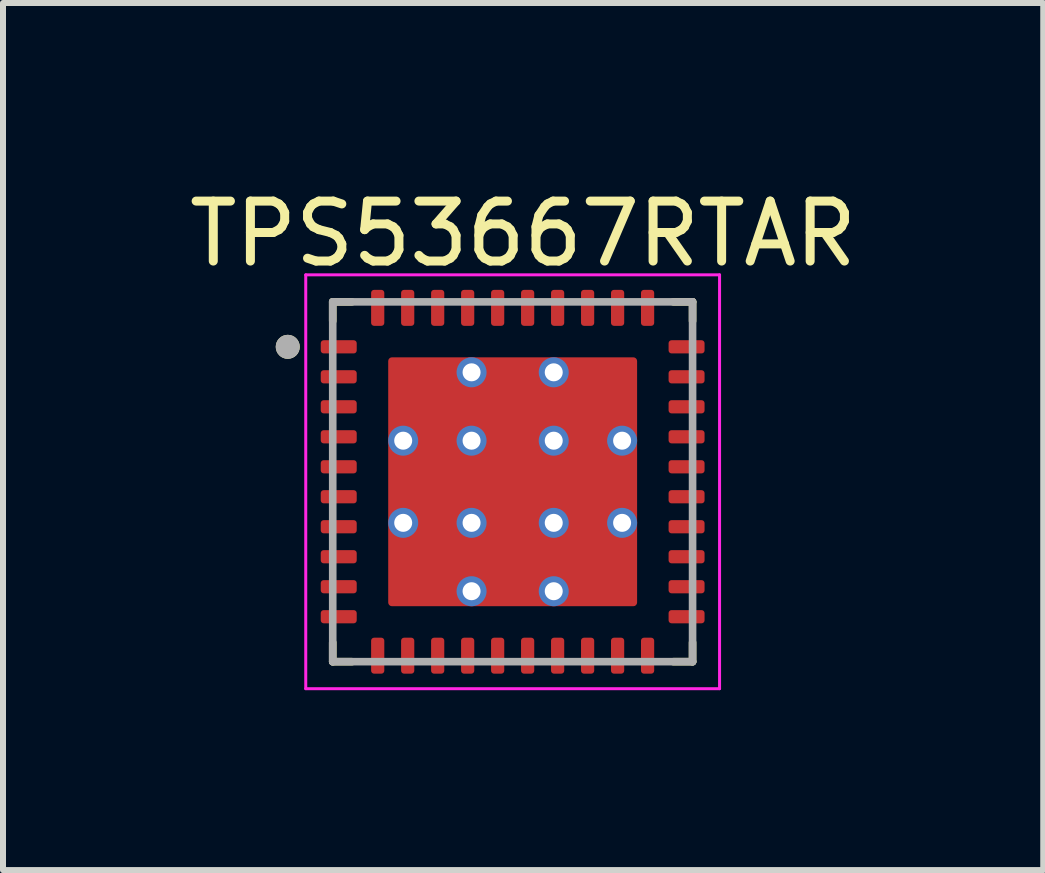
<source format=kicad_pcb>
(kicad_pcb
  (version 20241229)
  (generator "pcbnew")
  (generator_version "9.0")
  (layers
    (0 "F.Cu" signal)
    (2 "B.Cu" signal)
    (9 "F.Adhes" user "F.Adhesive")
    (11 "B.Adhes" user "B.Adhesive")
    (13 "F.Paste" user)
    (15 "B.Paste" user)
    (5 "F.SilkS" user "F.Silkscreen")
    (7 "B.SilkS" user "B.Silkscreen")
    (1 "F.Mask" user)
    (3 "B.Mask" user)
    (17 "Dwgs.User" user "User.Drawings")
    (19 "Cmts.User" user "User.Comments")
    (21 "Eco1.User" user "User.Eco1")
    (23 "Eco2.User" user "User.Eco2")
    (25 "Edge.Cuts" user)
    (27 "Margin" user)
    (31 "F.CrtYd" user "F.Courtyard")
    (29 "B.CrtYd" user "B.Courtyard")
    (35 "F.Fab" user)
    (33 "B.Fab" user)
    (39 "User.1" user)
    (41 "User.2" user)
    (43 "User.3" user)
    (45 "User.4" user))
  (footprint "TPS53667RTAR"
    (layer "F.Cu")
    (at 5.498 4.983)
    (property "Reference" "TPS53667RTAR" (at 0.175 -4.135 0) (layer "F.SilkS") (effects (font (size 1 1) (thickness 0.15))))
    (attr smd)
    (fp_poly (pts (xy -3.15 -2.41) (xy -2.65 -2.41) (xy -2.645 -2.41) (xy -2.64 -2.409) (xy -2.634 -2.409) (xy -2.629 -2.408) (xy -2.624 -2.407) (xy -2.619 -2.405) (xy -2.614 -2.403) (xy -2.609 -2.401) (xy -2.605 -2.399) (xy -2.6 -2.397) (xy -2.596 -2.394) (xy -2.591 -2.391) (xy -2.587 -2.388) (xy -2.583 -2.384) (xy -2.579 -2.381) (xy -2.576 -2.377) (xy -2.572 -2.373) (xy -2.569 -2.369) (xy -2.566 -2.364) (xy -2.563 -2.36) (xy -2.561 -2.355) (xy -2.559 -2.351) (xy -2.557 -2.346) (xy -2.555 -2.341) (xy -2.553 -2.336) (xy -2.552 -2.331) (xy -2.551 -2.326) (xy -2.551 -2.32) (xy -2.55 -2.315) (xy -2.55 -2.31) (xy -2.55 -2.19) (xy -2.55 -2.185) (xy -2.551 -2.18) (xy -2.551 -2.174) (xy -2.552 -2.169) (xy -2.553 -2.164) (xy -2.555 -2.159) (xy -2.557 -2.154) (xy -2.559 -2.149) (xy -2.561 -2.145) (xy -2.563 -2.14) (xy -2.566 -2.136) (xy -2.569 -2.131) (xy -2.572 -2.127) (xy -2.576 -2.123) (xy -2.579 -2.119) (xy -2.583 -2.116) (xy -2.587 -2.112) (xy -2.591 -2.109) (xy -2.596 -2.106) (xy -2.6 -2.103) (xy -2.605 -2.101) (xy -2.609 -2.099) (xy -2.614 -2.097) (xy -2.619 -2.095) (xy -2.624 -2.093) (xy -2.629 -2.092) (xy -2.634 -2.091) (xy -2.64 -2.091) (xy -2.645 -2.09) (xy -2.65 -2.09) (xy -3.15 -2.09) (xy -3.155 -2.09) (xy -3.16 -2.091) (xy -3.166 -2.091) (xy -3.171 -2.092) (xy -3.176 -2.093) (xy -3.181 -2.095) (xy -3.186 -2.097) (xy -3.191 -2.099) (xy -3.195 -2.101) (xy -3.2 -2.103) (xy -3.204 -2.106) (xy -3.209 -2.109) (xy -3.213 -2.112) (xy -3.217 -2.116) (xy -3.221 -2.119) (xy -3.224 -2.123) (xy -3.228 -2.127) (xy -3.231 -2.131) (xy -3.234 -2.136) (xy -3.237 -2.14) (xy -3.239 -2.145) (xy -3.241 -2.149) (xy -3.243 -2.154) (xy -3.245 -2.159) (xy -3.247 -2.164) (xy -3.248 -2.169) (xy -3.249 -2.174) (xy -3.249 -2.18) (xy -3.25 -2.185) (xy -3.25 -2.19) (xy -3.25 -2.31) (xy -3.25 -2.315) (xy -3.249 -2.32) (xy -3.249 -2.326) (xy -3.248 -2.331) (xy -3.247 -2.336) (xy -3.245 -2.341) (xy -3.243 -2.346) (xy -3.241 -2.351) (xy -3.239 -2.355) (xy -3.237 -2.36) (xy -3.234 -2.364) (xy -3.231 -2.369) (xy -3.228 -2.373) (xy -3.224 -2.377) (xy -3.221 -2.381) (xy -3.217 -2.384) (xy -3.213 -2.388) (xy -3.209 -2.391) (xy -3.204 -2.394) (xy -3.2 -2.397) (xy -3.195 -2.399) (xy -3.191 -2.401) (xy -3.186 -2.403) (xy -3.181 -2.405) (xy -3.176 -2.407) (xy -3.171 -2.408) (xy -3.166 -2.409) (xy -3.16 -2.409) (xy -3.155 -2.41) (xy -3.15 -2.41)) (stroke (width 0.01) (type solid)) (fill yes) (layer "F.Mask"))
    (fp_poly (pts (xy -3.15 -1.91) (xy -2.65 -1.91) (xy -2.645 -1.91) (xy -2.64 -1.909) (xy -2.634 -1.909) (xy -2.629 -1.908) (xy -2.624 -1.907) (xy -2.619 -1.905) (xy -2.614 -1.903) (xy -2.609 -1.901) (xy -2.605 -1.899) (xy -2.6 -1.897) (xy -2.596 -1.894) (xy -2.591 -1.891) (xy -2.587 -1.888) (xy -2.583 -1.884) (xy -2.579 -1.881) (xy -2.576 -1.877) (xy -2.572 -1.873) (xy -2.569 -1.869) (xy -2.566 -1.864) (xy -2.563 -1.86) (xy -2.561 -1.855) (xy -2.559 -1.851) (xy -2.557 -1.846) (xy -2.555 -1.841) (xy -2.553 -1.836) (xy -2.552 -1.831) (xy -2.551 -1.826) (xy -2.551 -1.82) (xy -2.55 -1.815) (xy -2.55 -1.81) (xy -2.55 -1.69) (xy -2.55 -1.685) (xy -2.551 -1.68) (xy -2.551 -1.674) (xy -2.552 -1.669) (xy -2.553 -1.664) (xy -2.555 -1.659) (xy -2.557 -1.654) (xy -2.559 -1.649) (xy -2.561 -1.645) (xy -2.563 -1.64) (xy -2.566 -1.636) (xy -2.569 -1.631) (xy -2.572 -1.627) (xy -2.576 -1.623) (xy -2.579 -1.619) (xy -2.583 -1.616) (xy -2.587 -1.612) (xy -2.591 -1.609) (xy -2.596 -1.606) (xy -2.6 -1.603) (xy -2.605 -1.601) (xy -2.609 -1.599) (xy -2.614 -1.597) (xy -2.619 -1.595) (xy -2.624 -1.593) (xy -2.629 -1.592) (xy -2.634 -1.591) (xy -2.64 -1.591) (xy -2.645 -1.59) (xy -2.65 -1.59) (xy -3.15 -1.59) (xy -3.155 -1.59) (xy -3.16 -1.591) (xy -3.166 -1.591) (xy -3.171 -1.592) (xy -3.176 -1.593) (xy -3.181 -1.595) (xy -3.186 -1.597) (xy -3.191 -1.599) (xy -3.195 -1.601) (xy -3.2 -1.603) (xy -3.204 -1.606) (xy -3.209 -1.609) (xy -3.213 -1.612) (xy -3.217 -1.616) (xy -3.221 -1.619) (xy -3.224 -1.623) (xy -3.228 -1.627) (xy -3.231 -1.631) (xy -3.234 -1.636) (xy -3.237 -1.64) (xy -3.239 -1.645) (xy -3.241 -1.649) (xy -3.243 -1.654) (xy -3.245 -1.659) (xy -3.247 -1.664) (xy -3.248 -1.669) (xy -3.249 -1.674) (xy -3.249 -1.68) (xy -3.25 -1.685) (xy -3.25 -1.69) (xy -3.25 -1.81) (xy -3.25 -1.815) (xy -3.249 -1.82) (xy -3.249 -1.826) (xy -3.248 -1.831) (xy -3.247 -1.836) (xy -3.245 -1.841) (xy -3.243 -1.846) (xy -3.241 -1.851) (xy -3.239 -1.855) (xy -3.237 -1.86) (xy -3.234 -1.864) (xy -3.231 -1.869) (xy -3.228 -1.873) (xy -3.224 -1.877) (xy -3.221 -1.881) (xy -3.217 -1.884) (xy -3.213 -1.888) (xy -3.209 -1.891) (xy -3.204 -1.894) (xy -3.2 -1.897) (xy -3.195 -1.899) (xy -3.191 -1.901) (xy -3.186 -1.903) (xy -3.181 -1.905) (xy -3.176 -1.907) (xy -3.171 -1.908) (xy -3.166 -1.909) (xy -3.16 -1.909) (xy -3.155 -1.91) (xy -3.15 -1.91)) (stroke (width 0.01) (type solid)) (fill yes) (layer "F.Mask"))
    (fp_poly (pts (xy -3.15 -1.41) (xy -2.65 -1.41) (xy -2.645 -1.41) (xy -2.64 -1.409) (xy -2.634 -1.409) (xy -2.629 -1.408) (xy -2.624 -1.407) (xy -2.619 -1.405) (xy -2.614 -1.403) (xy -2.609 -1.401) (xy -2.605 -1.399) (xy -2.6 -1.397) (xy -2.596 -1.394) (xy -2.591 -1.391) (xy -2.587 -1.388) (xy -2.583 -1.384) (xy -2.579 -1.381) (xy -2.576 -1.377) (xy -2.572 -1.373) (xy -2.569 -1.369) (xy -2.566 -1.364) (xy -2.563 -1.36) (xy -2.561 -1.355) (xy -2.559 -1.351) (xy -2.557 -1.346) (xy -2.555 -1.341) (xy -2.553 -1.336) (xy -2.552 -1.331) (xy -2.551 -1.326) (xy -2.551 -1.32) (xy -2.55 -1.315) (xy -2.55 -1.31) (xy -2.55 -1.19) (xy -2.55 -1.185) (xy -2.551 -1.18) (xy -2.551 -1.174) (xy -2.552 -1.169) (xy -2.553 -1.164) (xy -2.555 -1.159) (xy -2.557 -1.154) (xy -2.559 -1.149) (xy -2.561 -1.145) (xy -2.563 -1.14) (xy -2.566 -1.136) (xy -2.569 -1.131) (xy -2.572 -1.127) (xy -2.576 -1.123) (xy -2.579 -1.119) (xy -2.583 -1.116) (xy -2.587 -1.112) (xy -2.591 -1.109) (xy -2.596 -1.106) (xy -2.6 -1.103) (xy -2.605 -1.101) (xy -2.609 -1.099) (xy -2.614 -1.097) (xy -2.619 -1.095) (xy -2.624 -1.093) (xy -2.629 -1.092) (xy -2.634 -1.091) (xy -2.64 -1.091) (xy -2.645 -1.09) (xy -2.65 -1.09) (xy -3.15 -1.09) (xy -3.155 -1.09) (xy -3.16 -1.091) (xy -3.166 -1.091) (xy -3.171 -1.092) (xy -3.176 -1.093) (xy -3.181 -1.095) (xy -3.186 -1.097) (xy -3.191 -1.099) (xy -3.195 -1.101) (xy -3.2 -1.103) (xy -3.204 -1.106) (xy -3.209 -1.109) (xy -3.213 -1.112) (xy -3.217 -1.116) (xy -3.221 -1.119) (xy -3.224 -1.123) (xy -3.228 -1.127) (xy -3.231 -1.131) (xy -3.234 -1.136) (xy -3.237 -1.14) (xy -3.239 -1.145) (xy -3.241 -1.149) (xy -3.243 -1.154) (xy -3.245 -1.159) (xy -3.247 -1.164) (xy -3.248 -1.169) (xy -3.249 -1.174) (xy -3.249 -1.18) (xy -3.25 -1.185) (xy -3.25 -1.19) (xy -3.25 -1.31) (xy -3.25 -1.315) (xy -3.249 -1.32) (xy -3.249 -1.326) (xy -3.248 -1.331) (xy -3.247 -1.336) (xy -3.245 -1.341) (xy -3.243 -1.346) (xy -3.241 -1.351) (xy -3.239 -1.355) (xy -3.237 -1.36) (xy -3.234 -1.364) (xy -3.231 -1.369) (xy -3.228 -1.373) (xy -3.224 -1.377) (xy -3.221 -1.381) (xy -3.217 -1.384) (xy -3.213 -1.388) (xy -3.209 -1.391) (xy -3.204 -1.394) (xy -3.2 -1.397) (xy -3.195 -1.399) (xy -3.191 -1.401) (xy -3.186 -1.403) (xy -3.181 -1.405) (xy -3.176 -1.407) (xy -3.171 -1.408) (xy -3.166 -1.409) (xy -3.16 -1.409) (xy -3.155 -1.41) (xy -3.15 -1.41)) (stroke (width 0.01) (type solid)) (fill yes) (layer "F.Mask"))
    (fp_poly (pts (xy -3.15 -0.91) (xy -2.65 -0.91) (xy -2.645 -0.91) (xy -2.64 -0.909) (xy -2.634 -0.909) (xy -2.629 -0.908) (xy -2.624 -0.907) (xy -2.619 -0.905) (xy -2.614 -0.903) (xy -2.609 -0.901) (xy -2.605 -0.899) (xy -2.6 -0.897) (xy -2.596 -0.894) (xy -2.591 -0.891) (xy -2.587 -0.888) (xy -2.583 -0.884) (xy -2.579 -0.881) (xy -2.576 -0.877) (xy -2.572 -0.873) (xy -2.569 -0.869) (xy -2.566 -0.864) (xy -2.563 -0.86) (xy -2.561 -0.855) (xy -2.559 -0.851) (xy -2.557 -0.846) (xy -2.555 -0.841) (xy -2.553 -0.836) (xy -2.552 -0.831) (xy -2.551 -0.826) (xy -2.551 -0.82) (xy -2.55 -0.815) (xy -2.55 -0.81) (xy -2.55 -0.69) (xy -2.55 -0.685) (xy -2.551 -0.68) (xy -2.551 -0.674) (xy -2.552 -0.669) (xy -2.553 -0.664) (xy -2.555 -0.659) (xy -2.557 -0.654) (xy -2.559 -0.649) (xy -2.561 -0.645) (xy -2.563 -0.64) (xy -2.566 -0.636) (xy -2.569 -0.631) (xy -2.572 -0.627) (xy -2.576 -0.623) (xy -2.579 -0.619) (xy -2.583 -0.616) (xy -2.587 -0.612) (xy -2.591 -0.609) (xy -2.596 -0.606) (xy -2.6 -0.603) (xy -2.605 -0.601) (xy -2.609 -0.599) (xy -2.614 -0.597) (xy -2.619 -0.595) (xy -2.624 -0.593) (xy -2.629 -0.592) (xy -2.634 -0.591) (xy -2.64 -0.591) (xy -2.645 -0.59) (xy -2.65 -0.59) (xy -3.15 -0.59) (xy -3.155 -0.59) (xy -3.16 -0.591) (xy -3.166 -0.591) (xy -3.171 -0.592) (xy -3.176 -0.593) (xy -3.181 -0.595) (xy -3.186 -0.597) (xy -3.191 -0.599) (xy -3.195 -0.601) (xy -3.2 -0.603) (xy -3.204 -0.606) (xy -3.209 -0.609) (xy -3.213 -0.612) (xy -3.217 -0.616) (xy -3.221 -0.619) (xy -3.224 -0.623) (xy -3.228 -0.627) (xy -3.231 -0.631) (xy -3.234 -0.636) (xy -3.237 -0.64) (xy -3.239 -0.645) (xy -3.241 -0.649) (xy -3.243 -0.654) (xy -3.245 -0.659) (xy -3.247 -0.664) (xy -3.248 -0.669) (xy -3.249 -0.674) (xy -3.249 -0.68) (xy -3.25 -0.685) (xy -3.25 -0.69) (xy -3.25 -0.81) (xy -3.25 -0.815) (xy -3.249 -0.82) (xy -3.249 -0.826) (xy -3.248 -0.831) (xy -3.247 -0.836) (xy -3.245 -0.841) (xy -3.243 -0.846) (xy -3.241 -0.851) (xy -3.239 -0.855) (xy -3.237 -0.86) (xy -3.234 -0.864) (xy -3.231 -0.869) (xy -3.228 -0.873) (xy -3.224 -0.877) (xy -3.221 -0.881) (xy -3.217 -0.884) (xy -3.213 -0.888) (xy -3.209 -0.891) (xy -3.204 -0.894) (xy -3.2 -0.897) (xy -3.195 -0.899) (xy -3.191 -0.901) (xy -3.186 -0.903) (xy -3.181 -0.905) (xy -3.176 -0.907) (xy -3.171 -0.908) (xy -3.166 -0.909) (xy -3.16 -0.909) (xy -3.155 -0.91) (xy -3.15 -0.91)) (stroke (width 0.01) (type solid)) (fill yes) (layer "F.Mask"))
    (fp_poly (pts (xy -3.15 -0.41) (xy -2.65 -0.41) (xy -2.645 -0.41) (xy -2.64 -0.409) (xy -2.634 -0.409) (xy -2.629 -0.408) (xy -2.624 -0.407) (xy -2.619 -0.405) (xy -2.614 -0.403) (xy -2.609 -0.401) (xy -2.605 -0.399) (xy -2.6 -0.397) (xy -2.596 -0.394) (xy -2.591 -0.391) (xy -2.587 -0.388) (xy -2.583 -0.384) (xy -2.579 -0.381) (xy -2.576 -0.377) (xy -2.572 -0.373) (xy -2.569 -0.369) (xy -2.566 -0.364) (xy -2.563 -0.36) (xy -2.561 -0.355) (xy -2.559 -0.351) (xy -2.557 -0.346) (xy -2.555 -0.341) (xy -2.553 -0.336) (xy -2.552 -0.331) (xy -2.551 -0.326) (xy -2.551 -0.32) (xy -2.55 -0.315) (xy -2.55 -0.31) (xy -2.55 -0.19) (xy -2.55 -0.185) (xy -2.551 -0.18) (xy -2.551 -0.174) (xy -2.552 -0.169) (xy -2.553 -0.164) (xy -2.555 -0.159) (xy -2.557 -0.154) (xy -2.559 -0.149) (xy -2.561 -0.145) (xy -2.563 -0.14) (xy -2.566 -0.136) (xy -2.569 -0.131) (xy -2.572 -0.127) (xy -2.576 -0.123) (xy -2.579 -0.119) (xy -2.583 -0.116) (xy -2.587 -0.112) (xy -2.591 -0.109) (xy -2.596 -0.106) (xy -2.6 -0.103) (xy -2.605 -0.101) (xy -2.609 -0.099) (xy -2.614 -0.097) (xy -2.619 -0.095) (xy -2.624 -0.093) (xy -2.629 -0.092) (xy -2.634 -0.091) (xy -2.64 -0.091) (xy -2.645 -0.09) (xy -2.65 -0.09) (xy -3.15 -0.09) (xy -3.155 -0.09) (xy -3.16 -0.091) (xy -3.166 -0.091) (xy -3.171 -0.092) (xy -3.176 -0.093) (xy -3.181 -0.095) (xy -3.186 -0.097) (xy -3.191 -0.099) (xy -3.195 -0.101) (xy -3.2 -0.103) (xy -3.204 -0.106) (xy -3.209 -0.109) (xy -3.213 -0.112) (xy -3.217 -0.116) (xy -3.221 -0.119) (xy -3.224 -0.123) (xy -3.228 -0.127) (xy -3.231 -0.131) (xy -3.234 -0.136) (xy -3.237 -0.14) (xy -3.239 -0.145) (xy -3.241 -0.149) (xy -3.243 -0.154) (xy -3.245 -0.159) (xy -3.247 -0.164) (xy -3.248 -0.169) (xy -3.249 -0.174) (xy -3.249 -0.18) (xy -3.25 -0.185) (xy -3.25 -0.19) (xy -3.25 -0.31) (xy -3.25 -0.315) (xy -3.249 -0.32) (xy -3.249 -0.326) (xy -3.248 -0.331) (xy -3.247 -0.336) (xy -3.245 -0.341) (xy -3.243 -0.346) (xy -3.241 -0.351) (xy -3.239 -0.355) (xy -3.237 -0.36) (xy -3.234 -0.364) (xy -3.231 -0.369) (xy -3.228 -0.373) (xy -3.224 -0.377) (xy -3.221 -0.381) (xy -3.217 -0.384) (xy -3.213 -0.388) (xy -3.209 -0.391) (xy -3.204 -0.394) (xy -3.2 -0.397) (xy -3.195 -0.399) (xy -3.191 -0.401) (xy -3.186 -0.403) (xy -3.181 -0.405) (xy -3.176 -0.407) (xy -3.171 -0.408) (xy -3.166 -0.409) (xy -3.16 -0.409) (xy -3.155 -0.41) (xy -3.15 -0.41)) (stroke (width 0.01) (type solid)) (fill yes) (layer "F.Mask"))
    (fp_poly (pts (xy -3.15 0.09) (xy -2.65 0.09) (xy -2.645 0.09) (xy -2.64 0.091) (xy -2.634 0.091) (xy -2.629 0.092) (xy -2.624 0.093) (xy -2.619 0.095) (xy -2.614 0.097) (xy -2.609 0.099) (xy -2.605 0.101) (xy -2.6 0.103) (xy -2.596 0.106) (xy -2.591 0.109) (xy -2.587 0.112) (xy -2.583 0.116) (xy -2.579 0.119) (xy -2.576 0.123) (xy -2.572 0.127) (xy -2.569 0.131) (xy -2.566 0.136) (xy -2.563 0.14) (xy -2.561 0.145) (xy -2.559 0.149) (xy -2.557 0.154) (xy -2.555 0.159) (xy -2.553 0.164) (xy -2.552 0.169) (xy -2.551 0.174) (xy -2.551 0.18) (xy -2.55 0.185) (xy -2.55 0.19) (xy -2.55 0.31) (xy -2.55 0.315) (xy -2.551 0.32) (xy -2.551 0.326) (xy -2.552 0.331) (xy -2.553 0.336) (xy -2.555 0.341) (xy -2.557 0.346) (xy -2.559 0.351) (xy -2.561 0.355) (xy -2.563 0.36) (xy -2.566 0.364) (xy -2.569 0.369) (xy -2.572 0.373) (xy -2.576 0.377) (xy -2.579 0.381) (xy -2.583 0.384) (xy -2.587 0.388) (xy -2.591 0.391) (xy -2.596 0.394) (xy -2.6 0.397) (xy -2.605 0.399) (xy -2.609 0.401) (xy -2.614 0.403) (xy -2.619 0.405) (xy -2.624 0.407) (xy -2.629 0.408) (xy -2.634 0.409) (xy -2.64 0.409) (xy -2.645 0.41) (xy -2.65 0.41) (xy -3.15 0.41) (xy -3.155 0.41) (xy -3.16 0.409) (xy -3.166 0.409) (xy -3.171 0.408) (xy -3.176 0.407) (xy -3.181 0.405) (xy -3.186 0.403) (xy -3.191 0.401) (xy -3.195 0.399) (xy -3.2 0.397) (xy -3.204 0.394) (xy -3.209 0.391) (xy -3.213 0.388) (xy -3.217 0.384) (xy -3.221 0.381) (xy -3.224 0.377) (xy -3.228 0.373) (xy -3.231 0.369) (xy -3.234 0.364) (xy -3.237 0.36) (xy -3.239 0.355) (xy -3.241 0.351) (xy -3.243 0.346) (xy -3.245 0.341) (xy -3.247 0.336) (xy -3.248 0.331) (xy -3.249 0.326) (xy -3.249 0.32) (xy -3.25 0.315) (xy -3.25 0.31) (xy -3.25 0.19) (xy -3.25 0.185) (xy -3.249 0.18) (xy -3.249 0.174) (xy -3.248 0.169) (xy -3.247 0.164) (xy -3.245 0.159) (xy -3.243 0.154) (xy -3.241 0.149) (xy -3.239 0.145) (xy -3.237 0.14) (xy -3.234 0.136) (xy -3.231 0.131) (xy -3.228 0.127) (xy -3.224 0.123) (xy -3.221 0.119) (xy -3.217 0.116) (xy -3.213 0.112) (xy -3.209 0.109) (xy -3.204 0.106) (xy -3.2 0.103) (xy -3.195 0.101) (xy -3.191 0.099) (xy -3.186 0.097) (xy -3.181 0.095) (xy -3.176 0.093) (xy -3.171 0.092) (xy -3.166 0.091) (xy -3.16 0.091) (xy -3.155 0.09) (xy -3.15 0.09)) (stroke (width 0.01) (type solid)) (fill yes) (layer "F.Mask"))
    (fp_poly (pts (xy -3.15 0.59) (xy -2.65 0.59) (xy -2.645 0.59) (xy -2.64 0.591) (xy -2.634 0.591) (xy -2.629 0.592) (xy -2.624 0.593) (xy -2.619 0.595) (xy -2.614 0.597) (xy -2.609 0.599) (xy -2.605 0.601) (xy -2.6 0.603) (xy -2.596 0.606) (xy -2.591 0.609) (xy -2.587 0.612) (xy -2.583 0.616) (xy -2.579 0.619) (xy -2.576 0.623) (xy -2.572 0.627) (xy -2.569 0.631) (xy -2.566 0.636) (xy -2.563 0.64) (xy -2.561 0.645) (xy -2.559 0.649) (xy -2.557 0.654) (xy -2.555 0.659) (xy -2.553 0.664) (xy -2.552 0.669) (xy -2.551 0.674) (xy -2.551 0.68) (xy -2.55 0.685) (xy -2.55 0.69) (xy -2.55 0.81) (xy -2.55 0.815) (xy -2.551 0.82) (xy -2.551 0.826) (xy -2.552 0.831) (xy -2.553 0.836) (xy -2.555 0.841) (xy -2.557 0.846) (xy -2.559 0.851) (xy -2.561 0.855) (xy -2.563 0.86) (xy -2.566 0.864) (xy -2.569 0.869) (xy -2.572 0.873) (xy -2.576 0.877) (xy -2.579 0.881) (xy -2.583 0.884) (xy -2.587 0.888) (xy -2.591 0.891) (xy -2.596 0.894) (xy -2.6 0.897) (xy -2.605 0.899) (xy -2.609 0.901) (xy -2.614 0.903) (xy -2.619 0.905) (xy -2.624 0.907) (xy -2.629 0.908) (xy -2.634 0.909) (xy -2.64 0.909) (xy -2.645 0.91) (xy -2.65 0.91) (xy -3.15 0.91) (xy -3.155 0.91) (xy -3.16 0.909) (xy -3.166 0.909) (xy -3.171 0.908) (xy -3.176 0.907) (xy -3.181 0.905) (xy -3.186 0.903) (xy -3.191 0.901) (xy -3.195 0.899) (xy -3.2 0.897) (xy -3.204 0.894) (xy -3.209 0.891) (xy -3.213 0.888) (xy -3.217 0.884) (xy -3.221 0.881) (xy -3.224 0.877) (xy -3.228 0.873) (xy -3.231 0.869) (xy -3.234 0.864) (xy -3.237 0.86) (xy -3.239 0.855) (xy -3.241 0.851) (xy -3.243 0.846) (xy -3.245 0.841) (xy -3.247 0.836) (xy -3.248 0.831) (xy -3.249 0.826) (xy -3.249 0.82) (xy -3.25 0.815) (xy -3.25 0.81) (xy -3.25 0.69) (xy -3.25 0.685) (xy -3.249 0.68) (xy -3.249 0.674) (xy -3.248 0.669) (xy -3.247 0.664) (xy -3.245 0.659) (xy -3.243 0.654) (xy -3.241 0.649) (xy -3.239 0.645) (xy -3.237 0.64) (xy -3.234 0.636) (xy -3.231 0.631) (xy -3.228 0.627) (xy -3.224 0.623) (xy -3.221 0.619) (xy -3.217 0.616) (xy -3.213 0.612) (xy -3.209 0.609) (xy -3.204 0.606) (xy -3.2 0.603) (xy -3.195 0.601) (xy -3.191 0.599) (xy -3.186 0.597) (xy -3.181 0.595) (xy -3.176 0.593) (xy -3.171 0.592) (xy -3.166 0.591) (xy -3.16 0.591) (xy -3.155 0.59) (xy -3.15 0.59)) (stroke (width 0.01) (type solid)) (fill yes) (layer "F.Mask"))
    (fp_poly (pts (xy -3.15 1.09) (xy -2.65 1.09) (xy -2.645 1.09) (xy -2.64 1.091) (xy -2.634 1.091) (xy -2.629 1.092) (xy -2.624 1.093) (xy -2.619 1.095) (xy -2.614 1.097) (xy -2.609 1.099) (xy -2.605 1.101) (xy -2.6 1.103) (xy -2.596 1.106) (xy -2.591 1.109) (xy -2.587 1.112) (xy -2.583 1.116) (xy -2.579 1.119) (xy -2.576 1.123) (xy -2.572 1.127) (xy -2.569 1.131) (xy -2.566 1.136) (xy -2.563 1.14) (xy -2.561 1.145) (xy -2.559 1.149) (xy -2.557 1.154) (xy -2.555 1.159) (xy -2.553 1.164) (xy -2.552 1.169) (xy -2.551 1.174) (xy -2.551 1.18) (xy -2.55 1.185) (xy -2.55 1.19) (xy -2.55 1.31) (xy -2.55 1.315) (xy -2.551 1.32) (xy -2.551 1.326) (xy -2.552 1.331) (xy -2.553 1.336) (xy -2.555 1.341) (xy -2.557 1.346) (xy -2.559 1.351) (xy -2.561 1.355) (xy -2.563 1.36) (xy -2.566 1.364) (xy -2.569 1.369) (xy -2.572 1.373) (xy -2.576 1.377) (xy -2.579 1.381) (xy -2.583 1.384) (xy -2.587 1.388) (xy -2.591 1.391) (xy -2.596 1.394) (xy -2.6 1.397) (xy -2.605 1.399) (xy -2.609 1.401) (xy -2.614 1.403) (xy -2.619 1.405) (xy -2.624 1.407) (xy -2.629 1.408) (xy -2.634 1.409) (xy -2.64 1.409) (xy -2.645 1.41) (xy -2.65 1.41) (xy -3.15 1.41) (xy -3.155 1.41) (xy -3.16 1.409) (xy -3.166 1.409) (xy -3.171 1.408) (xy -3.176 1.407) (xy -3.181 1.405) (xy -3.186 1.403) (xy -3.191 1.401) (xy -3.195 1.399) (xy -3.2 1.397) (xy -3.204 1.394) (xy -3.209 1.391) (xy -3.213 1.388) (xy -3.217 1.384) (xy -3.221 1.381) (xy -3.224 1.377) (xy -3.228 1.373) (xy -3.231 1.369) (xy -3.234 1.364) (xy -3.237 1.36) (xy -3.239 1.355) (xy -3.241 1.351) (xy -3.243 1.346) (xy -3.245 1.341) (xy -3.247 1.336) (xy -3.248 1.331) (xy -3.249 1.326) (xy -3.249 1.32) (xy -3.25 1.315) (xy -3.25 1.31) (xy -3.25 1.19) (xy -3.25 1.185) (xy -3.249 1.18) (xy -3.249 1.174) (xy -3.248 1.169) (xy -3.247 1.164) (xy -3.245 1.159) (xy -3.243 1.154) (xy -3.241 1.149) (xy -3.239 1.145) (xy -3.237 1.14) (xy -3.234 1.136) (xy -3.231 1.131) (xy -3.228 1.127) (xy -3.224 1.123) (xy -3.221 1.119) (xy -3.217 1.116) (xy -3.213 1.112) (xy -3.209 1.109) (xy -3.204 1.106) (xy -3.2 1.103) (xy -3.195 1.101) (xy -3.191 1.099) (xy -3.186 1.097) (xy -3.181 1.095) (xy -3.176 1.093) (xy -3.171 1.092) (xy -3.166 1.091) (xy -3.16 1.091) (xy -3.155 1.09) (xy -3.15 1.09)) (stroke (width 0.01) (type solid)) (fill yes) (layer "F.Mask"))
    (fp_poly (pts (xy -3.15 1.59) (xy -2.65 1.59) (xy -2.645 1.59) (xy -2.64 1.591) (xy -2.634 1.591) (xy -2.629 1.592) (xy -2.624 1.593) (xy -2.619 1.595) (xy -2.614 1.597) (xy -2.609 1.599) (xy -2.605 1.601) (xy -2.6 1.603) (xy -2.596 1.606) (xy -2.591 1.609) (xy -2.587 1.612) (xy -2.583 1.616) (xy -2.579 1.619) (xy -2.576 1.623) (xy -2.572 1.627) (xy -2.569 1.631) (xy -2.566 1.636) (xy -2.563 1.64) (xy -2.561 1.645) (xy -2.559 1.649) (xy -2.557 1.654) (xy -2.555 1.659) (xy -2.553 1.664) (xy -2.552 1.669) (xy -2.551 1.674) (xy -2.551 1.68) (xy -2.55 1.685) (xy -2.55 1.69) (xy -2.55 1.81) (xy -2.55 1.815) (xy -2.551 1.82) (xy -2.551 1.826) (xy -2.552 1.831) (xy -2.553 1.836) (xy -2.555 1.841) (xy -2.557 1.846) (xy -2.559 1.851) (xy -2.561 1.855) (xy -2.563 1.86) (xy -2.566 1.864) (xy -2.569 1.869) (xy -2.572 1.873) (xy -2.576 1.877) (xy -2.579 1.881) (xy -2.583 1.884) (xy -2.587 1.888) (xy -2.591 1.891) (xy -2.596 1.894) (xy -2.6 1.897) (xy -2.605 1.899) (xy -2.609 1.901) (xy -2.614 1.903) (xy -2.619 1.905) (xy -2.624 1.907) (xy -2.629 1.908) (xy -2.634 1.909) (xy -2.64 1.909) (xy -2.645 1.91) (xy -2.65 1.91) (xy -3.15 1.91) (xy -3.155 1.91) (xy -3.16 1.909) (xy -3.166 1.909) (xy -3.171 1.908) (xy -3.176 1.907) (xy -3.181 1.905) (xy -3.186 1.903) (xy -3.191 1.901) (xy -3.195 1.899) (xy -3.2 1.897) (xy -3.204 1.894) (xy -3.209 1.891) (xy -3.213 1.888) (xy -3.217 1.884) (xy -3.221 1.881) (xy -3.224 1.877) (xy -3.228 1.873) (xy -3.231 1.869) (xy -3.234 1.864) (xy -3.237 1.86) (xy -3.239 1.855) (xy -3.241 1.851) (xy -3.243 1.846) (xy -3.245 1.841) (xy -3.247 1.836) (xy -3.248 1.831) (xy -3.249 1.826) (xy -3.249 1.82) (xy -3.25 1.815) (xy -3.25 1.81) (xy -3.25 1.69) (xy -3.25 1.685) (xy -3.249 1.68) (xy -3.249 1.674) (xy -3.248 1.669) (xy -3.247 1.664) (xy -3.245 1.659) (xy -3.243 1.654) (xy -3.241 1.649) (xy -3.239 1.645) (xy -3.237 1.64) (xy -3.234 1.636) (xy -3.231 1.631) (xy -3.228 1.627) (xy -3.224 1.623) (xy -3.221 1.619) (xy -3.217 1.616) (xy -3.213 1.612) (xy -3.209 1.609) (xy -3.204 1.606) (xy -3.2 1.603) (xy -3.195 1.601) (xy -3.191 1.599) (xy -3.186 1.597) (xy -3.181 1.595) (xy -3.176 1.593) (xy -3.171 1.592) (xy -3.166 1.591) (xy -3.16 1.591) (xy -3.155 1.59) (xy -3.15 1.59)) (stroke (width 0.01) (type solid)) (fill yes) (layer "F.Mask"))
    (fp_poly (pts (xy -3.15 2.09) (xy -2.65 2.09) (xy -2.645 2.09) (xy -2.64 2.091) (xy -2.634 2.091) (xy -2.629 2.092) (xy -2.624 2.093) (xy -2.619 2.095) (xy -2.614 2.097) (xy -2.609 2.099) (xy -2.605 2.101) (xy -2.6 2.103) (xy -2.596 2.106) (xy -2.591 2.109) (xy -2.587 2.112) (xy -2.583 2.116) (xy -2.579 2.119) (xy -2.576 2.123) (xy -2.572 2.127) (xy -2.569 2.131) (xy -2.566 2.136) (xy -2.563 2.14) (xy -2.561 2.145) (xy -2.559 2.149) (xy -2.557 2.154) (xy -2.555 2.159) (xy -2.553 2.164) (xy -2.552 2.169) (xy -2.551 2.174) (xy -2.551 2.18) (xy -2.55 2.185) (xy -2.55 2.19) (xy -2.55 2.31) (xy -2.55 2.315) (xy -2.551 2.32) (xy -2.551 2.326) (xy -2.552 2.331) (xy -2.553 2.336) (xy -2.555 2.341) (xy -2.557 2.346) (xy -2.559 2.351) (xy -2.561 2.355) (xy -2.563 2.36) (xy -2.566 2.364) (xy -2.569 2.369) (xy -2.572 2.373) (xy -2.576 2.377) (xy -2.579 2.381) (xy -2.583 2.384) (xy -2.587 2.388) (xy -2.591 2.391) (xy -2.596 2.394) (xy -2.6 2.397) (xy -2.605 2.399) (xy -2.609 2.401) (xy -2.614 2.403) (xy -2.619 2.405) (xy -2.624 2.407) (xy -2.629 2.408) (xy -2.634 2.409) (xy -2.64 2.409) (xy -2.645 2.41) (xy -2.65 2.41) (xy -3.15 2.41) (xy -3.155 2.41) (xy -3.16 2.409) (xy -3.166 2.409) (xy -3.171 2.408) (xy -3.176 2.407) (xy -3.181 2.405) (xy -3.186 2.403) (xy -3.191 2.401) (xy -3.195 2.399) (xy -3.2 2.397) (xy -3.204 2.394) (xy -3.209 2.391) (xy -3.213 2.388) (xy -3.217 2.384) (xy -3.221 2.381) (xy -3.224 2.377) (xy -3.228 2.373) (xy -3.231 2.369) (xy -3.234 2.364) (xy -3.237 2.36) (xy -3.239 2.355) (xy -3.241 2.351) (xy -3.243 2.346) (xy -3.245 2.341) (xy -3.247 2.336) (xy -3.248 2.331) (xy -3.249 2.326) (xy -3.249 2.32) (xy -3.25 2.315) (xy -3.25 2.31) (xy -3.25 2.19) (xy -3.25 2.185) (xy -3.249 2.18) (xy -3.249 2.174) (xy -3.248 2.169) (xy -3.247 2.164) (xy -3.245 2.159) (xy -3.243 2.154) (xy -3.241 2.149) (xy -3.239 2.145) (xy -3.237 2.14) (xy -3.234 2.136) (xy -3.231 2.131) (xy -3.228 2.127) (xy -3.224 2.123) (xy -3.221 2.119) (xy -3.217 2.116) (xy -3.213 2.112) (xy -3.209 2.109) (xy -3.204 2.106) (xy -3.2 2.103) (xy -3.195 2.101) (xy -3.191 2.099) (xy -3.186 2.097) (xy -3.181 2.095) (xy -3.176 2.093) (xy -3.171 2.092) (xy -3.166 2.091) (xy -3.16 2.091) (xy -3.155 2.09) (xy -3.15 2.09)) (stroke (width 0.01) (type solid)) (fill yes) (layer "F.Mask"))
    (fp_poly (pts (xy -2.41 3.15) (xy -2.41 2.65) (xy -2.41 2.645) (xy -2.409 2.64) (xy -2.409 2.634) (xy -2.408 2.629) (xy -2.407 2.624) (xy -2.405 2.619) (xy -2.403 2.614) (xy -2.401 2.609) (xy -2.399 2.605) (xy -2.397 2.6) (xy -2.394 2.596) (xy -2.391 2.591) (xy -2.388 2.587) (xy -2.384 2.583) (xy -2.381 2.579) (xy -2.377 2.576) (xy -2.373 2.572) (xy -2.369 2.569) (xy -2.364 2.566) (xy -2.36 2.563) (xy -2.355 2.561) (xy -2.351 2.559) (xy -2.346 2.557) (xy -2.341 2.555) (xy -2.336 2.553) (xy -2.331 2.552) (xy -2.326 2.551) (xy -2.32 2.551) (xy -2.315 2.55) (xy -2.31 2.55) (xy -2.19 2.55) (xy -2.185 2.55) (xy -2.18 2.551) (xy -2.174 2.551) (xy -2.169 2.552) (xy -2.164 2.553) (xy -2.159 2.555) (xy -2.154 2.557) (xy -2.149 2.559) (xy -2.145 2.561) (xy -2.14 2.563) (xy -2.136 2.566) (xy -2.131 2.569) (xy -2.127 2.572) (xy -2.123 2.576) (xy -2.119 2.579) (xy -2.116 2.583) (xy -2.112 2.587) (xy -2.109 2.591) (xy -2.106 2.596) (xy -2.103 2.6) (xy -2.101 2.605) (xy -2.099 2.609) (xy -2.097 2.614) (xy -2.095 2.619) (xy -2.093 2.624) (xy -2.092 2.629) (xy -2.091 2.634) (xy -2.091 2.64) (xy -2.09 2.645) (xy -2.09 2.65) (xy -2.09 3.15) (xy -2.09 3.155) (xy -2.091 3.16) (xy -2.091 3.166) (xy -2.092 3.171) (xy -2.093 3.176) (xy -2.095 3.181) (xy -2.097 3.186) (xy -2.099 3.191) (xy -2.101 3.195) (xy -2.103 3.2) (xy -2.106 3.204) (xy -2.109 3.209) (xy -2.112 3.213) (xy -2.116 3.217) (xy -2.119 3.221) (xy -2.123 3.224) (xy -2.127 3.228) (xy -2.131 3.231) (xy -2.136 3.234) (xy -2.14 3.237) (xy -2.145 3.239) (xy -2.149 3.241) (xy -2.154 3.243) (xy -2.159 3.245) (xy -2.164 3.247) (xy -2.169 3.248) (xy -2.174 3.249) (xy -2.18 3.249) (xy -2.185 3.25) (xy -2.19 3.25) (xy -2.31 3.25) (xy -2.315 3.25) (xy -2.32 3.249) (xy -2.326 3.249) (xy -2.331 3.248) (xy -2.336 3.247) (xy -2.341 3.245) (xy -2.346 3.243) (xy -2.351 3.241) (xy -2.355 3.239) (xy -2.36 3.237) (xy -2.364 3.234) (xy -2.369 3.231) (xy -2.373 3.228) (xy -2.377 3.224) (xy -2.381 3.221) (xy -2.384 3.217) (xy -2.388 3.213) (xy -2.391 3.209) (xy -2.394 3.204) (xy -2.397 3.2) (xy -2.399 3.195) (xy -2.401 3.191) (xy -2.403 3.186) (xy -2.405 3.181) (xy -2.407 3.176) (xy -2.408 3.171) (xy -2.409 3.166) (xy -2.409 3.16) (xy -2.41 3.155) (xy -2.41 3.15)) (stroke (width 0.01) (type solid)) (fill yes) (layer "F.Mask"))
    (fp_poly (pts (xy -2.09 -3.15) (xy -2.09 -2.65) (xy -2.09 -2.645) (xy -2.091 -2.64) (xy -2.091 -2.634) (xy -2.092 -2.629) (xy -2.093 -2.624) (xy -2.095 -2.619) (xy -2.097 -2.614) (xy -2.099 -2.609) (xy -2.101 -2.605) (xy -2.103 -2.6) (xy -2.106 -2.596) (xy -2.109 -2.591) (xy -2.112 -2.587) (xy -2.116 -2.583) (xy -2.119 -2.579) (xy -2.123 -2.576) (xy -2.127 -2.572) (xy -2.131 -2.569) (xy -2.136 -2.566) (xy -2.14 -2.563) (xy -2.145 -2.561) (xy -2.149 -2.559) (xy -2.154 -2.557) (xy -2.159 -2.555) (xy -2.164 -2.553) (xy -2.169 -2.552) (xy -2.174 -2.551) (xy -2.18 -2.551) (xy -2.185 -2.55) (xy -2.19 -2.55) (xy -2.31 -2.55) (xy -2.315 -2.55) (xy -2.32 -2.551) (xy -2.326 -2.551) (xy -2.331 -2.552) (xy -2.336 -2.553) (xy -2.341 -2.555) (xy -2.346 -2.557) (xy -2.351 -2.559) (xy -2.355 -2.561) (xy -2.36 -2.563) (xy -2.364 -2.566) (xy -2.369 -2.569) (xy -2.373 -2.572) (xy -2.377 -2.576) (xy -2.381 -2.579) (xy -2.384 -2.583) (xy -2.388 -2.587) (xy -2.391 -2.591) (xy -2.394 -2.596) (xy -2.397 -2.6) (xy -2.399 -2.605) (xy -2.401 -2.609) (xy -2.403 -2.614) (xy -2.405 -2.619) (xy -2.407 -2.624) (xy -2.408 -2.629) (xy -2.409 -2.634) (xy -2.409 -2.64) (xy -2.41 -2.645) (xy -2.41 -2.65) (xy -2.41 -3.15) (xy -2.41 -3.155) (xy -2.409 -3.16) (xy -2.409 -3.166) (xy -2.408 -3.171) (xy -2.407 -3.176) (xy -2.405 -3.181) (xy -2.403 -3.186) (xy -2.401 -3.191) (xy -2.399 -3.195) (xy -2.397 -3.2) (xy -2.394 -3.204) (xy -2.391 -3.209) (xy -2.388 -3.213) (xy -2.384 -3.217) (xy -2.381 -3.221) (xy -2.377 -3.224) (xy -2.373 -3.228) (xy -2.369 -3.231) (xy -2.364 -3.234) (xy -2.36 -3.237) (xy -2.355 -3.239) (xy -2.351 -3.241) (xy -2.346 -3.243) (xy -2.341 -3.245) (xy -2.336 -3.247) (xy -2.331 -3.248) (xy -2.326 -3.249) (xy -2.32 -3.249) (xy -2.315 -3.25) (xy -2.31 -3.25) (xy -2.19 -3.25) (xy -2.185 -3.25) (xy -2.18 -3.249) (xy -2.174 -3.249) (xy -2.169 -3.248) (xy -2.164 -3.247) (xy -2.159 -3.245) (xy -2.154 -3.243) (xy -2.149 -3.241) (xy -2.145 -3.239) (xy -2.14 -3.237) (xy -2.136 -3.234) (xy -2.131 -3.231) (xy -2.127 -3.228) (xy -2.123 -3.224) (xy -2.119 -3.221) (xy -2.116 -3.217) (xy -2.112 -3.213) (xy -2.109 -3.209) (xy -2.106 -3.204) (xy -2.103 -3.2) (xy -2.101 -3.195) (xy -2.099 -3.191) (xy -2.097 -3.186) (xy -2.095 -3.181) (xy -2.093 -3.176) (xy -2.092 -3.171) (xy -2.091 -3.166) (xy -2.091 -3.16) (xy -2.09 -3.155) (xy -2.09 -3.15)) (stroke (width 0.01) (type solid)) (fill yes) (layer "F.Mask"))
    (fp_poly (pts (xy -1.91 3.15) (xy -1.91 2.65) (xy -1.91 2.645) (xy -1.909 2.64) (xy -1.909 2.634) (xy -1.908 2.629) (xy -1.907 2.624) (xy -1.905 2.619) (xy -1.903 2.614) (xy -1.901 2.609) (xy -1.899 2.605) (xy -1.897 2.6) (xy -1.894 2.596) (xy -1.891 2.591) (xy -1.888 2.587) (xy -1.884 2.583) (xy -1.881 2.579) (xy -1.877 2.576) (xy -1.873 2.572) (xy -1.869 2.569) (xy -1.864 2.566) (xy -1.86 2.563) (xy -1.855 2.561) (xy -1.851 2.559) (xy -1.846 2.557) (xy -1.841 2.555) (xy -1.836 2.553) (xy -1.831 2.552) (xy -1.826 2.551) (xy -1.82 2.551) (xy -1.815 2.55) (xy -1.81 2.55) (xy -1.69 2.55) (xy -1.685 2.55) (xy -1.68 2.551) (xy -1.674 2.551) (xy -1.669 2.552) (xy -1.664 2.553) (xy -1.659 2.555) (xy -1.654 2.557) (xy -1.649 2.559) (xy -1.645 2.561) (xy -1.64 2.563) (xy -1.636 2.566) (xy -1.631 2.569) (xy -1.627 2.572) (xy -1.623 2.576) (xy -1.619 2.579) (xy -1.616 2.583) (xy -1.612 2.587) (xy -1.609 2.591) (xy -1.606 2.596) (xy -1.603 2.6) (xy -1.601 2.605) (xy -1.599 2.609) (xy -1.597 2.614) (xy -1.595 2.619) (xy -1.593 2.624) (xy -1.592 2.629) (xy -1.591 2.634) (xy -1.591 2.64) (xy -1.59 2.645) (xy -1.59 2.65) (xy -1.59 3.15) (xy -1.59 3.155) (xy -1.591 3.16) (xy -1.591 3.166) (xy -1.592 3.171) (xy -1.593 3.176) (xy -1.595 3.181) (xy -1.597 3.186) (xy -1.599 3.191) (xy -1.601 3.195) (xy -1.603 3.2) (xy -1.606 3.204) (xy -1.609 3.209) (xy -1.612 3.213) (xy -1.616 3.217) (xy -1.619 3.221) (xy -1.623 3.224) (xy -1.627 3.228) (xy -1.631 3.231) (xy -1.636 3.234) (xy -1.64 3.237) (xy -1.645 3.239) (xy -1.649 3.241) (xy -1.654 3.243) (xy -1.659 3.245) (xy -1.664 3.247) (xy -1.669 3.248) (xy -1.674 3.249) (xy -1.68 3.249) (xy -1.685 3.25) (xy -1.69 3.25) (xy -1.81 3.25) (xy -1.815 3.25) (xy -1.82 3.249) (xy -1.826 3.249) (xy -1.831 3.248) (xy -1.836 3.247) (xy -1.841 3.245) (xy -1.846 3.243) (xy -1.851 3.241) (xy -1.855 3.239) (xy -1.86 3.237) (xy -1.864 3.234) (xy -1.869 3.231) (xy -1.873 3.228) (xy -1.877 3.224) (xy -1.881 3.221) (xy -1.884 3.217) (xy -1.888 3.213) (xy -1.891 3.209) (xy -1.894 3.204) (xy -1.897 3.2) (xy -1.899 3.195) (xy -1.901 3.191) (xy -1.903 3.186) (xy -1.905 3.181) (xy -1.907 3.176) (xy -1.908 3.171) (xy -1.909 3.166) (xy -1.909 3.16) (xy -1.91 3.155) (xy -1.91 3.15)) (stroke (width 0.01) (type solid)) (fill yes) (layer "F.Mask"))
    (fp_poly (pts (xy -1.59 -3.15) (xy -1.59 -2.65) (xy -1.59 -2.645) (xy -1.591 -2.64) (xy -1.591 -2.634) (xy -1.592 -2.629) (xy -1.593 -2.624) (xy -1.595 -2.619) (xy -1.597 -2.614) (xy -1.599 -2.609) (xy -1.601 -2.605) (xy -1.603 -2.6) (xy -1.606 -2.596) (xy -1.609 -2.591) (xy -1.612 -2.587) (xy -1.616 -2.583) (xy -1.619 -2.579) (xy -1.623 -2.576) (xy -1.627 -2.572) (xy -1.631 -2.569) (xy -1.636 -2.566) (xy -1.64 -2.563) (xy -1.645 -2.561) (xy -1.649 -2.559) (xy -1.654 -2.557) (xy -1.659 -2.555) (xy -1.664 -2.553) (xy -1.669 -2.552) (xy -1.674 -2.551) (xy -1.68 -2.551) (xy -1.685 -2.55) (xy -1.69 -2.55) (xy -1.81 -2.55) (xy -1.815 -2.55) (xy -1.82 -2.551) (xy -1.826 -2.551) (xy -1.831 -2.552) (xy -1.836 -2.553) (xy -1.841 -2.555) (xy -1.846 -2.557) (xy -1.851 -2.559) (xy -1.855 -2.561) (xy -1.86 -2.563) (xy -1.864 -2.566) (xy -1.869 -2.569) (xy -1.873 -2.572) (xy -1.877 -2.576) (xy -1.881 -2.579) (xy -1.884 -2.583) (xy -1.888 -2.587) (xy -1.891 -2.591) (xy -1.894 -2.596) (xy -1.897 -2.6) (xy -1.899 -2.605) (xy -1.901 -2.609) (xy -1.903 -2.614) (xy -1.905 -2.619) (xy -1.907 -2.624) (xy -1.908 -2.629) (xy -1.909 -2.634) (xy -1.909 -2.64) (xy -1.91 -2.645) (xy -1.91 -2.65) (xy -1.91 -3.15) (xy -1.91 -3.155) (xy -1.909 -3.16) (xy -1.909 -3.166) (xy -1.908 -3.171) (xy -1.907 -3.176) (xy -1.905 -3.181) (xy -1.903 -3.186) (xy -1.901 -3.191) (xy -1.899 -3.195) (xy -1.897 -3.2) (xy -1.894 -3.204) (xy -1.891 -3.209) (xy -1.888 -3.213) (xy -1.884 -3.217) (xy -1.881 -3.221) (xy -1.877 -3.224) (xy -1.873 -3.228) (xy -1.869 -3.231) (xy -1.864 -3.234) (xy -1.86 -3.237) (xy -1.855 -3.239) (xy -1.851 -3.241) (xy -1.846 -3.243) (xy -1.841 -3.245) (xy -1.836 -3.247) (xy -1.831 -3.248) (xy -1.826 -3.249) (xy -1.82 -3.249) (xy -1.815 -3.25) (xy -1.81 -3.25) (xy -1.69 -3.25) (xy -1.685 -3.25) (xy -1.68 -3.249) (xy -1.674 -3.249) (xy -1.669 -3.248) (xy -1.664 -3.247) (xy -1.659 -3.245) (xy -1.654 -3.243) (xy -1.649 -3.241) (xy -1.645 -3.239) (xy -1.64 -3.237) (xy -1.636 -3.234) (xy -1.631 -3.231) (xy -1.627 -3.228) (xy -1.623 -3.224) (xy -1.619 -3.221) (xy -1.616 -3.217) (xy -1.612 -3.213) (xy -1.609 -3.209) (xy -1.606 -3.204) (xy -1.603 -3.2) (xy -1.601 -3.195) (xy -1.599 -3.191) (xy -1.597 -3.186) (xy -1.595 -3.181) (xy -1.593 -3.176) (xy -1.592 -3.171) (xy -1.591 -3.166) (xy -1.591 -3.16) (xy -1.59 -3.155) (xy -1.59 -3.15)) (stroke (width 0.01) (type solid)) (fill yes) (layer "F.Mask"))
    (fp_poly (pts (xy -1.41 3.15) (xy -1.41 2.65) (xy -1.41 2.645) (xy -1.409 2.64) (xy -1.409 2.634) (xy -1.408 2.629) (xy -1.407 2.624) (xy -1.405 2.619) (xy -1.403 2.614) (xy -1.401 2.609) (xy -1.399 2.605) (xy -1.397 2.6) (xy -1.394 2.596) (xy -1.391 2.591) (xy -1.388 2.587) (xy -1.384 2.583) (xy -1.381 2.579) (xy -1.377 2.576) (xy -1.373 2.572) (xy -1.369 2.569) (xy -1.364 2.566) (xy -1.36 2.563) (xy -1.355 2.561) (xy -1.351 2.559) (xy -1.346 2.557) (xy -1.341 2.555) (xy -1.336 2.553) (xy -1.331 2.552) (xy -1.326 2.551) (xy -1.32 2.551) (xy -1.315 2.55) (xy -1.31 2.55) (xy -1.19 2.55) (xy -1.185 2.55) (xy -1.18 2.551) (xy -1.174 2.551) (xy -1.169 2.552) (xy -1.164 2.553) (xy -1.159 2.555) (xy -1.154 2.557) (xy -1.149 2.559) (xy -1.145 2.561) (xy -1.14 2.563) (xy -1.136 2.566) (xy -1.131 2.569) (xy -1.127 2.572) (xy -1.123 2.576) (xy -1.119 2.579) (xy -1.116 2.583) (xy -1.112 2.587) (xy -1.109 2.591) (xy -1.106 2.596) (xy -1.103 2.6) (xy -1.101 2.605) (xy -1.099 2.609) (xy -1.097 2.614) (xy -1.095 2.619) (xy -1.093 2.624) (xy -1.092 2.629) (xy -1.091 2.634) (xy -1.091 2.64) (xy -1.09 2.645) (xy -1.09 2.65) (xy -1.09 3.15) (xy -1.09 3.155) (xy -1.091 3.16) (xy -1.091 3.166) (xy -1.092 3.171) (xy -1.093 3.176) (xy -1.095 3.181) (xy -1.097 3.186) (xy -1.099 3.191) (xy -1.101 3.195) (xy -1.103 3.2) (xy -1.106 3.204) (xy -1.109 3.209) (xy -1.112 3.213) (xy -1.116 3.217) (xy -1.119 3.221) (xy -1.123 3.224) (xy -1.127 3.228) (xy -1.131 3.231) (xy -1.136 3.234) (xy -1.14 3.237) (xy -1.145 3.239) (xy -1.149 3.241) (xy -1.154 3.243) (xy -1.159 3.245) (xy -1.164 3.247) (xy -1.169 3.248) (xy -1.174 3.249) (xy -1.18 3.249) (xy -1.185 3.25) (xy -1.19 3.25) (xy -1.31 3.25) (xy -1.315 3.25) (xy -1.32 3.249) (xy -1.326 3.249) (xy -1.331 3.248) (xy -1.336 3.247) (xy -1.341 3.245) (xy -1.346 3.243) (xy -1.351 3.241) (xy -1.355 3.239) (xy -1.36 3.237) (xy -1.364 3.234) (xy -1.369 3.231) (xy -1.373 3.228) (xy -1.377 3.224) (xy -1.381 3.221) (xy -1.384 3.217) (xy -1.388 3.213) (xy -1.391 3.209) (xy -1.394 3.204) (xy -1.397 3.2) (xy -1.399 3.195) (xy -1.401 3.191) (xy -1.403 3.186) (xy -1.405 3.181) (xy -1.407 3.176) (xy -1.408 3.171) (xy -1.409 3.166) (xy -1.409 3.16) (xy -1.41 3.155) (xy -1.41 3.15)) (stroke (width 0.01) (type solid)) (fill yes) (layer "F.Mask"))
    (fp_poly (pts (xy -1.09 -3.15) (xy -1.09 -2.65) (xy -1.09 -2.645) (xy -1.091 -2.64) (xy -1.091 -2.634) (xy -1.092 -2.629) (xy -1.093 -2.624) (xy -1.095 -2.619) (xy -1.097 -2.614) (xy -1.099 -2.609) (xy -1.101 -2.605) (xy -1.103 -2.6) (xy -1.106 -2.596) (xy -1.109 -2.591) (xy -1.112 -2.587) (xy -1.116 -2.583) (xy -1.119 -2.579) (xy -1.123 -2.576) (xy -1.127 -2.572) (xy -1.131 -2.569) (xy -1.136 -2.566) (xy -1.14 -2.563) (xy -1.145 -2.561) (xy -1.149 -2.559) (xy -1.154 -2.557) (xy -1.159 -2.555) (xy -1.164 -2.553) (xy -1.169 -2.552) (xy -1.174 -2.551) (xy -1.18 -2.551) (xy -1.185 -2.55) (xy -1.19 -2.55) (xy -1.31 -2.55) (xy -1.315 -2.55) (xy -1.32 -2.551) (xy -1.326 -2.551) (xy -1.331 -2.552) (xy -1.336 -2.553) (xy -1.341 -2.555) (xy -1.346 -2.557) (xy -1.351 -2.559) (xy -1.355 -2.561) (xy -1.36 -2.563) (xy -1.364 -2.566) (xy -1.369 -2.569) (xy -1.373 -2.572) (xy -1.377 -2.576) (xy -1.381 -2.579) (xy -1.384 -2.583) (xy -1.388 -2.587) (xy -1.391 -2.591) (xy -1.394 -2.596) (xy -1.397 -2.6) (xy -1.399 -2.605) (xy -1.401 -2.609) (xy -1.403 -2.614) (xy -1.405 -2.619) (xy -1.407 -2.624) (xy -1.408 -2.629) (xy -1.409 -2.634) (xy -1.409 -2.64) (xy -1.41 -2.645) (xy -1.41 -2.65) (xy -1.41 -3.15) (xy -1.41 -3.155) (xy -1.409 -3.16) (xy -1.409 -3.166) (xy -1.408 -3.171) (xy -1.407 -3.176) (xy -1.405 -3.181) (xy -1.403 -3.186) (xy -1.401 -3.191) (xy -1.399 -3.195) (xy -1.397 -3.2) (xy -1.394 -3.204) (xy -1.391 -3.209) (xy -1.388 -3.213) (xy -1.384 -3.217) (xy -1.381 -3.221) (xy -1.377 -3.224) (xy -1.373 -3.228) (xy -1.369 -3.231) (xy -1.364 -3.234) (xy -1.36 -3.237) (xy -1.355 -3.239) (xy -1.351 -3.241) (xy -1.346 -3.243) (xy -1.341 -3.245) (xy -1.336 -3.247) (xy -1.331 -3.248) (xy -1.326 -3.249) (xy -1.32 -3.249) (xy -1.315 -3.25) (xy -1.31 -3.25) (xy -1.19 -3.25) (xy -1.185 -3.25) (xy -1.18 -3.249) (xy -1.174 -3.249) (xy -1.169 -3.248) (xy -1.164 -3.247) (xy -1.159 -3.245) (xy -1.154 -3.243) (xy -1.149 -3.241) (xy -1.145 -3.239) (xy -1.14 -3.237) (xy -1.136 -3.234) (xy -1.131 -3.231) (xy -1.127 -3.228) (xy -1.123 -3.224) (xy -1.119 -3.221) (xy -1.116 -3.217) (xy -1.112 -3.213) (xy -1.109 -3.209) (xy -1.106 -3.204) (xy -1.103 -3.2) (xy -1.101 -3.195) (xy -1.099 -3.191) (xy -1.097 -3.186) (xy -1.095 -3.181) (xy -1.093 -3.176) (xy -1.092 -3.171) (xy -1.091 -3.166) (xy -1.091 -3.16) (xy -1.09 -3.155) (xy -1.09 -3.15)) (stroke (width 0.01) (type solid)) (fill yes) (layer "F.Mask"))
    (fp_poly (pts (xy -0.91 3.15) (xy -0.91 2.65) (xy -0.91 2.645) (xy -0.909 2.64) (xy -0.909 2.634) (xy -0.908 2.629) (xy -0.907 2.624) (xy -0.905 2.619) (xy -0.903 2.614) (xy -0.901 2.609) (xy -0.899 2.605) (xy -0.897 2.6) (xy -0.894 2.596) (xy -0.891 2.591) (xy -0.888 2.587) (xy -0.884 2.583) (xy -0.881 2.579) (xy -0.877 2.576) (xy -0.873 2.572) (xy -0.869 2.569) (xy -0.864 2.566) (xy -0.86 2.563) (xy -0.855 2.561) (xy -0.851 2.559) (xy -0.846 2.557) (xy -0.841 2.555) (xy -0.836 2.553) (xy -0.831 2.552) (xy -0.826 2.551) (xy -0.82 2.551) (xy -0.815 2.55) (xy -0.81 2.55) (xy -0.69 2.55) (xy -0.685 2.55) (xy -0.68 2.551) (xy -0.674 2.551) (xy -0.669 2.552) (xy -0.664 2.553) (xy -0.659 2.555) (xy -0.654 2.557) (xy -0.649 2.559) (xy -0.645 2.561) (xy -0.64 2.563) (xy -0.636 2.566) (xy -0.631 2.569) (xy -0.627 2.572) (xy -0.623 2.576) (xy -0.619 2.579) (xy -0.616 2.583) (xy -0.612 2.587) (xy -0.609 2.591) (xy -0.606 2.596) (xy -0.603 2.6) (xy -0.601 2.605) (xy -0.599 2.609) (xy -0.597 2.614) (xy -0.595 2.619) (xy -0.593 2.624) (xy -0.592 2.629) (xy -0.591 2.634) (xy -0.591 2.64) (xy -0.59 2.645) (xy -0.59 2.65) (xy -0.59 3.15) (xy -0.59 3.155) (xy -0.591 3.16) (xy -0.591 3.166) (xy -0.592 3.171) (xy -0.593 3.176) (xy -0.595 3.181) (xy -0.597 3.186) (xy -0.599 3.191) (xy -0.601 3.195) (xy -0.603 3.2) (xy -0.606 3.204) (xy -0.609 3.209) (xy -0.612 3.213) (xy -0.616 3.217) (xy -0.619 3.221) (xy -0.623 3.224) (xy -0.627 3.228) (xy -0.631 3.231) (xy -0.636 3.234) (xy -0.64 3.237) (xy -0.645 3.239) (xy -0.649 3.241) (xy -0.654 3.243) (xy -0.659 3.245) (xy -0.664 3.247) (xy -0.669 3.248) (xy -0.674 3.249) (xy -0.68 3.249) (xy -0.685 3.25) (xy -0.69 3.25) (xy -0.81 3.25) (xy -0.815 3.25) (xy -0.82 3.249) (xy -0.826 3.249) (xy -0.831 3.248) (xy -0.836 3.247) (xy -0.841 3.245) (xy -0.846 3.243) (xy -0.851 3.241) (xy -0.855 3.239) (xy -0.86 3.237) (xy -0.864 3.234) (xy -0.869 3.231) (xy -0.873 3.228) (xy -0.877 3.224) (xy -0.881 3.221) (xy -0.884 3.217) (xy -0.888 3.213) (xy -0.891 3.209) (xy -0.894 3.204) (xy -0.897 3.2) (xy -0.899 3.195) (xy -0.901 3.191) (xy -0.903 3.186) (xy -0.905 3.181) (xy -0.907 3.176) (xy -0.908 3.171) (xy -0.909 3.166) (xy -0.909 3.16) (xy -0.91 3.155) (xy -0.91 3.15)) (stroke (width 0.01) (type solid)) (fill yes) (layer "F.Mask"))
    (fp_poly (pts (xy -0.59 -3.15) (xy -0.59 -2.65) (xy -0.59 -2.645) (xy -0.591 -2.64) (xy -0.591 -2.634) (xy -0.592 -2.629) (xy -0.593 -2.624) (xy -0.595 -2.619) (xy -0.597 -2.614) (xy -0.599 -2.609) (xy -0.601 -2.605) (xy -0.603 -2.6) (xy -0.606 -2.596) (xy -0.609 -2.591) (xy -0.612 -2.587) (xy -0.616 -2.583) (xy -0.619 -2.579) (xy -0.623 -2.576) (xy -0.627 -2.572) (xy -0.631 -2.569) (xy -0.636 -2.566) (xy -0.64 -2.563) (xy -0.645 -2.561) (xy -0.649 -2.559) (xy -0.654 -2.557) (xy -0.659 -2.555) (xy -0.664 -2.553) (xy -0.669 -2.552) (xy -0.674 -2.551) (xy -0.68 -2.551) (xy -0.685 -2.55) (xy -0.69 -2.55) (xy -0.81 -2.55) (xy -0.815 -2.55) (xy -0.82 -2.551) (xy -0.826 -2.551) (xy -0.831 -2.552) (xy -0.836 -2.553) (xy -0.841 -2.555) (xy -0.846 -2.557) (xy -0.851 -2.559) (xy -0.855 -2.561) (xy -0.86 -2.563) (xy -0.864 -2.566) (xy -0.869 -2.569) (xy -0.873 -2.572) (xy -0.877 -2.576) (xy -0.881 -2.579) (xy -0.884 -2.583) (xy -0.888 -2.587) (xy -0.891 -2.591) (xy -0.894 -2.596) (xy -0.897 -2.6) (xy -0.899 -2.605) (xy -0.901 -2.609) (xy -0.903 -2.614) (xy -0.905 -2.619) (xy -0.907 -2.624) (xy -0.908 -2.629) (xy -0.909 -2.634) (xy -0.909 -2.64) (xy -0.91 -2.645) (xy -0.91 -2.65) (xy -0.91 -3.15) (xy -0.91 -3.155) (xy -0.909 -3.16) (xy -0.909 -3.166) (xy -0.908 -3.171) (xy -0.907 -3.176) (xy -0.905 -3.181) (xy -0.903 -3.186) (xy -0.901 -3.191) (xy -0.899 -3.195) (xy -0.897 -3.2) (xy -0.894 -3.204) (xy -0.891 -3.209) (xy -0.888 -3.213) (xy -0.884 -3.217) (xy -0.881 -3.221) (xy -0.877 -3.224) (xy -0.873 -3.228) (xy -0.869 -3.231) (xy -0.864 -3.234) (xy -0.86 -3.237) (xy -0.855 -3.239) (xy -0.851 -3.241) (xy -0.846 -3.243) (xy -0.841 -3.245) (xy -0.836 -3.247) (xy -0.831 -3.248) (xy -0.826 -3.249) (xy -0.82 -3.249) (xy -0.815 -3.25) (xy -0.81 -3.25) (xy -0.69 -3.25) (xy -0.685 -3.25) (xy -0.68 -3.249) (xy -0.674 -3.249) (xy -0.669 -3.248) (xy -0.664 -3.247) (xy -0.659 -3.245) (xy -0.654 -3.243) (xy -0.649 -3.241) (xy -0.645 -3.239) (xy -0.64 -3.237) (xy -0.636 -3.234) (xy -0.631 -3.231) (xy -0.627 -3.228) (xy -0.623 -3.224) (xy -0.619 -3.221) (xy -0.616 -3.217) (xy -0.612 -3.213) (xy -0.609 -3.209) (xy -0.606 -3.204) (xy -0.603 -3.2) (xy -0.601 -3.195) (xy -0.599 -3.191) (xy -0.597 -3.186) (xy -0.595 -3.181) (xy -0.593 -3.176) (xy -0.592 -3.171) (xy -0.591 -3.166) (xy -0.591 -3.16) (xy -0.59 -3.155) (xy -0.59 -3.15)) (stroke (width 0.01) (type solid)) (fill yes) (layer "F.Mask"))
    (fp_poly (pts (xy -0.41 3.15) (xy -0.41 2.65) (xy -0.41 2.645) (xy -0.409 2.64) (xy -0.409 2.634) (xy -0.408 2.629) (xy -0.407 2.624) (xy -0.405 2.619) (xy -0.403 2.614) (xy -0.401 2.609) (xy -0.399 2.605) (xy -0.397 2.6) (xy -0.394 2.596) (xy -0.391 2.591) (xy -0.388 2.587) (xy -0.384 2.583) (xy -0.381 2.579) (xy -0.377 2.576) (xy -0.373 2.572) (xy -0.369 2.569) (xy -0.364 2.566) (xy -0.36 2.563) (xy -0.355 2.561) (xy -0.351 2.559) (xy -0.346 2.557) (xy -0.341 2.555) (xy -0.336 2.553) (xy -0.331 2.552) (xy -0.326 2.551) (xy -0.32 2.551) (xy -0.315 2.55) (xy -0.31 2.55) (xy -0.19 2.55) (xy -0.185 2.55) (xy -0.18 2.551) (xy -0.174 2.551) (xy -0.169 2.552) (xy -0.164 2.553) (xy -0.159 2.555) (xy -0.154 2.557) (xy -0.149 2.559) (xy -0.145 2.561) (xy -0.14 2.563) (xy -0.136 2.566) (xy -0.131 2.569) (xy -0.127 2.572) (xy -0.123 2.576) (xy -0.119 2.579) (xy -0.116 2.583) (xy -0.112 2.587) (xy -0.109 2.591) (xy -0.106 2.596) (xy -0.103 2.6) (xy -0.101 2.605) (xy -0.099 2.609) (xy -0.097 2.614) (xy -0.095 2.619) (xy -0.093 2.624) (xy -0.092 2.629) (xy -0.091 2.634) (xy -0.091 2.64) (xy -0.09 2.645) (xy -0.09 2.65) (xy -0.09 3.15) (xy -0.09 3.155) (xy -0.091 3.16) (xy -0.091 3.166) (xy -0.092 3.171) (xy -0.093 3.176) (xy -0.095 3.181) (xy -0.097 3.186) (xy -0.099 3.191) (xy -0.101 3.195) (xy -0.103 3.2) (xy -0.106 3.204) (xy -0.109 3.209) (xy -0.112 3.213) (xy -0.116 3.217) (xy -0.119 3.221) (xy -0.123 3.224) (xy -0.127 3.228) (xy -0.131 3.231) (xy -0.136 3.234) (xy -0.14 3.237) (xy -0.145 3.239) (xy -0.149 3.241) (xy -0.154 3.243) (xy -0.159 3.245) (xy -0.164 3.247) (xy -0.169 3.248) (xy -0.174 3.249) (xy -0.18 3.249) (xy -0.185 3.25) (xy -0.19 3.25) (xy -0.31 3.25) (xy -0.315 3.25) (xy -0.32 3.249) (xy -0.326 3.249) (xy -0.331 3.248) (xy -0.336 3.247) (xy -0.341 3.245) (xy -0.346 3.243) (xy -0.351 3.241) (xy -0.355 3.239) (xy -0.36 3.237) (xy -0.364 3.234) (xy -0.369 3.231) (xy -0.373 3.228) (xy -0.377 3.224) (xy -0.381 3.221) (xy -0.384 3.217) (xy -0.388 3.213) (xy -0.391 3.209) (xy -0.394 3.204) (xy -0.397 3.2) (xy -0.399 3.195) (xy -0.401 3.191) (xy -0.403 3.186) (xy -0.405 3.181) (xy -0.407 3.176) (xy -0.408 3.171) (xy -0.409 3.166) (xy -0.409 3.16) (xy -0.41 3.155) (xy -0.41 3.15)) (stroke (width 0.01) (type solid)) (fill yes) (layer "F.Mask"))
    (fp_poly (pts (xy -0.09 -3.15) (xy -0.09 -2.65) (xy -0.09 -2.645) (xy -0.091 -2.64) (xy -0.091 -2.634) (xy -0.092 -2.629) (xy -0.093 -2.624) (xy -0.095 -2.619) (xy -0.097 -2.614) (xy -0.099 -2.609) (xy -0.101 -2.605) (xy -0.103 -2.6) (xy -0.106 -2.596) (xy -0.109 -2.591) (xy -0.112 -2.587) (xy -0.116 -2.583) (xy -0.119 -2.579) (xy -0.123 -2.576) (xy -0.127 -2.572) (xy -0.131 -2.569) (xy -0.136 -2.566) (xy -0.14 -2.563) (xy -0.145 -2.561) (xy -0.149 -2.559) (xy -0.154 -2.557) (xy -0.159 -2.555) (xy -0.164 -2.553) (xy -0.169 -2.552) (xy -0.174 -2.551) (xy -0.18 -2.551) (xy -0.185 -2.55) (xy -0.19 -2.55) (xy -0.31 -2.55) (xy -0.315 -2.55) (xy -0.32 -2.551) (xy -0.326 -2.551) (xy -0.331 -2.552) (xy -0.336 -2.553) (xy -0.341 -2.555) (xy -0.346 -2.557) (xy -0.351 -2.559) (xy -0.355 -2.561) (xy -0.36 -2.563) (xy -0.364 -2.566) (xy -0.369 -2.569) (xy -0.373 -2.572) (xy -0.377 -2.576) (xy -0.381 -2.579) (xy -0.384 -2.583) (xy -0.388 -2.587) (xy -0.391 -2.591) (xy -0.394 -2.596) (xy -0.397 -2.6) (xy -0.399 -2.605) (xy -0.401 -2.609) (xy -0.403 -2.614) (xy -0.405 -2.619) (xy -0.407 -2.624) (xy -0.408 -2.629) (xy -0.409 -2.634) (xy -0.409 -2.64) (xy -0.41 -2.645) (xy -0.41 -2.65) (xy -0.41 -3.15) (xy -0.41 -3.155) (xy -0.409 -3.16) (xy -0.409 -3.166) (xy -0.408 -3.171) (xy -0.407 -3.176) (xy -0.405 -3.181) (xy -0.403 -3.186) (xy -0.401 -3.191) (xy -0.399 -3.195) (xy -0.397 -3.2) (xy -0.394 -3.204) (xy -0.391 -3.209) (xy -0.388 -3.213) (xy -0.384 -3.217) (xy -0.381 -3.221) (xy -0.377 -3.224) (xy -0.373 -3.228) (xy -0.369 -3.231) (xy -0.364 -3.234) (xy -0.36 -3.237) (xy -0.355 -3.239) (xy -0.351 -3.241) (xy -0.346 -3.243) (xy -0.341 -3.245) (xy -0.336 -3.247) (xy -0.331 -3.248) (xy -0.326 -3.249) (xy -0.32 -3.249) (xy -0.315 -3.25) (xy -0.31 -3.25) (xy -0.19 -3.25) (xy -0.185 -3.25) (xy -0.18 -3.249) (xy -0.174 -3.249) (xy -0.169 -3.248) (xy -0.164 -3.247) (xy -0.159 -3.245) (xy -0.154 -3.243) (xy -0.149 -3.241) (xy -0.145 -3.239) (xy -0.14 -3.237) (xy -0.136 -3.234) (xy -0.131 -3.231) (xy -0.127 -3.228) (xy -0.123 -3.224) (xy -0.119 -3.221) (xy -0.116 -3.217) (xy -0.112 -3.213) (xy -0.109 -3.209) (xy -0.106 -3.204) (xy -0.103 -3.2) (xy -0.101 -3.195) (xy -0.099 -3.191) (xy -0.097 -3.186) (xy -0.095 -3.181) (xy -0.093 -3.176) (xy -0.092 -3.171) (xy -0.091 -3.166) (xy -0.091 -3.16) (xy -0.09 -3.155) (xy -0.09 -3.15)) (stroke (width 0.01) (type solid)) (fill yes) (layer "F.Mask"))
    (fp_poly (pts (xy 0.09 3.15) (xy 0.09 2.65) (xy 0.09 2.645) (xy 0.091 2.64) (xy 0.091 2.634) (xy 0.092 2.629) (xy 0.093 2.624) (xy 0.095 2.619) (xy 0.097 2.614) (xy 0.099 2.609) (xy 0.101 2.605) (xy 0.103 2.6) (xy 0.106 2.596) (xy 0.109 2.591) (xy 0.112 2.587) (xy 0.116 2.583) (xy 0.119 2.579) (xy 0.123 2.576) (xy 0.127 2.572) (xy 0.131 2.569) (xy 0.136 2.566) (xy 0.14 2.563) (xy 0.145 2.561) (xy 0.149 2.559) (xy 0.154 2.557) (xy 0.159 2.555) (xy 0.164 2.553) (xy 0.169 2.552) (xy 0.174 2.551) (xy 0.18 2.551) (xy 0.185 2.55) (xy 0.19 2.55) (xy 0.31 2.55) (xy 0.315 2.55) (xy 0.32 2.551) (xy 0.326 2.551) (xy 0.331 2.552) (xy 0.336 2.553) (xy 0.341 2.555) (xy 0.346 2.557) (xy 0.351 2.559) (xy 0.355 2.561) (xy 0.36 2.563) (xy 0.364 2.566) (xy 0.369 2.569) (xy 0.373 2.572) (xy 0.377 2.576) (xy 0.381 2.579) (xy 0.384 2.583) (xy 0.388 2.587) (xy 0.391 2.591) (xy 0.394 2.596) (xy 0.397 2.6) (xy 0.399 2.605) (xy 0.401 2.609) (xy 0.403 2.614) (xy 0.405 2.619) (xy 0.407 2.624) (xy 0.408 2.629) (xy 0.409 2.634) (xy 0.409 2.64) (xy 0.41 2.645) (xy 0.41 2.65) (xy 0.41 3.15) (xy 0.41 3.155) (xy 0.409 3.16) (xy 0.409 3.166) (xy 0.408 3.171) (xy 0.407 3.176) (xy 0.405 3.181) (xy 0.403 3.186) (xy 0.401 3.191) (xy 0.399 3.195) (xy 0.397 3.2) (xy 0.394 3.204) (xy 0.391 3.209) (xy 0.388 3.213) (xy 0.384 3.217) (xy 0.381 3.221) (xy 0.377 3.224) (xy 0.373 3.228) (xy 0.369 3.231) (xy 0.364 3.234) (xy 0.36 3.237) (xy 0.355 3.239) (xy 0.351 3.241) (xy 0.346 3.243) (xy 0.341 3.245) (xy 0.336 3.247) (xy 0.331 3.248) (xy 0.326 3.249) (xy 0.32 3.249) (xy 0.315 3.25) (xy 0.31 3.25) (xy 0.19 3.25) (xy 0.185 3.25) (xy 0.18 3.249) (xy 0.174 3.249) (xy 0.169 3.248) (xy 0.164 3.247) (xy 0.159 3.245) (xy 0.154 3.243) (xy 0.149 3.241) (xy 0.145 3.239) (xy 0.14 3.237) (xy 0.136 3.234) (xy 0.131 3.231) (xy 0.127 3.228) (xy 0.123 3.224) (xy 0.119 3.221) (xy 0.116 3.217) (xy 0.112 3.213) (xy 0.109 3.209) (xy 0.106 3.204) (xy 0.103 3.2) (xy 0.101 3.195) (xy 0.099 3.191) (xy 0.097 3.186) (xy 0.095 3.181) (xy 0.093 3.176) (xy 0.092 3.171) (xy 0.091 3.166) (xy 0.091 3.16) (xy 0.09 3.155) (xy 0.09 3.15)) (stroke (width 0.01) (type solid)) (fill yes) (layer "F.Mask"))
    (fp_poly (pts (xy 0.41 -3.15) (xy 0.41 -2.65) (xy 0.41 -2.645) (xy 0.409 -2.64) (xy 0.409 -2.634) (xy 0.408 -2.629) (xy 0.407 -2.624) (xy 0.405 -2.619) (xy 0.403 -2.614) (xy 0.401 -2.609) (xy 0.399 -2.605) (xy 0.397 -2.6) (xy 0.394 -2.596) (xy 0.391 -2.591) (xy 0.388 -2.587) (xy 0.384 -2.583) (xy 0.381 -2.579) (xy 0.377 -2.576) (xy 0.373 -2.572) (xy 0.369 -2.569) (xy 0.364 -2.566) (xy 0.36 -2.563) (xy 0.355 -2.561) (xy 0.351 -2.559) (xy 0.346 -2.557) (xy 0.341 -2.555) (xy 0.336 -2.553) (xy 0.331 -2.552) (xy 0.326 -2.551) (xy 0.32 -2.551) (xy 0.315 -2.55) (xy 0.31 -2.55) (xy 0.19 -2.55) (xy 0.185 -2.55) (xy 0.18 -2.551) (xy 0.174 -2.551) (xy 0.169 -2.552) (xy 0.164 -2.553) (xy 0.159 -2.555) (xy 0.154 -2.557) (xy 0.149 -2.559) (xy 0.145 -2.561) (xy 0.14 -2.563) (xy 0.136 -2.566) (xy 0.131 -2.569) (xy 0.127 -2.572) (xy 0.123 -2.576) (xy 0.119 -2.579) (xy 0.116 -2.583) (xy 0.112 -2.587) (xy 0.109 -2.591) (xy 0.106 -2.596) (xy 0.103 -2.6) (xy 0.101 -2.605) (xy 0.099 -2.609) (xy 0.097 -2.614) (xy 0.095 -2.619) (xy 0.093 -2.624) (xy 0.092 -2.629) (xy 0.091 -2.634) (xy 0.091 -2.64) (xy 0.09 -2.645) (xy 0.09 -2.65) (xy 0.09 -3.15) (xy 0.09 -3.155) (xy 0.091 -3.16) (xy 0.091 -3.166) (xy 0.092 -3.171) (xy 0.093 -3.176) (xy 0.095 -3.181) (xy 0.097 -3.186) (xy 0.099 -3.191) (xy 0.101 -3.195) (xy 0.103 -3.2) (xy 0.106 -3.204) (xy 0.109 -3.209) (xy 0.112 -3.213) (xy 0.116 -3.217) (xy 0.119 -3.221) (xy 0.123 -3.224) (xy 0.127 -3.228) (xy 0.131 -3.231) (xy 0.136 -3.234) (xy 0.14 -3.237) (xy 0.145 -3.239) (xy 0.149 -3.241) (xy 0.154 -3.243) (xy 0.159 -3.245) (xy 0.164 -3.247) (xy 0.169 -3.248) (xy 0.174 -3.249) (xy 0.18 -3.249) (xy 0.185 -3.25) (xy 0.19 -3.25) (xy 0.31 -3.25) (xy 0.315 -3.25) (xy 0.32 -3.249) (xy 0.326 -3.249) (xy 0.331 -3.248) (xy 0.336 -3.247) (xy 0.341 -3.245) (xy 0.346 -3.243) (xy 0.351 -3.241) (xy 0.355 -3.239) (xy 0.36 -3.237) (xy 0.364 -3.234) (xy 0.369 -3.231) (xy 0.373 -3.228) (xy 0.377 -3.224) (xy 0.381 -3.221) (xy 0.384 -3.217) (xy 0.388 -3.213) (xy 0.391 -3.209) (xy 0.394 -3.204) (xy 0.397 -3.2) (xy 0.399 -3.195) (xy 0.401 -3.191) (xy 0.403 -3.186) (xy 0.405 -3.181) (xy 0.407 -3.176) (xy 0.408 -3.171) (xy 0.409 -3.166) (xy 0.409 -3.16) (xy 0.41 -3.155) (xy 0.41 -3.15)) (stroke (width 0.01) (type solid)) (fill yes) (layer "F.Mask"))
    (fp_poly (pts (xy 0.59 3.15) (xy 0.59 2.65) (xy 0.59 2.645) (xy 0.591 2.64) (xy 0.591 2.634) (xy 0.592 2.629) (xy 0.593 2.624) (xy 0.595 2.619) (xy 0.597 2.614) (xy 0.599 2.609) (xy 0.601 2.605) (xy 0.603 2.6) (xy 0.606 2.596) (xy 0.609 2.591) (xy 0.612 2.587) (xy 0.616 2.583) (xy 0.619 2.579) (xy 0.623 2.576) (xy 0.627 2.572) (xy 0.631 2.569) (xy 0.636 2.566) (xy 0.64 2.563) (xy 0.645 2.561) (xy 0.649 2.559) (xy 0.654 2.557) (xy 0.659 2.555) (xy 0.664 2.553) (xy 0.669 2.552) (xy 0.674 2.551) (xy 0.68 2.551) (xy 0.685 2.55) (xy 0.69 2.55) (xy 0.81 2.55) (xy 0.815 2.55) (xy 0.82 2.551) (xy 0.826 2.551) (xy 0.831 2.552) (xy 0.836 2.553) (xy 0.841 2.555) (xy 0.846 2.557) (xy 0.851 2.559) (xy 0.855 2.561) (xy 0.86 2.563) (xy 0.864 2.566) (xy 0.869 2.569) (xy 0.873 2.572) (xy 0.877 2.576) (xy 0.881 2.579) (xy 0.884 2.583) (xy 0.888 2.587) (xy 0.891 2.591) (xy 0.894 2.596) (xy 0.897 2.6) (xy 0.899 2.605) (xy 0.901 2.609) (xy 0.903 2.614) (xy 0.905 2.619) (xy 0.907 2.624) (xy 0.908 2.629) (xy 0.909 2.634) (xy 0.909 2.64) (xy 0.91 2.645) (xy 0.91 2.65) (xy 0.91 3.15) (xy 0.91 3.155) (xy 0.909 3.16) (xy 0.909 3.166) (xy 0.908 3.171) (xy 0.907 3.176) (xy 0.905 3.181) (xy 0.903 3.186) (xy 0.901 3.191) (xy 0.899 3.195) (xy 0.897 3.2) (xy 0.894 3.204) (xy 0.891 3.209) (xy 0.888 3.213) (xy 0.884 3.217) (xy 0.881 3.221) (xy 0.877 3.224) (xy 0.873 3.228) (xy 0.869 3.231) (xy 0.864 3.234) (xy 0.86 3.237) (xy 0.855 3.239) (xy 0.851 3.241) (xy 0.846 3.243) (xy 0.841 3.245) (xy 0.836 3.247) (xy 0.831 3.248) (xy 0.826 3.249) (xy 0.82 3.249) (xy 0.815 3.25) (xy 0.81 3.25) (xy 0.69 3.25) (xy 0.685 3.25) (xy 0.68 3.249) (xy 0.674 3.249) (xy 0.669 3.248) (xy 0.664 3.247) (xy 0.659 3.245) (xy 0.654 3.243) (xy 0.649 3.241) (xy 0.645 3.239) (xy 0.64 3.237) (xy 0.636 3.234) (xy 0.631 3.231) (xy 0.627 3.228) (xy 0.623 3.224) (xy 0.619 3.221) (xy 0.616 3.217) (xy 0.612 3.213) (xy 0.609 3.209) (xy 0.606 3.204) (xy 0.603 3.2) (xy 0.601 3.195) (xy 0.599 3.191) (xy 0.597 3.186) (xy 0.595 3.181) (xy 0.593 3.176) (xy 0.592 3.171) (xy 0.591 3.166) (xy 0.591 3.16) (xy 0.59 3.155) (xy 0.59 3.15)) (stroke (width 0.01) (type solid)) (fill yes) (layer "F.Mask"))
    (fp_poly (pts (xy 0.91 -3.15) (xy 0.91 -2.65) (xy 0.91 -2.645) (xy 0.909 -2.64) (xy 0.909 -2.634) (xy 0.908 -2.629) (xy 0.907 -2.624) (xy 0.905 -2.619) (xy 0.903 -2.614) (xy 0.901 -2.609) (xy 0.899 -2.605) (xy 0.897 -2.6) (xy 0.894 -2.596) (xy 0.891 -2.591) (xy 0.888 -2.587) (xy 0.884 -2.583) (xy 0.881 -2.579) (xy 0.877 -2.576) (xy 0.873 -2.572) (xy 0.869 -2.569) (xy 0.864 -2.566) (xy 0.86 -2.563) (xy 0.855 -2.561) (xy 0.851 -2.559) (xy 0.846 -2.557) (xy 0.841 -2.555) (xy 0.836 -2.553) (xy 0.831 -2.552) (xy 0.826 -2.551) (xy 0.82 -2.551) (xy 0.815 -2.55) (xy 0.81 -2.55) (xy 0.69 -2.55) (xy 0.685 -2.55) (xy 0.68 -2.551) (xy 0.674 -2.551) (xy 0.669 -2.552) (xy 0.664 -2.553) (xy 0.659 -2.555) (xy 0.654 -2.557) (xy 0.649 -2.559) (xy 0.645 -2.561) (xy 0.64 -2.563) (xy 0.636 -2.566) (xy 0.631 -2.569) (xy 0.627 -2.572) (xy 0.623 -2.576) (xy 0.619 -2.579) (xy 0.616 -2.583) (xy 0.612 -2.587) (xy 0.609 -2.591) (xy 0.606 -2.596) (xy 0.603 -2.6) (xy 0.601 -2.605) (xy 0.599 -2.609) (xy 0.597 -2.614) (xy 0.595 -2.619) (xy 0.593 -2.624) (xy 0.592 -2.629) (xy 0.591 -2.634) (xy 0.591 -2.64) (xy 0.59 -2.645) (xy 0.59 -2.65) (xy 0.59 -3.15) (xy 0.59 -3.155) (xy 0.591 -3.16) (xy 0.591 -3.166) (xy 0.592 -3.171) (xy 0.593 -3.176) (xy 0.595 -3.181) (xy 0.597 -3.186) (xy 0.599 -3.191) (xy 0.601 -3.195) (xy 0.603 -3.2) (xy 0.606 -3.204) (xy 0.609 -3.209) (xy 0.612 -3.213) (xy 0.616 -3.217) (xy 0.619 -3.221) (xy 0.623 -3.224) (xy 0.627 -3.228) (xy 0.631 -3.231) (xy 0.636 -3.234) (xy 0.64 -3.237) (xy 0.645 -3.239) (xy 0.649 -3.241) (xy 0.654 -3.243) (xy 0.659 -3.245) (xy 0.664 -3.247) (xy 0.669 -3.248) (xy 0.674 -3.249) (xy 0.68 -3.249) (xy 0.685 -3.25) (xy 0.69 -3.25) (xy 0.81 -3.25) (xy 0.815 -3.25) (xy 0.82 -3.249) (xy 0.826 -3.249) (xy 0.831 -3.248) (xy 0.836 -3.247) (xy 0.841 -3.245) (xy 0.846 -3.243) (xy 0.851 -3.241) (xy 0.855 -3.239) (xy 0.86 -3.237) (xy 0.864 -3.234) (xy 0.869 -3.231) (xy 0.873 -3.228) (xy 0.877 -3.224) (xy 0.881 -3.221) (xy 0.884 -3.217) (xy 0.888 -3.213) (xy 0.891 -3.209) (xy 0.894 -3.204) (xy 0.897 -3.2) (xy 0.899 -3.195) (xy 0.901 -3.191) (xy 0.903 -3.186) (xy 0.905 -3.181) (xy 0.907 -3.176) (xy 0.908 -3.171) (xy 0.909 -3.166) (xy 0.909 -3.16) (xy 0.91 -3.155) (xy 0.91 -3.15)) (stroke (width 0.01) (type solid)) (fill yes) (layer "F.Mask"))
    (fp_poly (pts (xy 1.09 3.15) (xy 1.09 2.65) (xy 1.09 2.645) (xy 1.091 2.64) (xy 1.091 2.634) (xy 1.092 2.629) (xy 1.093 2.624) (xy 1.095 2.619) (xy 1.097 2.614) (xy 1.099 2.609) (xy 1.101 2.605) (xy 1.103 2.6) (xy 1.106 2.596) (xy 1.109 2.591) (xy 1.112 2.587) (xy 1.116 2.583) (xy 1.119 2.579) (xy 1.123 2.576) (xy 1.127 2.572) (xy 1.131 2.569) (xy 1.136 2.566) (xy 1.14 2.563) (xy 1.145 2.561) (xy 1.149 2.559) (xy 1.154 2.557) (xy 1.159 2.555) (xy 1.164 2.553) (xy 1.169 2.552) (xy 1.174 2.551) (xy 1.18 2.551) (xy 1.185 2.55) (xy 1.19 2.55) (xy 1.31 2.55) (xy 1.315 2.55) (xy 1.32 2.551) (xy 1.326 2.551) (xy 1.331 2.552) (xy 1.336 2.553) (xy 1.341 2.555) (xy 1.346 2.557) (xy 1.351 2.559) (xy 1.355 2.561) (xy 1.36 2.563) (xy 1.364 2.566) (xy 1.369 2.569) (xy 1.373 2.572) (xy 1.377 2.576) (xy 1.381 2.579) (xy 1.384 2.583) (xy 1.388 2.587) (xy 1.391 2.591) (xy 1.394 2.596) (xy 1.397 2.6) (xy 1.399 2.605) (xy 1.401 2.609) (xy 1.403 2.614) (xy 1.405 2.619) (xy 1.407 2.624) (xy 1.408 2.629) (xy 1.409 2.634) (xy 1.409 2.64) (xy 1.41 2.645) (xy 1.41 2.65) (xy 1.41 3.15) (xy 1.41 3.155) (xy 1.409 3.16) (xy 1.409 3.166) (xy 1.408 3.171) (xy 1.407 3.176) (xy 1.405 3.181) (xy 1.403 3.186) (xy 1.401 3.191) (xy 1.399 3.195) (xy 1.397 3.2) (xy 1.394 3.204) (xy 1.391 3.209) (xy 1.388 3.213) (xy 1.384 3.217) (xy 1.381 3.221) (xy 1.377 3.224) (xy 1.373 3.228) (xy 1.369 3.231) (xy 1.364 3.234) (xy 1.36 3.237) (xy 1.355 3.239) (xy 1.351 3.241) (xy 1.346 3.243) (xy 1.341 3.245) (xy 1.336 3.247) (xy 1.331 3.248) (xy 1.326 3.249) (xy 1.32 3.249) (xy 1.315 3.25) (xy 1.31 3.25) (xy 1.19 3.25) (xy 1.185 3.25) (xy 1.18 3.249) (xy 1.174 3.249) (xy 1.169 3.248) (xy 1.164 3.247) (xy 1.159 3.245) (xy 1.154 3.243) (xy 1.149 3.241) (xy 1.145 3.239) (xy 1.14 3.237) (xy 1.136 3.234) (xy 1.131 3.231) (xy 1.127 3.228) (xy 1.123 3.224) (xy 1.119 3.221) (xy 1.116 3.217) (xy 1.112 3.213) (xy 1.109 3.209) (xy 1.106 3.204) (xy 1.103 3.2) (xy 1.101 3.195) (xy 1.099 3.191) (xy 1.097 3.186) (xy 1.095 3.181) (xy 1.093 3.176) (xy 1.092 3.171) (xy 1.091 3.166) (xy 1.091 3.16) (xy 1.09 3.155) (xy 1.09 3.15)) (stroke (width 0.01) (type solid)) (fill yes) (layer "F.Mask"))
    (fp_poly (pts (xy 1.41 -3.15) (xy 1.41 -2.65) (xy 1.41 -2.645) (xy 1.409 -2.64) (xy 1.409 -2.634) (xy 1.408 -2.629) (xy 1.407 -2.624) (xy 1.405 -2.619) (xy 1.403 -2.614) (xy 1.401 -2.609) (xy 1.399 -2.605) (xy 1.397 -2.6) (xy 1.394 -2.596) (xy 1.391 -2.591) (xy 1.388 -2.587) (xy 1.384 -2.583) (xy 1.381 -2.579) (xy 1.377 -2.576) (xy 1.373 -2.572) (xy 1.369 -2.569) (xy 1.364 -2.566) (xy 1.36 -2.563) (xy 1.355 -2.561) (xy 1.351 -2.559) (xy 1.346 -2.557) (xy 1.341 -2.555) (xy 1.336 -2.553) (xy 1.331 -2.552) (xy 1.326 -2.551) (xy 1.32 -2.551) (xy 1.315 -2.55) (xy 1.31 -2.55) (xy 1.19 -2.55) (xy 1.185 -2.55) (xy 1.18 -2.551) (xy 1.174 -2.551) (xy 1.169 -2.552) (xy 1.164 -2.553) (xy 1.159 -2.555) (xy 1.154 -2.557) (xy 1.149 -2.559) (xy 1.145 -2.561) (xy 1.14 -2.563) (xy 1.136 -2.566) (xy 1.131 -2.569) (xy 1.127 -2.572) (xy 1.123 -2.576) (xy 1.119 -2.579) (xy 1.116 -2.583) (xy 1.112 -2.587) (xy 1.109 -2.591) (xy 1.106 -2.596) (xy 1.103 -2.6) (xy 1.101 -2.605) (xy 1.099 -2.609) (xy 1.097 -2.614) (xy 1.095 -2.619) (xy 1.093 -2.624) (xy 1.092 -2.629) (xy 1.091 -2.634) (xy 1.091 -2.64) (xy 1.09 -2.645) (xy 1.09 -2.65) (xy 1.09 -3.15) (xy 1.09 -3.155) (xy 1.091 -3.16) (xy 1.091 -3.166) (xy 1.092 -3.171) (xy 1.093 -3.176) (xy 1.095 -3.181) (xy 1.097 -3.186) (xy 1.099 -3.191) (xy 1.101 -3.195) (xy 1.103 -3.2) (xy 1.106 -3.204) (xy 1.109 -3.209) (xy 1.112 -3.213) (xy 1.116 -3.217) (xy 1.119 -3.221) (xy 1.123 -3.224) (xy 1.127 -3.228) (xy 1.131 -3.231) (xy 1.136 -3.234) (xy 1.14 -3.237) (xy 1.145 -3.239) (xy 1.149 -3.241) (xy 1.154 -3.243) (xy 1.159 -3.245) (xy 1.164 -3.247) (xy 1.169 -3.248) (xy 1.174 -3.249) (xy 1.18 -3.249) (xy 1.185 -3.25) (xy 1.19 -3.25) (xy 1.31 -3.25) (xy 1.315 -3.25) (xy 1.32 -3.249) (xy 1.326 -3.249) (xy 1.331 -3.248) (xy 1.336 -3.247) (xy 1.341 -3.245) (xy 1.346 -3.243) (xy 1.351 -3.241) (xy 1.355 -3.239) (xy 1.36 -3.237) (xy 1.364 -3.234) (xy 1.369 -3.231) (xy 1.373 -3.228) (xy 1.377 -3.224) (xy 1.381 -3.221) (xy 1.384 -3.217) (xy 1.388 -3.213) (xy 1.391 -3.209) (xy 1.394 -3.204) (xy 1.397 -3.2) (xy 1.399 -3.195) (xy 1.401 -3.191) (xy 1.403 -3.186) (xy 1.405 -3.181) (xy 1.407 -3.176) (xy 1.408 -3.171) (xy 1.409 -3.166) (xy 1.409 -3.16) (xy 1.41 -3.155) (xy 1.41 -3.15)) (stroke (width 0.01) (type solid)) (fill yes) (layer "F.Mask"))
    (fp_poly (pts (xy 1.59 3.15) (xy 1.59 2.65) (xy 1.59 2.645) (xy 1.591 2.64) (xy 1.591 2.634) (xy 1.592 2.629) (xy 1.593 2.624) (xy 1.595 2.619) (xy 1.597 2.614) (xy 1.599 2.609) (xy 1.601 2.605) (xy 1.603 2.6) (xy 1.606 2.596) (xy 1.609 2.591) (xy 1.612 2.587) (xy 1.616 2.583) (xy 1.619 2.579) (xy 1.623 2.576) (xy 1.627 2.572) (xy 1.631 2.569) (xy 1.636 2.566) (xy 1.64 2.563) (xy 1.645 2.561) (xy 1.649 2.559) (xy 1.654 2.557) (xy 1.659 2.555) (xy 1.664 2.553) (xy 1.669 2.552) (xy 1.674 2.551) (xy 1.68 2.551) (xy 1.685 2.55) (xy 1.69 2.55) (xy 1.81 2.55) (xy 1.815 2.55) (xy 1.82 2.551) (xy 1.826 2.551) (xy 1.831 2.552) (xy 1.836 2.553) (xy 1.841 2.555) (xy 1.846 2.557) (xy 1.851 2.559) (xy 1.855 2.561) (xy 1.86 2.563) (xy 1.864 2.566) (xy 1.869 2.569) (xy 1.873 2.572) (xy 1.877 2.576) (xy 1.881 2.579) (xy 1.884 2.583) (xy 1.888 2.587) (xy 1.891 2.591) (xy 1.894 2.596) (xy 1.897 2.6) (xy 1.899 2.605) (xy 1.901 2.609) (xy 1.903 2.614) (xy 1.905 2.619) (xy 1.907 2.624) (xy 1.908 2.629) (xy 1.909 2.634) (xy 1.909 2.64) (xy 1.91 2.645) (xy 1.91 2.65) (xy 1.91 3.15) (xy 1.91 3.155) (xy 1.909 3.16) (xy 1.909 3.166) (xy 1.908 3.171) (xy 1.907 3.176) (xy 1.905 3.181) (xy 1.903 3.186) (xy 1.901 3.191) (xy 1.899 3.195) (xy 1.897 3.2) (xy 1.894 3.204) (xy 1.891 3.209) (xy 1.888 3.213) (xy 1.884 3.217) (xy 1.881 3.221) (xy 1.877 3.224) (xy 1.873 3.228) (xy 1.869 3.231) (xy 1.864 3.234) (xy 1.86 3.237) (xy 1.855 3.239) (xy 1.851 3.241) (xy 1.846 3.243) (xy 1.841 3.245) (xy 1.836 3.247) (xy 1.831 3.248) (xy 1.826 3.249) (xy 1.82 3.249) (xy 1.815 3.25) (xy 1.81 3.25) (xy 1.69 3.25) (xy 1.685 3.25) (xy 1.68 3.249) (xy 1.674 3.249) (xy 1.669 3.248) (xy 1.664 3.247) (xy 1.659 3.245) (xy 1.654 3.243) (xy 1.649 3.241) (xy 1.645 3.239) (xy 1.64 3.237) (xy 1.636 3.234) (xy 1.631 3.231) (xy 1.627 3.228) (xy 1.623 3.224) (xy 1.619 3.221) (xy 1.616 3.217) (xy 1.612 3.213) (xy 1.609 3.209) (xy 1.606 3.204) (xy 1.603 3.2) (xy 1.601 3.195) (xy 1.599 3.191) (xy 1.597 3.186) (xy 1.595 3.181) (xy 1.593 3.176) (xy 1.592 3.171) (xy 1.591 3.166) (xy 1.591 3.16) (xy 1.59 3.155) (xy 1.59 3.15)) (stroke (width 0.01) (type solid)) (fill yes) (layer "F.Mask"))
    (fp_poly (pts (xy 1.91 -3.15) (xy 1.91 -2.65) (xy 1.91 -2.645) (xy 1.909 -2.64) (xy 1.909 -2.634) (xy 1.908 -2.629) (xy 1.907 -2.624) (xy 1.905 -2.619) (xy 1.903 -2.614) (xy 1.901 -2.609) (xy 1.899 -2.605) (xy 1.897 -2.6) (xy 1.894 -2.596) (xy 1.891 -2.591) (xy 1.888 -2.587) (xy 1.884 -2.583) (xy 1.881 -2.579) (xy 1.877 -2.576) (xy 1.873 -2.572) (xy 1.869 -2.569) (xy 1.864 -2.566) (xy 1.86 -2.563) (xy 1.855 -2.561) (xy 1.851 -2.559) (xy 1.846 -2.557) (xy 1.841 -2.555) (xy 1.836 -2.553) (xy 1.831 -2.552) (xy 1.826 -2.551) (xy 1.82 -2.551) (xy 1.815 -2.55) (xy 1.81 -2.55) (xy 1.69 -2.55) (xy 1.685 -2.55) (xy 1.68 -2.551) (xy 1.674 -2.551) (xy 1.669 -2.552) (xy 1.664 -2.553) (xy 1.659 -2.555) (xy 1.654 -2.557) (xy 1.649 -2.559) (xy 1.645 -2.561) (xy 1.64 -2.563) (xy 1.636 -2.566) (xy 1.631 -2.569) (xy 1.627 -2.572) (xy 1.623 -2.576) (xy 1.619 -2.579) (xy 1.616 -2.583) (xy 1.612 -2.587) (xy 1.609 -2.591) (xy 1.606 -2.596) (xy 1.603 -2.6) (xy 1.601 -2.605) (xy 1.599 -2.609) (xy 1.597 -2.614) (xy 1.595 -2.619) (xy 1.593 -2.624) (xy 1.592 -2.629) (xy 1.591 -2.634) (xy 1.591 -2.64) (xy 1.59 -2.645) (xy 1.59 -2.65) (xy 1.59 -3.15) (xy 1.59 -3.155) (xy 1.591 -3.16) (xy 1.591 -3.166) (xy 1.592 -3.171) (xy 1.593 -3.176) (xy 1.595 -3.181) (xy 1.597 -3.186) (xy 1.599 -3.191) (xy 1.601 -3.195) (xy 1.603 -3.2) (xy 1.606 -3.204) (xy 1.609 -3.209) (xy 1.612 -3.213) (xy 1.616 -3.217) (xy 1.619 -3.221) (xy 1.623 -3.224) (xy 1.627 -3.228) (xy 1.631 -3.231) (xy 1.636 -3.234) (xy 1.64 -3.237) (xy 1.645 -3.239) (xy 1.649 -3.241) (xy 1.654 -3.243) (xy 1.659 -3.245) (xy 1.664 -3.247) (xy 1.669 -3.248) (xy 1.674 -3.249) (xy 1.68 -3.249) (xy 1.685 -3.25) (xy 1.69 -3.25) (xy 1.81 -3.25) (xy 1.815 -3.25) (xy 1.82 -3.249) (xy 1.826 -3.249) (xy 1.831 -3.248) (xy 1.836 -3.247) (xy 1.841 -3.245) (xy 1.846 -3.243) (xy 1.851 -3.241) (xy 1.855 -3.239) (xy 1.86 -3.237) (xy 1.864 -3.234) (xy 1.869 -3.231) (xy 1.873 -3.228) (xy 1.877 -3.224) (xy 1.881 -3.221) (xy 1.884 -3.217) (xy 1.888 -3.213) (xy 1.891 -3.209) (xy 1.894 -3.204) (xy 1.897 -3.2) (xy 1.899 -3.195) (xy 1.901 -3.191) (xy 1.903 -3.186) (xy 1.905 -3.181) (xy 1.907 -3.176) (xy 1.908 -3.171) (xy 1.909 -3.166) (xy 1.909 -3.16) (xy 1.91 -3.155) (xy 1.91 -3.15)) (stroke (width 0.01) (type solid)) (fill yes) (layer "F.Mask"))
    (fp_poly (pts (xy 2.09 3.15) (xy 2.09 2.65) (xy 2.09 2.645) (xy 2.091 2.64) (xy 2.091 2.634) (xy 2.092 2.629) (xy 2.093 2.624) (xy 2.095 2.619) (xy 2.097 2.614) (xy 2.099 2.609) (xy 2.101 2.605) (xy 2.103 2.6) (xy 2.106 2.596) (xy 2.109 2.591) (xy 2.112 2.587) (xy 2.116 2.583) (xy 2.119 2.579) (xy 2.123 2.576) (xy 2.127 2.572) (xy 2.131 2.569) (xy 2.136 2.566) (xy 2.14 2.563) (xy 2.145 2.561) (xy 2.149 2.559) (xy 2.154 2.557) (xy 2.159 2.555) (xy 2.164 2.553) (xy 2.169 2.552) (xy 2.174 2.551) (xy 2.18 2.551) (xy 2.185 2.55) (xy 2.19 2.55) (xy 2.31 2.55) (xy 2.315 2.55) (xy 2.32 2.551) (xy 2.326 2.551) (xy 2.331 2.552) (xy 2.336 2.553) (xy 2.341 2.555) (xy 2.346 2.557) (xy 2.351 2.559) (xy 2.355 2.561) (xy 2.36 2.563) (xy 2.364 2.566) (xy 2.369 2.569) (xy 2.373 2.572) (xy 2.377 2.576) (xy 2.381 2.579) (xy 2.384 2.583) (xy 2.388 2.587) (xy 2.391 2.591) (xy 2.394 2.596) (xy 2.397 2.6) (xy 2.399 2.605) (xy 2.401 2.609) (xy 2.403 2.614) (xy 2.405 2.619) (xy 2.407 2.624) (xy 2.408 2.629) (xy 2.409 2.634) (xy 2.409 2.64) (xy 2.41 2.645) (xy 2.41 2.65) (xy 2.41 3.15) (xy 2.41 3.155) (xy 2.409 3.16) (xy 2.409 3.166) (xy 2.408 3.171) (xy 2.407 3.176) (xy 2.405 3.181) (xy 2.403 3.186) (xy 2.401 3.191) (xy 2.399 3.195) (xy 2.397 3.2) (xy 2.394 3.204) (xy 2.391 3.209) (xy 2.388 3.213) (xy 2.384 3.217) (xy 2.381 3.221) (xy 2.377 3.224) (xy 2.373 3.228) (xy 2.369 3.231) (xy 2.364 3.234) (xy 2.36 3.237) (xy 2.355 3.239) (xy 2.351 3.241) (xy 2.346 3.243) (xy 2.341 3.245) (xy 2.336 3.247) (xy 2.331 3.248) (xy 2.326 3.249) (xy 2.32 3.249) (xy 2.315 3.25) (xy 2.31 3.25) (xy 2.19 3.25) (xy 2.185 3.25) (xy 2.18 3.249) (xy 2.174 3.249) (xy 2.169 3.248) (xy 2.164 3.247) (xy 2.159 3.245) (xy 2.154 3.243) (xy 2.149 3.241) (xy 2.145 3.239) (xy 2.14 3.237) (xy 2.136 3.234) (xy 2.131 3.231) (xy 2.127 3.228) (xy 2.123 3.224) (xy 2.119 3.221) (xy 2.116 3.217) (xy 2.112 3.213) (xy 2.109 3.209) (xy 2.106 3.204) (xy 2.103 3.2) (xy 2.101 3.195) (xy 2.099 3.191) (xy 2.097 3.186) (xy 2.095 3.181) (xy 2.093 3.176) (xy 2.092 3.171) (xy 2.091 3.166) (xy 2.091 3.16) (xy 2.09 3.155) (xy 2.09 3.15)) (stroke (width 0.01) (type solid)) (fill yes) (layer "F.Mask"))
    (fp_poly (pts (xy 2.125 -2.025) (xy 2.125 2.025) (xy 2.125 2.03) (xy 2.124 2.035) (xy 2.124 2.041) (xy 2.123 2.046) (xy 2.122 2.051) (xy 2.12 2.056) (xy 2.118 2.061) (xy 2.116 2.066) (xy 2.114 2.07) (xy 2.112 2.075) (xy 2.109 2.079) (xy 2.106 2.084) (xy 2.103 2.088) (xy 2.099 2.092) (xy 2.096 2.096) (xy 2.092 2.099) (xy 2.088 2.103) (xy 2.084 2.106) (xy 2.079 2.109) (xy 2.075 2.112) (xy 2.07 2.114) (xy 2.066 2.116) (xy 2.061 2.118) (xy 2.056 2.12) (xy 2.051 2.122) (xy 2.046 2.123) (xy 2.041 2.124) (xy 2.035 2.124) (xy 2.03 2.125) (xy 2.025 2.125) (xy -2.025 2.125) (xy -2.03 2.125) (xy -2.035 2.124) (xy -2.041 2.124) (xy -2.046 2.123) (xy -2.051 2.122) (xy -2.056 2.12) (xy -2.061 2.118) (xy -2.066 2.116) (xy -2.07 2.114) (xy -2.075 2.112) (xy -2.079 2.109) (xy -2.084 2.106) (xy -2.088 2.103) (xy -2.092 2.099) (xy -2.096 2.096) (xy -2.099 2.092) (xy -2.103 2.088) (xy -2.106 2.084) (xy -2.109 2.079) (xy -2.112 2.075) (xy -2.114 2.07) (xy -2.116 2.066) (xy -2.118 2.061) (xy -2.12 2.056) (xy -2.122 2.051) (xy -2.123 2.046) (xy -2.124 2.041) (xy -2.124 2.035) (xy -2.125 2.03) (xy -2.125 2.025) (xy -2.125 -2.025) (xy -2.125 -2.03) (xy -2.124 -2.035) (xy -2.124 -2.041) (xy -2.123 -2.046) (xy -2.122 -2.051) (xy -2.12 -2.056) (xy -2.118 -2.061) (xy -2.116 -2.066) (xy -2.114 -2.07) (xy -2.112 -2.075) (xy -2.109 -2.079) (xy -2.106 -2.084) (xy -2.103 -2.088) (xy -2.099 -2.092) (xy -2.096 -2.096) (xy -2.092 -2.099) (xy -2.088 -2.103) (xy -2.084 -2.106) (xy -2.079 -2.109) (xy -2.075 -2.112) (xy -2.07 -2.114) (xy -2.066 -2.116) (xy -2.061 -2.118) (xy -2.056 -2.12) (xy -2.051 -2.122) (xy -2.046 -2.123) (xy -2.041 -2.124) (xy -2.035 -2.124) (xy -2.03 -2.125) (xy -2.025 -2.125) (xy 2.025 -2.125) (xy 2.03 -2.125) (xy 2.035 -2.124) (xy 2.041 -2.124) (xy 2.046 -2.123) (xy 2.051 -2.122) (xy 2.056 -2.12) (xy 2.061 -2.118) (xy 2.066 -2.116) (xy 2.07 -2.114) (xy 2.075 -2.112) (xy 2.079 -2.109) (xy 2.084 -2.106) (xy 2.088 -2.103) (xy 2.092 -2.099) (xy 2.096 -2.096) (xy 2.099 -2.092) (xy 2.103 -2.088) (xy 2.106 -2.084) (xy 2.109 -2.079) (xy 2.112 -2.075) (xy 2.114 -2.07) (xy 2.116 -2.066) (xy 2.118 -2.061) (xy 2.12 -2.056) (xy 2.122 -2.051) (xy 2.123 -2.046) (xy 2.124 -2.041) (xy 2.124 -2.035) (xy 2.125 -2.03) (xy 2.125 -2.025)) (stroke (width 0.01) (type solid)) (fill yes) (layer "F.Mask"))
    (fp_poly (pts (xy 2.41 -3.15) (xy 2.41 -2.65) (xy 2.41 -2.645) (xy 2.409 -2.64) (xy 2.409 -2.634) (xy 2.408 -2.629) (xy 2.407 -2.624) (xy 2.405 -2.619) (xy 2.403 -2.614) (xy 2.401 -2.609) (xy 2.399 -2.605) (xy 2.397 -2.6) (xy 2.394 -2.596) (xy 2.391 -2.591) (xy 2.388 -2.587) (xy 2.384 -2.583) (xy 2.381 -2.579) (xy 2.377 -2.576) (xy 2.373 -2.572) (xy 2.369 -2.569) (xy 2.364 -2.566) (xy 2.36 -2.563) (xy 2.355 -2.561) (xy 2.351 -2.559) (xy 2.346 -2.557) (xy 2.341 -2.555) (xy 2.336 -2.553) (xy 2.331 -2.552) (xy 2.326 -2.551) (xy 2.32 -2.551) (xy 2.315 -2.55) (xy 2.31 -2.55) (xy 2.19 -2.55) (xy 2.185 -2.55) (xy 2.18 -2.551) (xy 2.174 -2.551) (xy 2.169 -2.552) (xy 2.164 -2.553) (xy 2.159 -2.555) (xy 2.154 -2.557) (xy 2.149 -2.559) (xy 2.145 -2.561) (xy 2.14 -2.563) (xy 2.136 -2.566) (xy 2.131 -2.569) (xy 2.127 -2.572) (xy 2.123 -2.576) (xy 2.119 -2.579) (xy 2.116 -2.583) (xy 2.112 -2.587) (xy 2.109 -2.591) (xy 2.106 -2.596) (xy 2.103 -2.6) (xy 2.101 -2.605) (xy 2.099 -2.609) (xy 2.097 -2.614) (xy 2.095 -2.619) (xy 2.093 -2.624) (xy 2.092 -2.629) (xy 2.091 -2.634) (xy 2.091 -2.64) (xy 2.09 -2.645) (xy 2.09 -2.65) (xy 2.09 -3.15) (xy 2.09 -3.155) (xy 2.091 -3.16) (xy 2.091 -3.166) (xy 2.092 -3.171) (xy 2.093 -3.176) (xy 2.095 -3.181) (xy 2.097 -3.186) (xy 2.099 -3.191) (xy 2.101 -3.195) (xy 2.103 -3.2) (xy 2.106 -3.204) (xy 2.109 -3.209) (xy 2.112 -3.213) (xy 2.116 -3.217) (xy 2.119 -3.221) (xy 2.123 -3.224) (xy 2.127 -3.228) (xy 2.131 -3.231) (xy 2.136 -3.234) (xy 2.14 -3.237) (xy 2.145 -3.239) (xy 2.149 -3.241) (xy 2.154 -3.243) (xy 2.159 -3.245) (xy 2.164 -3.247) (xy 2.169 -3.248) (xy 2.174 -3.249) (xy 2.18 -3.249) (xy 2.185 -3.25) (xy 2.19 -3.25) (xy 2.31 -3.25) (xy 2.315 -3.25) (xy 2.32 -3.249) (xy 2.326 -3.249) (xy 2.331 -3.248) (xy 2.336 -3.247) (xy 2.341 -3.245) (xy 2.346 -3.243) (xy 2.351 -3.241) (xy 2.355 -3.239) (xy 2.36 -3.237) (xy 2.364 -3.234) (xy 2.369 -3.231) (xy 2.373 -3.228) (xy 2.377 -3.224) (xy 2.381 -3.221) (xy 2.384 -3.217) (xy 2.388 -3.213) (xy 2.391 -3.209) (xy 2.394 -3.204) (xy 2.397 -3.2) (xy 2.399 -3.195) (xy 2.401 -3.191) (xy 2.403 -3.186) (xy 2.405 -3.181) (xy 2.407 -3.176) (xy 2.408 -3.171) (xy 2.409 -3.166) (xy 2.409 -3.16) (xy 2.41 -3.155) (xy 2.41 -3.15)) (stroke (width 0.01) (type solid)) (fill yes) (layer "F.Mask"))
    (fp_poly (pts (xy 3.15 -2.09) (xy 2.65 -2.09) (xy 2.645 -2.09) (xy 2.64 -2.091) (xy 2.634 -2.091) (xy 2.629 -2.092) (xy 2.624 -2.093) (xy 2.619 -2.095) (xy 2.614 -2.097) (xy 2.609 -2.099) (xy 2.605 -2.101) (xy 2.6 -2.103) (xy 2.596 -2.106) (xy 2.591 -2.109) (xy 2.587 -2.112) (xy 2.583 -2.116) (xy 2.579 -2.119) (xy 2.576 -2.123) (xy 2.572 -2.127) (xy 2.569 -2.131) (xy 2.566 -2.136) (xy 2.563 -2.14) (xy 2.561 -2.145) (xy 2.559 -2.149) (xy 2.557 -2.154) (xy 2.555 -2.159) (xy 2.553 -2.164) (xy 2.552 -2.169) (xy 2.551 -2.174) (xy 2.551 -2.18) (xy 2.55 -2.185) (xy 2.55 -2.19) (xy 2.55 -2.31) (xy 2.55 -2.315) (xy 2.551 -2.32) (xy 2.551 -2.326) (xy 2.552 -2.331) (xy 2.553 -2.336) (xy 2.555 -2.341) (xy 2.557 -2.346) (xy 2.559 -2.351) (xy 2.561 -2.355) (xy 2.563 -2.36) (xy 2.566 -2.364) (xy 2.569 -2.369) (xy 2.572 -2.373) (xy 2.576 -2.377) (xy 2.579 -2.381) (xy 2.583 -2.384) (xy 2.587 -2.388) (xy 2.591 -2.391) (xy 2.596 -2.394) (xy 2.6 -2.397) (xy 2.605 -2.399) (xy 2.609 -2.401) (xy 2.614 -2.403) (xy 2.619 -2.405) (xy 2.624 -2.407) (xy 2.629 -2.408) (xy 2.634 -2.409) (xy 2.64 -2.409) (xy 2.645 -2.41) (xy 2.65 -2.41) (xy 3.15 -2.41) (xy 3.155 -2.41) (xy 3.16 -2.409) (xy 3.166 -2.409) (xy 3.171 -2.408) (xy 3.176 -2.407) (xy 3.181 -2.405) (xy 3.186 -2.403) (xy 3.191 -2.401) (xy 3.195 -2.399) (xy 3.2 -2.397) (xy 3.204 -2.394) (xy 3.209 -2.391) (xy 3.213 -2.388) (xy 3.217 -2.384) (xy 3.221 -2.381) (xy 3.224 -2.377) (xy 3.228 -2.373) (xy 3.231 -2.369) (xy 3.234 -2.364) (xy 3.237 -2.36) (xy 3.239 -2.355) (xy 3.241 -2.351) (xy 3.243 -2.346) (xy 3.245 -2.341) (xy 3.247 -2.336) (xy 3.248 -2.331) (xy 3.249 -2.326) (xy 3.249 -2.32) (xy 3.25 -2.315) (xy 3.25 -2.31) (xy 3.25 -2.19) (xy 3.25 -2.185) (xy 3.249 -2.18) (xy 3.249 -2.174) (xy 3.248 -2.169) (xy 3.247 -2.164) (xy 3.245 -2.159) (xy 3.243 -2.154) (xy 3.241 -2.149) (xy 3.239 -2.145) (xy 3.237 -2.14) (xy 3.234 -2.136) (xy 3.231 -2.131) (xy 3.228 -2.127) (xy 3.224 -2.123) (xy 3.221 -2.119) (xy 3.217 -2.116) (xy 3.213 -2.112) (xy 3.209 -2.109) (xy 3.204 -2.106) (xy 3.2 -2.103) (xy 3.195 -2.101) (xy 3.191 -2.099) (xy 3.186 -2.097) (xy 3.181 -2.095) (xy 3.176 -2.093) (xy 3.171 -2.092) (xy 3.166 -2.091) (xy 3.16 -2.091) (xy 3.155 -2.09) (xy 3.15 -2.09)) (stroke (width 0.01) (type solid)) (fill yes) (layer "F.Mask"))
    (fp_poly (pts (xy 3.15 -1.59) (xy 2.65 -1.59) (xy 2.645 -1.59) (xy 2.64 -1.591) (xy 2.634 -1.591) (xy 2.629 -1.592) (xy 2.624 -1.593) (xy 2.619 -1.595) (xy 2.614 -1.597) (xy 2.609 -1.599) (xy 2.605 -1.601) (xy 2.6 -1.603) (xy 2.596 -1.606) (xy 2.591 -1.609) (xy 2.587 -1.612) (xy 2.583 -1.616) (xy 2.579 -1.619) (xy 2.576 -1.623) (xy 2.572 -1.627) (xy 2.569 -1.631) (xy 2.566 -1.636) (xy 2.563 -1.64) (xy 2.561 -1.645) (xy 2.559 -1.649) (xy 2.557 -1.654) (xy 2.555 -1.659) (xy 2.553 -1.664) (xy 2.552 -1.669) (xy 2.551 -1.674) (xy 2.551 -1.68) (xy 2.55 -1.685) (xy 2.55 -1.69) (xy 2.55 -1.81) (xy 2.55 -1.815) (xy 2.551 -1.82) (xy 2.551 -1.826) (xy 2.552 -1.831) (xy 2.553 -1.836) (xy 2.555 -1.841) (xy 2.557 -1.846) (xy 2.559 -1.851) (xy 2.561 -1.855) (xy 2.563 -1.86) (xy 2.566 -1.864) (xy 2.569 -1.869) (xy 2.572 -1.873) (xy 2.576 -1.877) (xy 2.579 -1.881) (xy 2.583 -1.884) (xy 2.587 -1.888) (xy 2.591 -1.891) (xy 2.596 -1.894) (xy 2.6 -1.897) (xy 2.605 -1.899) (xy 2.609 -1.901) (xy 2.614 -1.903) (xy 2.619 -1.905) (xy 2.624 -1.907) (xy 2.629 -1.908) (xy 2.634 -1.909) (xy 2.64 -1.909) (xy 2.645 -1.91) (xy 2.65 -1.91) (xy 3.15 -1.91) (xy 3.155 -1.91) (xy 3.16 -1.909) (xy 3.166 -1.909) (xy 3.171 -1.908) (xy 3.176 -1.907) (xy 3.181 -1.905) (xy 3.186 -1.903) (xy 3.191 -1.901) (xy 3.195 -1.899) (xy 3.2 -1.897) (xy 3.204 -1.894) (xy 3.209 -1.891) (xy 3.213 -1.888) (xy 3.217 -1.884) (xy 3.221 -1.881) (xy 3.224 -1.877) (xy 3.228 -1.873) (xy 3.231 -1.869) (xy 3.234 -1.864) (xy 3.237 -1.86) (xy 3.239 -1.855) (xy 3.241 -1.851) (xy 3.243 -1.846) (xy 3.245 -1.841) (xy 3.247 -1.836) (xy 3.248 -1.831) (xy 3.249 -1.826) (xy 3.249 -1.82) (xy 3.25 -1.815) (xy 3.25 -1.81) (xy 3.25 -1.69) (xy 3.25 -1.685) (xy 3.249 -1.68) (xy 3.249 -1.674) (xy 3.248 -1.669) (xy 3.247 -1.664) (xy 3.245 -1.659) (xy 3.243 -1.654) (xy 3.241 -1.649) (xy 3.239 -1.645) (xy 3.237 -1.64) (xy 3.234 -1.636) (xy 3.231 -1.631) (xy 3.228 -1.627) (xy 3.224 -1.623) (xy 3.221 -1.619) (xy 3.217 -1.616) (xy 3.213 -1.612) (xy 3.209 -1.609) (xy 3.204 -1.606) (xy 3.2 -1.603) (xy 3.195 -1.601) (xy 3.191 -1.599) (xy 3.186 -1.597) (xy 3.181 -1.595) (xy 3.176 -1.593) (xy 3.171 -1.592) (xy 3.166 -1.591) (xy 3.16 -1.591) (xy 3.155 -1.59) (xy 3.15 -1.59)) (stroke (width 0.01) (type solid)) (fill yes) (layer "F.Mask"))
    (fp_poly (pts (xy 3.15 -1.09) (xy 2.65 -1.09) (xy 2.645 -1.09) (xy 2.64 -1.091) (xy 2.634 -1.091) (xy 2.629 -1.092) (xy 2.624 -1.093) (xy 2.619 -1.095) (xy 2.614 -1.097) (xy 2.609 -1.099) (xy 2.605 -1.101) (xy 2.6 -1.103) (xy 2.596 -1.106) (xy 2.591 -1.109) (xy 2.587 -1.112) (xy 2.583 -1.116) (xy 2.579 -1.119) (xy 2.576 -1.123) (xy 2.572 -1.127) (xy 2.569 -1.131) (xy 2.566 -1.136) (xy 2.563 -1.14) (xy 2.561 -1.145) (xy 2.559 -1.149) (xy 2.557 -1.154) (xy 2.555 -1.159) (xy 2.553 -1.164) (xy 2.552 -1.169) (xy 2.551 -1.174) (xy 2.551 -1.18) (xy 2.55 -1.185) (xy 2.55 -1.19) (xy 2.55 -1.31) (xy 2.55 -1.315) (xy 2.551 -1.32) (xy 2.551 -1.326) (xy 2.552 -1.331) (xy 2.553 -1.336) (xy 2.555 -1.341) (xy 2.557 -1.346) (xy 2.559 -1.351) (xy 2.561 -1.355) (xy 2.563 -1.36) (xy 2.566 -1.364) (xy 2.569 -1.369) (xy 2.572 -1.373) (xy 2.576 -1.377) (xy 2.579 -1.381) (xy 2.583 -1.384) (xy 2.587 -1.388) (xy 2.591 -1.391) (xy 2.596 -1.394) (xy 2.6 -1.397) (xy 2.605 -1.399) (xy 2.609 -1.401) (xy 2.614 -1.403) (xy 2.619 -1.405) (xy 2.624 -1.407) (xy 2.629 -1.408) (xy 2.634 -1.409) (xy 2.64 -1.409) (xy 2.645 -1.41) (xy 2.65 -1.41) (xy 3.15 -1.41) (xy 3.155 -1.41) (xy 3.16 -1.409) (xy 3.166 -1.409) (xy 3.171 -1.408) (xy 3.176 -1.407) (xy 3.181 -1.405) (xy 3.186 -1.403) (xy 3.191 -1.401) (xy 3.195 -1.399) (xy 3.2 -1.397) (xy 3.204 -1.394) (xy 3.209 -1.391) (xy 3.213 -1.388) (xy 3.217 -1.384) (xy 3.221 -1.381) (xy 3.224 -1.377) (xy 3.228 -1.373) (xy 3.231 -1.369) (xy 3.234 -1.364) (xy 3.237 -1.36) (xy 3.239 -1.355) (xy 3.241 -1.351) (xy 3.243 -1.346) (xy 3.245 -1.341) (xy 3.247 -1.336) (xy 3.248 -1.331) (xy 3.249 -1.326) (xy 3.249 -1.32) (xy 3.25 -1.315) (xy 3.25 -1.31) (xy 3.25 -1.19) (xy 3.25 -1.185) (xy 3.249 -1.18) (xy 3.249 -1.174) (xy 3.248 -1.169) (xy 3.247 -1.164) (xy 3.245 -1.159) (xy 3.243 -1.154) (xy 3.241 -1.149) (xy 3.239 -1.145) (xy 3.237 -1.14) (xy 3.234 -1.136) (xy 3.231 -1.131) (xy 3.228 -1.127) (xy 3.224 -1.123) (xy 3.221 -1.119) (xy 3.217 -1.116) (xy 3.213 -1.112) (xy 3.209 -1.109) (xy 3.204 -1.106) (xy 3.2 -1.103) (xy 3.195 -1.101) (xy 3.191 -1.099) (xy 3.186 -1.097) (xy 3.181 -1.095) (xy 3.176 -1.093) (xy 3.171 -1.092) (xy 3.166 -1.091) (xy 3.16 -1.091) (xy 3.155 -1.09) (xy 3.15 -1.09)) (stroke (width 0.01) (type solid)) (fill yes) (layer "F.Mask"))
    (fp_poly (pts (xy 3.15 -0.59) (xy 2.65 -0.59) (xy 2.645 -0.59) (xy 2.64 -0.591) (xy 2.634 -0.591) (xy 2.629 -0.592) (xy 2.624 -0.593) (xy 2.619 -0.595) (xy 2.614 -0.597) (xy 2.609 -0.599) (xy 2.605 -0.601) (xy 2.6 -0.603) (xy 2.596 -0.606) (xy 2.591 -0.609) (xy 2.587 -0.612) (xy 2.583 -0.616) (xy 2.579 -0.619) (xy 2.576 -0.623) (xy 2.572 -0.627) (xy 2.569 -0.631) (xy 2.566 -0.636) (xy 2.563 -0.64) (xy 2.561 -0.645) (xy 2.559 -0.649) (xy 2.557 -0.654) (xy 2.555 -0.659) (xy 2.553 -0.664) (xy 2.552 -0.669) (xy 2.551 -0.674) (xy 2.551 -0.68) (xy 2.55 -0.685) (xy 2.55 -0.69) (xy 2.55 -0.81) (xy 2.55 -0.815) (xy 2.551 -0.82) (xy 2.551 -0.826) (xy 2.552 -0.831) (xy 2.553 -0.836) (xy 2.555 -0.841) (xy 2.557 -0.846) (xy 2.559 -0.851) (xy 2.561 -0.855) (xy 2.563 -0.86) (xy 2.566 -0.864) (xy 2.569 -0.869) (xy 2.572 -0.873) (xy 2.576 -0.877) (xy 2.579 -0.881) (xy 2.583 -0.884) (xy 2.587 -0.888) (xy 2.591 -0.891) (xy 2.596 -0.894) (xy 2.6 -0.897) (xy 2.605 -0.899) (xy 2.609 -0.901) (xy 2.614 -0.903) (xy 2.619 -0.905) (xy 2.624 -0.907) (xy 2.629 -0.908) (xy 2.634 -0.909) (xy 2.64 -0.909) (xy 2.645 -0.91) (xy 2.65 -0.91) (xy 3.15 -0.91) (xy 3.155 -0.91) (xy 3.16 -0.909) (xy 3.166 -0.909) (xy 3.171 -0.908) (xy 3.176 -0.907) (xy 3.181 -0.905) (xy 3.186 -0.903) (xy 3.191 -0.901) (xy 3.195 -0.899) (xy 3.2 -0.897) (xy 3.204 -0.894) (xy 3.209 -0.891) (xy 3.213 -0.888) (xy 3.217 -0.884) (xy 3.221 -0.881) (xy 3.224 -0.877) (xy 3.228 -0.873) (xy 3.231 -0.869) (xy 3.234 -0.864) (xy 3.237 -0.86) (xy 3.239 -0.855) (xy 3.241 -0.851) (xy 3.243 -0.846) (xy 3.245 -0.841) (xy 3.247 -0.836) (xy 3.248 -0.831) (xy 3.249 -0.826) (xy 3.249 -0.82) (xy 3.25 -0.815) (xy 3.25 -0.81) (xy 3.25 -0.69) (xy 3.25 -0.685) (xy 3.249 -0.68) (xy 3.249 -0.674) (xy 3.248 -0.669) (xy 3.247 -0.664) (xy 3.245 -0.659) (xy 3.243 -0.654) (xy 3.241 -0.649) (xy 3.239 -0.645) (xy 3.237 -0.64) (xy 3.234 -0.636) (xy 3.231 -0.631) (xy 3.228 -0.627) (xy 3.224 -0.623) (xy 3.221 -0.619) (xy 3.217 -0.616) (xy 3.213 -0.612) (xy 3.209 -0.609) (xy 3.204 -0.606) (xy 3.2 -0.603) (xy 3.195 -0.601) (xy 3.191 -0.599) (xy 3.186 -0.597) (xy 3.181 -0.595) (xy 3.176 -0.593) (xy 3.171 -0.592) (xy 3.166 -0.591) (xy 3.16 -0.591) (xy 3.155 -0.59) (xy 3.15 -0.59)) (stroke (width 0.01) (type solid)) (fill yes) (layer "F.Mask"))
    (fp_poly (pts (xy 3.15 -0.09) (xy 2.65 -0.09) (xy 2.645 -0.09) (xy 2.64 -0.091) (xy 2.634 -0.091) (xy 2.629 -0.092) (xy 2.624 -0.093) (xy 2.619 -0.095) (xy 2.614 -0.097) (xy 2.609 -0.099) (xy 2.605 -0.101) (xy 2.6 -0.103) (xy 2.596 -0.106) (xy 2.591 -0.109) (xy 2.587 -0.112) (xy 2.583 -0.116) (xy 2.579 -0.119) (xy 2.576 -0.123) (xy 2.572 -0.127) (xy 2.569 -0.131) (xy 2.566 -0.136) (xy 2.563 -0.14) (xy 2.561 -0.145) (xy 2.559 -0.149) (xy 2.557 -0.154) (xy 2.555 -0.159) (xy 2.553 -0.164) (xy 2.552 -0.169) (xy 2.551 -0.174) (xy 2.551 -0.18) (xy 2.55 -0.185) (xy 2.55 -0.19) (xy 2.55 -0.31) (xy 2.55 -0.315) (xy 2.551 -0.32) (xy 2.551 -0.326) (xy 2.552 -0.331) (xy 2.553 -0.336) (xy 2.555 -0.341) (xy 2.557 -0.346) (xy 2.559 -0.351) (xy 2.561 -0.355) (xy 2.563 -0.36) (xy 2.566 -0.364) (xy 2.569 -0.369) (xy 2.572 -0.373) (xy 2.576 -0.377) (xy 2.579 -0.381) (xy 2.583 -0.384) (xy 2.587 -0.388) (xy 2.591 -0.391) (xy 2.596 -0.394) (xy 2.6 -0.397) (xy 2.605 -0.399) (xy 2.609 -0.401) (xy 2.614 -0.403) (xy 2.619 -0.405) (xy 2.624 -0.407) (xy 2.629 -0.408) (xy 2.634 -0.409) (xy 2.64 -0.409) (xy 2.645 -0.41) (xy 2.65 -0.41) (xy 3.15 -0.41) (xy 3.155 -0.41) (xy 3.16 -0.409) (xy 3.166 -0.409) (xy 3.171 -0.408) (xy 3.176 -0.407) (xy 3.181 -0.405) (xy 3.186 -0.403) (xy 3.191 -0.401) (xy 3.195 -0.399) (xy 3.2 -0.397) (xy 3.204 -0.394) (xy 3.209 -0.391) (xy 3.213 -0.388) (xy 3.217 -0.384) (xy 3.221 -0.381) (xy 3.224 -0.377) (xy 3.228 -0.373) (xy 3.231 -0.369) (xy 3.234 -0.364) (xy 3.237 -0.36) (xy 3.239 -0.355) (xy 3.241 -0.351) (xy 3.243 -0.346) (xy 3.245 -0.341) (xy 3.247 -0.336) (xy 3.248 -0.331) (xy 3.249 -0.326) (xy 3.249 -0.32) (xy 3.25 -0.315) (xy 3.25 -0.31) (xy 3.25 -0.19) (xy 3.25 -0.185) (xy 3.249 -0.18) (xy 3.249 -0.174) (xy 3.248 -0.169) (xy 3.247 -0.164) (xy 3.245 -0.159) (xy 3.243 -0.154) (xy 3.241 -0.149) (xy 3.239 -0.145) (xy 3.237 -0.14) (xy 3.234 -0.136) (xy 3.231 -0.131) (xy 3.228 -0.127) (xy 3.224 -0.123) (xy 3.221 -0.119) (xy 3.217 -0.116) (xy 3.213 -0.112) (xy 3.209 -0.109) (xy 3.204 -0.106) (xy 3.2 -0.103) (xy 3.195 -0.101) (xy 3.191 -0.099) (xy 3.186 -0.097) (xy 3.181 -0.095) (xy 3.176 -0.093) (xy 3.171 -0.092) (xy 3.166 -0.091) (xy 3.16 -0.091) (xy 3.155 -0.09) (xy 3.15 -0.09)) (stroke (width 0.01) (type solid)) (fill yes) (layer "F.Mask"))
    (fp_poly (pts (xy 3.15 0.41) (xy 2.65 0.41) (xy 2.645 0.41) (xy 2.64 0.409) (xy 2.634 0.409) (xy 2.629 0.408) (xy 2.624 0.407) (xy 2.619 0.405) (xy 2.614 0.403) (xy 2.609 0.401) (xy 2.605 0.399) (xy 2.6 0.397) (xy 2.596 0.394) (xy 2.591 0.391) (xy 2.587 0.388) (xy 2.583 0.384) (xy 2.579 0.381) (xy 2.576 0.377) (xy 2.572 0.373) (xy 2.569 0.369) (xy 2.566 0.364) (xy 2.563 0.36) (xy 2.561 0.355) (xy 2.559 0.351) (xy 2.557 0.346) (xy 2.555 0.341) (xy 2.553 0.336) (xy 2.552 0.331) (xy 2.551 0.326) (xy 2.551 0.32) (xy 2.55 0.315) (xy 2.55 0.31) (xy 2.55 0.19) (xy 2.55 0.185) (xy 2.551 0.18) (xy 2.551 0.174) (xy 2.552 0.169) (xy 2.553 0.164) (xy 2.555 0.159) (xy 2.557 0.154) (xy 2.559 0.149) (xy 2.561 0.145) (xy 2.563 0.14) (xy 2.566 0.136) (xy 2.569 0.131) (xy 2.572 0.127) (xy 2.576 0.123) (xy 2.579 0.119) (xy 2.583 0.116) (xy 2.587 0.112) (xy 2.591 0.109) (xy 2.596 0.106) (xy 2.6 0.103) (xy 2.605 0.101) (xy 2.609 0.099) (xy 2.614 0.097) (xy 2.619 0.095) (xy 2.624 0.093) (xy 2.629 0.092) (xy 2.634 0.091) (xy 2.64 0.091) (xy 2.645 0.09) (xy 2.65 0.09) (xy 3.15 0.09) (xy 3.155 0.09) (xy 3.16 0.091) (xy 3.166 0.091) (xy 3.171 0.092) (xy 3.176 0.093) (xy 3.181 0.095) (xy 3.186 0.097) (xy 3.191 0.099) (xy 3.195 0.101) (xy 3.2 0.103) (xy 3.204 0.106) (xy 3.209 0.109) (xy 3.213 0.112) (xy 3.217 0.116) (xy 3.221 0.119) (xy 3.224 0.123) (xy 3.228 0.127) (xy 3.231 0.131) (xy 3.234 0.136) (xy 3.237 0.14) (xy 3.239 0.145) (xy 3.241 0.149) (xy 3.243 0.154) (xy 3.245 0.159) (xy 3.247 0.164) (xy 3.248 0.169) (xy 3.249 0.174) (xy 3.249 0.18) (xy 3.25 0.185) (xy 3.25 0.19) (xy 3.25 0.31) (xy 3.25 0.315) (xy 3.249 0.32) (xy 3.249 0.326) (xy 3.248 0.331) (xy 3.247 0.336) (xy 3.245 0.341) (xy 3.243 0.346) (xy 3.241 0.351) (xy 3.239 0.355) (xy 3.237 0.36) (xy 3.234 0.364) (xy 3.231 0.369) (xy 3.228 0.373) (xy 3.224 0.377) (xy 3.221 0.381) (xy 3.217 0.384) (xy 3.213 0.388) (xy 3.209 0.391) (xy 3.204 0.394) (xy 3.2 0.397) (xy 3.195 0.399) (xy 3.191 0.401) (xy 3.186 0.403) (xy 3.181 0.405) (xy 3.176 0.407) (xy 3.171 0.408) (xy 3.166 0.409) (xy 3.16 0.409) (xy 3.155 0.41) (xy 3.15 0.41)) (stroke (width 0.01) (type solid)) (fill yes) (layer "F.Mask"))
    (fp_poly (pts (xy 3.15 0.91) (xy 2.65 0.91) (xy 2.645 0.91) (xy 2.64 0.909) (xy 2.634 0.909) (xy 2.629 0.908) (xy 2.624 0.907) (xy 2.619 0.905) (xy 2.614 0.903) (xy 2.609 0.901) (xy 2.605 0.899) (xy 2.6 0.897) (xy 2.596 0.894) (xy 2.591 0.891) (xy 2.587 0.888) (xy 2.583 0.884) (xy 2.579 0.881) (xy 2.576 0.877) (xy 2.572 0.873) (xy 2.569 0.869) (xy 2.566 0.864) (xy 2.563 0.86) (xy 2.561 0.855) (xy 2.559 0.851) (xy 2.557 0.846) (xy 2.555 0.841) (xy 2.553 0.836) (xy 2.552 0.831) (xy 2.551 0.826) (xy 2.551 0.82) (xy 2.55 0.815) (xy 2.55 0.81) (xy 2.55 0.69) (xy 2.55 0.685) (xy 2.551 0.68) (xy 2.551 0.674) (xy 2.552 0.669) (xy 2.553 0.664) (xy 2.555 0.659) (xy 2.557 0.654) (xy 2.559 0.649) (xy 2.561 0.645) (xy 2.563 0.64) (xy 2.566 0.636) (xy 2.569 0.631) (xy 2.572 0.627) (xy 2.576 0.623) (xy 2.579 0.619) (xy 2.583 0.616) (xy 2.587 0.612) (xy 2.591 0.609) (xy 2.596 0.606) (xy 2.6 0.603) (xy 2.605 0.601) (xy 2.609 0.599) (xy 2.614 0.597) (xy 2.619 0.595) (xy 2.624 0.593) (xy 2.629 0.592) (xy 2.634 0.591) (xy 2.64 0.591) (xy 2.645 0.59) (xy 2.65 0.59) (xy 3.15 0.59) (xy 3.155 0.59) (xy 3.16 0.591) (xy 3.166 0.591) (xy 3.171 0.592) (xy 3.176 0.593) (xy 3.181 0.595) (xy 3.186 0.597) (xy 3.191 0.599) (xy 3.195 0.601) (xy 3.2 0.603) (xy 3.204 0.606) (xy 3.209 0.609) (xy 3.213 0.612) (xy 3.217 0.616) (xy 3.221 0.619) (xy 3.224 0.623) (xy 3.228 0.627) (xy 3.231 0.631) (xy 3.234 0.636) (xy 3.237 0.64) (xy 3.239 0.645) (xy 3.241 0.649) (xy 3.243 0.654) (xy 3.245 0.659) (xy 3.247 0.664) (xy 3.248 0.669) (xy 3.249 0.674) (xy 3.249 0.68) (xy 3.25 0.685) (xy 3.25 0.69) (xy 3.25 0.81) (xy 3.25 0.815) (xy 3.249 0.82) (xy 3.249 0.826) (xy 3.248 0.831) (xy 3.247 0.836) (xy 3.245 0.841) (xy 3.243 0.846) (xy 3.241 0.851) (xy 3.239 0.855) (xy 3.237 0.86) (xy 3.234 0.864) (xy 3.231 0.869) (xy 3.228 0.873) (xy 3.224 0.877) (xy 3.221 0.881) (xy 3.217 0.884) (xy 3.213 0.888) (xy 3.209 0.891) (xy 3.204 0.894) (xy 3.2 0.897) (xy 3.195 0.899) (xy 3.191 0.901) (xy 3.186 0.903) (xy 3.181 0.905) (xy 3.176 0.907) (xy 3.171 0.908) (xy 3.166 0.909) (xy 3.16 0.909) (xy 3.155 0.91) (xy 3.15 0.91)) (stroke (width 0.01) (type solid)) (fill yes) (layer "F.Mask"))
    (fp_poly (pts (xy 3.15 1.41) (xy 2.65 1.41) (xy 2.645 1.41) (xy 2.64 1.409) (xy 2.634 1.409) (xy 2.629 1.408) (xy 2.624 1.407) (xy 2.619 1.405) (xy 2.614 1.403) (xy 2.609 1.401) (xy 2.605 1.399) (xy 2.6 1.397) (xy 2.596 1.394) (xy 2.591 1.391) (xy 2.587 1.388) (xy 2.583 1.384) (xy 2.579 1.381) (xy 2.576 1.377) (xy 2.572 1.373) (xy 2.569 1.369) (xy 2.566 1.364) (xy 2.563 1.36) (xy 2.561 1.355) (xy 2.559 1.351) (xy 2.557 1.346) (xy 2.555 1.341) (xy 2.553 1.336) (xy 2.552 1.331) (xy 2.551 1.326) (xy 2.551 1.32) (xy 2.55 1.315) (xy 2.55 1.31) (xy 2.55 1.19) (xy 2.55 1.185) (xy 2.551 1.18) (xy 2.551 1.174) (xy 2.552 1.169) (xy 2.553 1.164) (xy 2.555 1.159) (xy 2.557 1.154) (xy 2.559 1.149) (xy 2.561 1.145) (xy 2.563 1.14) (xy 2.566 1.136) (xy 2.569 1.131) (xy 2.572 1.127) (xy 2.576 1.123) (xy 2.579 1.119) (xy 2.583 1.116) (xy 2.587 1.112) (xy 2.591 1.109) (xy 2.596 1.106) (xy 2.6 1.103) (xy 2.605 1.101) (xy 2.609 1.099) (xy 2.614 1.097) (xy 2.619 1.095) (xy 2.624 1.093) (xy 2.629 1.092) (xy 2.634 1.091) (xy 2.64 1.091) (xy 2.645 1.09) (xy 2.65 1.09) (xy 3.15 1.09) (xy 3.155 1.09) (xy 3.16 1.091) (xy 3.166 1.091) (xy 3.171 1.092) (xy 3.176 1.093) (xy 3.181 1.095) (xy 3.186 1.097) (xy 3.191 1.099) (xy 3.195 1.101) (xy 3.2 1.103) (xy 3.204 1.106) (xy 3.209 1.109) (xy 3.213 1.112) (xy 3.217 1.116) (xy 3.221 1.119) (xy 3.224 1.123) (xy 3.228 1.127) (xy 3.231 1.131) (xy 3.234 1.136) (xy 3.237 1.14) (xy 3.239 1.145) (xy 3.241 1.149) (xy 3.243 1.154) (xy 3.245 1.159) (xy 3.247 1.164) (xy 3.248 1.169) (xy 3.249 1.174) (xy 3.249 1.18) (xy 3.25 1.185) (xy 3.25 1.19) (xy 3.25 1.31) (xy 3.25 1.315) (xy 3.249 1.32) (xy 3.249 1.326) (xy 3.248 1.331) (xy 3.247 1.336) (xy 3.245 1.341) (xy 3.243 1.346) (xy 3.241 1.351) (xy 3.239 1.355) (xy 3.237 1.36) (xy 3.234 1.364) (xy 3.231 1.369) (xy 3.228 1.373) (xy 3.224 1.377) (xy 3.221 1.381) (xy 3.217 1.384) (xy 3.213 1.388) (xy 3.209 1.391) (xy 3.204 1.394) (xy 3.2 1.397) (xy 3.195 1.399) (xy 3.191 1.401) (xy 3.186 1.403) (xy 3.181 1.405) (xy 3.176 1.407) (xy 3.171 1.408) (xy 3.166 1.409) (xy 3.16 1.409) (xy 3.155 1.41) (xy 3.15 1.41)) (stroke (width 0.01) (type solid)) (fill yes) (layer "F.Mask"))
    (fp_poly (pts (xy 3.15 1.91) (xy 2.65 1.91) (xy 2.645 1.91) (xy 2.64 1.909) (xy 2.634 1.909) (xy 2.629 1.908) (xy 2.624 1.907) (xy 2.619 1.905) (xy 2.614 1.903) (xy 2.609 1.901) (xy 2.605 1.899) (xy 2.6 1.897) (xy 2.596 1.894) (xy 2.591 1.891) (xy 2.587 1.888) (xy 2.583 1.884) (xy 2.579 1.881) (xy 2.576 1.877) (xy 2.572 1.873) (xy 2.569 1.869) (xy 2.566 1.864) (xy 2.563 1.86) (xy 2.561 1.855) (xy 2.559 1.851) (xy 2.557 1.846) (xy 2.555 1.841) (xy 2.553 1.836) (xy 2.552 1.831) (xy 2.551 1.826) (xy 2.551 1.82) (xy 2.55 1.815) (xy 2.55 1.81) (xy 2.55 1.69) (xy 2.55 1.685) (xy 2.551 1.68) (xy 2.551 1.674) (xy 2.552 1.669) (xy 2.553 1.664) (xy 2.555 1.659) (xy 2.557 1.654) (xy 2.559 1.649) (xy 2.561 1.645) (xy 2.563 1.64) (xy 2.566 1.636) (xy 2.569 1.631) (xy 2.572 1.627) (xy 2.576 1.623) (xy 2.579 1.619) (xy 2.583 1.616) (xy 2.587 1.612) (xy 2.591 1.609) (xy 2.596 1.606) (xy 2.6 1.603) (xy 2.605 1.601) (xy 2.609 1.599) (xy 2.614 1.597) (xy 2.619 1.595) (xy 2.624 1.593) (xy 2.629 1.592) (xy 2.634 1.591) (xy 2.64 1.591) (xy 2.645 1.59) (xy 2.65 1.59) (xy 3.15 1.59) (xy 3.155 1.59) (xy 3.16 1.591) (xy 3.166 1.591) (xy 3.171 1.592) (xy 3.176 1.593) (xy 3.181 1.595) (xy 3.186 1.597) (xy 3.191 1.599) (xy 3.195 1.601) (xy 3.2 1.603) (xy 3.204 1.606) (xy 3.209 1.609) (xy 3.213 1.612) (xy 3.217 1.616) (xy 3.221 1.619) (xy 3.224 1.623) (xy 3.228 1.627) (xy 3.231 1.631) (xy 3.234 1.636) (xy 3.237 1.64) (xy 3.239 1.645) (xy 3.241 1.649) (xy 3.243 1.654) (xy 3.245 1.659) (xy 3.247 1.664) (xy 3.248 1.669) (xy 3.249 1.674) (xy 3.249 1.68) (xy 3.25 1.685) (xy 3.25 1.69) (xy 3.25 1.81) (xy 3.25 1.815) (xy 3.249 1.82) (xy 3.249 1.826) (xy 3.248 1.831) (xy 3.247 1.836) (xy 3.245 1.841) (xy 3.243 1.846) (xy 3.241 1.851) (xy 3.239 1.855) (xy 3.237 1.86) (xy 3.234 1.864) (xy 3.231 1.869) (xy 3.228 1.873) (xy 3.224 1.877) (xy 3.221 1.881) (xy 3.217 1.884) (xy 3.213 1.888) (xy 3.209 1.891) (xy 3.204 1.894) (xy 3.2 1.897) (xy 3.195 1.899) (xy 3.191 1.901) (xy 3.186 1.903) (xy 3.181 1.905) (xy 3.176 1.907) (xy 3.171 1.908) (xy 3.166 1.909) (xy 3.16 1.909) (xy 3.155 1.91) (xy 3.15 1.91)) (stroke (width 0.01) (type solid)) (fill yes) (layer "F.Mask"))
    (fp_poly (pts (xy 3.15 2.41) (xy 2.65 2.41) (xy 2.645 2.41) (xy 2.64 2.409) (xy 2.634 2.409) (xy 2.629 2.408) (xy 2.624 2.407) (xy 2.619 2.405) (xy 2.614 2.403) (xy 2.609 2.401) (xy 2.605 2.399) (xy 2.6 2.397) (xy 2.596 2.394) (xy 2.591 2.391) (xy 2.587 2.388) (xy 2.583 2.384) (xy 2.579 2.381) (xy 2.576 2.377) (xy 2.572 2.373) (xy 2.569 2.369) (xy 2.566 2.364) (xy 2.563 2.36) (xy 2.561 2.355) (xy 2.559 2.351) (xy 2.557 2.346) (xy 2.555 2.341) (xy 2.553 2.336) (xy 2.552 2.331) (xy 2.551 2.326) (xy 2.551 2.32) (xy 2.55 2.315) (xy 2.55 2.31) (xy 2.55 2.19) (xy 2.55 2.185) (xy 2.551 2.18) (xy 2.551 2.174) (xy 2.552 2.169) (xy 2.553 2.164) (xy 2.555 2.159) (xy 2.557 2.154) (xy 2.559 2.149) (xy 2.561 2.145) (xy 2.563 2.14) (xy 2.566 2.136) (xy 2.569 2.131) (xy 2.572 2.127) (xy 2.576 2.123) (xy 2.579 2.119) (xy 2.583 2.116) (xy 2.587 2.112) (xy 2.591 2.109) (xy 2.596 2.106) (xy 2.6 2.103) (xy 2.605 2.101) (xy 2.609 2.099) (xy 2.614 2.097) (xy 2.619 2.095) (xy 2.624 2.093) (xy 2.629 2.092) (xy 2.634 2.091) (xy 2.64 2.091) (xy 2.645 2.09) (xy 2.65 2.09) (xy 3.15 2.09) (xy 3.155 2.09) (xy 3.16 2.091) (xy 3.166 2.091) (xy 3.171 2.092) (xy 3.176 2.093) (xy 3.181 2.095) (xy 3.186 2.097) (xy 3.191 2.099) (xy 3.195 2.101) (xy 3.2 2.103) (xy 3.204 2.106) (xy 3.209 2.109) (xy 3.213 2.112) (xy 3.217 2.116) (xy 3.221 2.119) (xy 3.224 2.123) (xy 3.228 2.127) (xy 3.231 2.131) (xy 3.234 2.136) (xy 3.237 2.14) (xy 3.239 2.145) (xy 3.241 2.149) (xy 3.243 2.154) (xy 3.245 2.159) (xy 3.247 2.164) (xy 3.248 2.169) (xy 3.249 2.174) (xy 3.249 2.18) (xy 3.25 2.185) (xy 3.25 2.19) (xy 3.25 2.31) (xy 3.25 2.315) (xy 3.249 2.32) (xy 3.249 2.326) (xy 3.248 2.331) (xy 3.247 2.336) (xy 3.245 2.341) (xy 3.243 2.346) (xy 3.241 2.351) (xy 3.239 2.355) (xy 3.237 2.36) (xy 3.234 2.364) (xy 3.231 2.369) (xy 3.228 2.373) (xy 3.224 2.377) (xy 3.221 2.381) (xy 3.217 2.384) (xy 3.213 2.388) (xy 3.209 2.391) (xy 3.204 2.394) (xy 3.2 2.397) (xy 3.195 2.399) (xy 3.191 2.401) (xy 3.186 2.403) (xy 3.181 2.405) (xy 3.176 2.407) (xy 3.171 2.408) (xy 3.166 2.409) (xy 3.16 2.409) (xy 3.155 2.41) (xy 3.15 2.41)) (stroke (width 0.01) (type solid)) (fill yes) (layer "F.Mask"))
    (fp_line (start -3 -3) (end -2.68 -3) (stroke (width 0.127) (type solid)) (layer "F.SilkS"))
    (fp_line (start -3 -2.68) (end -3 -3) (stroke (width 0.127) (type solid)) (layer "F.SilkS"))
    (fp_line (start -3 3) (end -3 2.68) (stroke (width 0.127) (type solid)) (layer "F.SilkS"))
    (fp_line (start -2.68 3) (end -3 3) (stroke (width 0.127) (type solid)) (layer "F.SilkS"))
    (fp_line (start 2.68 -3) (end 3 -3) (stroke (width 0.127) (type solid)) (layer "F.SilkS"))
    (fp_line (start 3 -3) (end 3 -2.68) (stroke (width 0.127) (type solid)) (layer "F.SilkS"))
    (fp_line (start 3 2.68) (end 3 3) (stroke (width 0.127) (type solid)) (layer "F.SilkS"))
    (fp_line (start 3 3) (end 2.68 3) (stroke (width 0.127) (type solid)) (layer "F.SilkS"))
    (fp_circle (center -3.75 -2.25) (end -3.65 -2.25) (stroke (width 0.2) (type solid)) (fill no) (layer "F.SilkS"))
    (fp_poly (pts (xy -0.785 -1.905) (xy -0.785 -0.835) (xy -0.785 -0.832) (xy -0.785 -0.83) (xy -0.786 -0.827) (xy -0.786 -0.825) (xy -0.787 -0.822) (xy -0.787 -0.82) (xy -0.788 -0.817) (xy -0.789 -0.815) (xy -0.79 -0.812) (xy -0.792 -0.81) (xy -0.793 -0.808) (xy -0.795 -0.806) (xy -0.796 -0.804) (xy -0.798 -0.802) (xy -0.8 -0.8) (xy -0.802 -0.798) (xy -0.804 -0.796) (xy -0.806 -0.795) (xy -0.808 -0.793) (xy -0.81 -0.792) (xy -0.812 -0.79) (xy -0.815 -0.789) (xy -0.817 -0.788) (xy -0.82 -0.787) (xy -0.822 -0.787) (xy -0.825 -0.786) (xy -0.827 -0.786) (xy -0.83 -0.785) (xy -0.832 -0.785) (xy -0.835 -0.785) (xy -1.905 -0.785) (xy -1.908 -0.785) (xy -1.91 -0.785) (xy -1.913 -0.786) (xy -1.915 -0.786) (xy -1.918 -0.787) (xy -1.92 -0.787) (xy -1.923 -0.788) (xy -1.925 -0.789) (xy -1.928 -0.79) (xy -1.93 -0.792) (xy -1.932 -0.793) (xy -1.934 -0.795) (xy -1.936 -0.796) (xy -1.938 -0.798) (xy -1.94 -0.8) (xy -1.942 -0.802) (xy -1.944 -0.804) (xy -1.945 -0.806) (xy -1.947 -0.808) (xy -1.948 -0.81) (xy -1.95 -0.812) (xy -1.951 -0.815) (xy -1.952 -0.817) (xy -1.953 -0.82) (xy -1.953 -0.822) (xy -1.954 -0.825) (xy -1.954 -0.827) (xy -1.955 -0.83) (xy -1.955 -0.832) (xy -1.955 -0.835) (xy -1.955 -1.905) (xy -1.955 -1.908) (xy -1.955 -1.91) (xy -1.954 -1.913) (xy -1.954 -1.915) (xy -1.953 -1.918) (xy -1.953 -1.92) (xy -1.952 -1.923) (xy -1.951 -1.925) (xy -1.95 -1.928) (xy -1.948 -1.93) (xy -1.947 -1.932) (xy -1.945 -1.934) (xy -1.944 -1.936) (xy -1.942 -1.938) (xy -1.94 -1.94) (xy -1.938 -1.942) (xy -1.936 -1.944) (xy -1.934 -1.945) (xy -1.932 -1.947) (xy -1.93 -1.948) (xy -1.928 -1.95) (xy -1.925 -1.951) (xy -1.923 -1.952) (xy -1.92 -1.953) (xy -1.918 -1.953) (xy -1.915 -1.954) (xy -1.913 -1.954) (xy -1.91 -1.955) (xy -1.908 -1.955) (xy -1.905 -1.955) (xy -0.835 -1.955) (xy -0.832 -1.955) (xy -0.83 -1.955) (xy -0.827 -1.954) (xy -0.825 -1.954) (xy -0.822 -1.953) (xy -0.82 -1.953) (xy -0.817 -1.952) (xy -0.815 -1.951) (xy -0.812 -1.95) (xy -0.81 -1.948) (xy -0.808 -1.947) (xy -0.806 -1.945) (xy -0.804 -1.944) (xy -0.802 -1.942) (xy -0.8 -1.94) (xy -0.798 -1.938) (xy -0.796 -1.936) (xy -0.795 -1.934) (xy -0.793 -1.932) (xy -0.792 -1.93) (xy -0.79 -1.928) (xy -0.789 -1.925) (xy -0.788 -1.923) (xy -0.787 -1.92) (xy -0.787 -1.918) (xy -0.786 -1.915) (xy -0.786 -1.913) (xy -0.785 -1.91) (xy -0.785 -1.908) (xy -0.785 -1.905)) (stroke (width 0.01) (type solid)) (fill yes) (layer "F.Paste"))
    (fp_poly (pts (xy -0.785 -0.535) (xy -0.785 0.535) (xy -0.785 0.538) (xy -0.785 0.54) (xy -0.786 0.543) (xy -0.786 0.545) (xy -0.787 0.548) (xy -0.787 0.55) (xy -0.788 0.553) (xy -0.789 0.555) (xy -0.79 0.558) (xy -0.792 0.56) (xy -0.793 0.562) (xy -0.795 0.564) (xy -0.796 0.566) (xy -0.798 0.568) (xy -0.8 0.57) (xy -0.802 0.572) (xy -0.804 0.574) (xy -0.806 0.575) (xy -0.808 0.577) (xy -0.81 0.578) (xy -0.812 0.58) (xy -0.815 0.581) (xy -0.817 0.582) (xy -0.82 0.583) (xy -0.822 0.583) (xy -0.825 0.584) (xy -0.827 0.584) (xy -0.83 0.585) (xy -0.832 0.585) (xy -0.835 0.585) (xy -1.905 0.585) (xy -1.908 0.585) (xy -1.91 0.585) (xy -1.913 0.584) (xy -1.915 0.584) (xy -1.918 0.583) (xy -1.92 0.583) (xy -1.923 0.582) (xy -1.925 0.581) (xy -1.928 0.58) (xy -1.93 0.578) (xy -1.932 0.577) (xy -1.934 0.575) (xy -1.936 0.574) (xy -1.938 0.572) (xy -1.94 0.57) (xy -1.942 0.568) (xy -1.944 0.566) (xy -1.945 0.564) (xy -1.947 0.562) (xy -1.948 0.56) (xy -1.95 0.558) (xy -1.951 0.555) (xy -1.952 0.553) (xy -1.953 0.55) (xy -1.953 0.548) (xy -1.954 0.545) (xy -1.954 0.543) (xy -1.955 0.54) (xy -1.955 0.538) (xy -1.955 0.535) (xy -1.955 -0.535) (xy -1.955 -0.538) (xy -1.955 -0.54) (xy -1.954 -0.543) (xy -1.954 -0.545) (xy -1.953 -0.548) (xy -1.953 -0.55) (xy -1.952 -0.553) (xy -1.951 -0.555) (xy -1.95 -0.558) (xy -1.948 -0.56) (xy -1.947 -0.562) (xy -1.945 -0.564) (xy -1.944 -0.566) (xy -1.942 -0.568) (xy -1.94 -0.57) (xy -1.938 -0.572) (xy -1.936 -0.574) (xy -1.934 -0.575) (xy -1.932 -0.577) (xy -1.93 -0.578) (xy -1.928 -0.58) (xy -1.925 -0.581) (xy -1.923 -0.582) (xy -1.92 -0.583) (xy -1.918 -0.583) (xy -1.915 -0.584) (xy -1.913 -0.584) (xy -1.91 -0.585) (xy -1.908 -0.585) (xy -1.905 -0.585) (xy -0.835 -0.585) (xy -0.832 -0.585) (xy -0.83 -0.585) (xy -0.827 -0.584) (xy -0.825 -0.584) (xy -0.822 -0.583) (xy -0.82 -0.583) (xy -0.817 -0.582) (xy -0.815 -0.581) (xy -0.812 -0.58) (xy -0.81 -0.578) (xy -0.808 -0.577) (xy -0.806 -0.575) (xy -0.804 -0.574) (xy -0.802 -0.572) (xy -0.8 -0.57) (xy -0.798 -0.568) (xy -0.796 -0.566) (xy -0.795 -0.564) (xy -0.793 -0.562) (xy -0.792 -0.56) (xy -0.79 -0.558) (xy -0.789 -0.555) (xy -0.788 -0.553) (xy -0.787 -0.55) (xy -0.787 -0.548) (xy -0.786 -0.545) (xy -0.786 -0.543) (xy -0.785 -0.54) (xy -0.785 -0.538) (xy -0.785 -0.535)) (stroke (width 0.01) (type solid)) (fill yes) (layer "F.Paste"))
    (fp_poly (pts (xy -0.785 0.835) (xy -0.785 1.905) (xy -0.785 1.908) (xy -0.785 1.91) (xy -0.786 1.913) (xy -0.786 1.915) (xy -0.787 1.918) (xy -0.787 1.92) (xy -0.788 1.923) (xy -0.789 1.925) (xy -0.79 1.928) (xy -0.792 1.93) (xy -0.793 1.932) (xy -0.795 1.934) (xy -0.796 1.936) (xy -0.798 1.938) (xy -0.8 1.94) (xy -0.802 1.942) (xy -0.804 1.944) (xy -0.806 1.945) (xy -0.808 1.947) (xy -0.81 1.948) (xy -0.812 1.95) (xy -0.815 1.951) (xy -0.817 1.952) (xy -0.82 1.953) (xy -0.822 1.953) (xy -0.825 1.954) (xy -0.827 1.954) (xy -0.83 1.955) (xy -0.832 1.955) (xy -0.835 1.955) (xy -1.905 1.955) (xy -1.908 1.955) (xy -1.91 1.955) (xy -1.913 1.954) (xy -1.915 1.954) (xy -1.918 1.953) (xy -1.92 1.953) (xy -1.923 1.952) (xy -1.925 1.951) (xy -1.928 1.95) (xy -1.93 1.948) (xy -1.932 1.947) (xy -1.934 1.945) (xy -1.936 1.944) (xy -1.938 1.942) (xy -1.94 1.94) (xy -1.942 1.938) (xy -1.944 1.936) (xy -1.945 1.934) (xy -1.947 1.932) (xy -1.948 1.93) (xy -1.95 1.928) (xy -1.951 1.925) (xy -1.952 1.923) (xy -1.953 1.92) (xy -1.953 1.918) (xy -1.954 1.915) (xy -1.954 1.913) (xy -1.955 1.91) (xy -1.955 1.908) (xy -1.955 1.905) (xy -1.955 0.835) (xy -1.955 0.832) (xy -1.955 0.83) (xy -1.954 0.827) (xy -1.954 0.825) (xy -1.953 0.822) (xy -1.953 0.82) (xy -1.952 0.817) (xy -1.951 0.815) (xy -1.95 0.812) (xy -1.948 0.81) (xy -1.947 0.808) (xy -1.945 0.806) (xy -1.944 0.804) (xy -1.942 0.802) (xy -1.94 0.8) (xy -1.938 0.798) (xy -1.936 0.796) (xy -1.934 0.795) (xy -1.932 0.793) (xy -1.93 0.792) (xy -1.928 0.79) (xy -1.925 0.789) (xy -1.923 0.788) (xy -1.92 0.787) (xy -1.918 0.787) (xy -1.915 0.786) (xy -1.913 0.786) (xy -1.91 0.785) (xy -1.908 0.785) (xy -1.905 0.785) (xy -0.835 0.785) (xy -0.832 0.785) (xy -0.83 0.785) (xy -0.827 0.786) (xy -0.825 0.786) (xy -0.822 0.787) (xy -0.82 0.787) (xy -0.817 0.788) (xy -0.815 0.789) (xy -0.812 0.79) (xy -0.81 0.792) (xy -0.808 0.793) (xy -0.806 0.795) (xy -0.804 0.796) (xy -0.802 0.798) (xy -0.8 0.8) (xy -0.798 0.802) (xy -0.796 0.804) (xy -0.795 0.806) (xy -0.793 0.808) (xy -0.792 0.81) (xy -0.79 0.812) (xy -0.789 0.815) (xy -0.788 0.817) (xy -0.787 0.82) (xy -0.787 0.822) (xy -0.786 0.825) (xy -0.786 0.827) (xy -0.785 0.83) (xy -0.785 0.832) (xy -0.785 0.835)) (stroke (width 0.01) (type solid)) (fill yes) (layer "F.Paste"))
    (fp_poly (pts (xy 0.585 -1.905) (xy 0.585 -0.835) (xy 0.585 -0.832) (xy 0.585 -0.83) (xy 0.584 -0.827) (xy 0.584 -0.825) (xy 0.583 -0.822) (xy 0.583 -0.82) (xy 0.582 -0.817) (xy 0.581 -0.815) (xy 0.58 -0.812) (xy 0.578 -0.81) (xy 0.577 -0.808) (xy 0.575 -0.806) (xy 0.574 -0.804) (xy 0.572 -0.802) (xy 0.57 -0.8) (xy 0.568 -0.798) (xy 0.566 -0.796) (xy 0.564 -0.795) (xy 0.562 -0.793) (xy 0.56 -0.792) (xy 0.558 -0.79) (xy 0.555 -0.789) (xy 0.553 -0.788) (xy 0.55 -0.787) (xy 0.548 -0.787) (xy 0.545 -0.786) (xy 0.543 -0.786) (xy 0.54 -0.785) (xy 0.538 -0.785) (xy 0.535 -0.785) (xy -0.535 -0.785) (xy -0.538 -0.785) (xy -0.54 -0.785) (xy -0.543 -0.786) (xy -0.545 -0.786) (xy -0.548 -0.787) (xy -0.55 -0.787) (xy -0.553 -0.788) (xy -0.555 -0.789) (xy -0.558 -0.79) (xy -0.56 -0.792) (xy -0.562 -0.793) (xy -0.564 -0.795) (xy -0.566 -0.796) (xy -0.568 -0.798) (xy -0.57 -0.8) (xy -0.572 -0.802) (xy -0.574 -0.804) (xy -0.575 -0.806) (xy -0.577 -0.808) (xy -0.578 -0.81) (xy -0.58 -0.812) (xy -0.581 -0.815) (xy -0.582 -0.817) (xy -0.583 -0.82) (xy -0.583 -0.822) (xy -0.584 -0.825) (xy -0.584 -0.827) (xy -0.585 -0.83) (xy -0.585 -0.832) (xy -0.585 -0.835) (xy -0.585 -1.905) (xy -0.585 -1.908) (xy -0.585 -1.91) (xy -0.584 -1.913) (xy -0.584 -1.915) (xy -0.583 -1.918) (xy -0.583 -1.92) (xy -0.582 -1.923) (xy -0.581 -1.925) (xy -0.58 -1.928) (xy -0.578 -1.93) (xy -0.577 -1.932) (xy -0.575 -1.934) (xy -0.574 -1.936) (xy -0.572 -1.938) (xy -0.57 -1.94) (xy -0.568 -1.942) (xy -0.566 -1.944) (xy -0.564 -1.945) (xy -0.562 -1.947) (xy -0.56 -1.948) (xy -0.558 -1.95) (xy -0.555 -1.951) (xy -0.553 -1.952) (xy -0.55 -1.953) (xy -0.548 -1.953) (xy -0.545 -1.954) (xy -0.543 -1.954) (xy -0.54 -1.955) (xy -0.538 -1.955) (xy -0.535 -1.955) (xy 0.535 -1.955) (xy 0.538 -1.955) (xy 0.54 -1.955) (xy 0.543 -1.954) (xy 0.545 -1.954) (xy 0.548 -1.953) (xy 0.55 -1.953) (xy 0.553 -1.952) (xy 0.555 -1.951) (xy 0.558 -1.95) (xy 0.56 -1.948) (xy 0.562 -1.947) (xy 0.564 -1.945) (xy 0.566 -1.944) (xy 0.568 -1.942) (xy 0.57 -1.94) (xy 0.572 -1.938) (xy 0.574 -1.936) (xy 0.575 -1.934) (xy 0.577 -1.932) (xy 0.578 -1.93) (xy 0.58 -1.928) (xy 0.581 -1.925) (xy 0.582 -1.923) (xy 0.583 -1.92) (xy 0.583 -1.918) (xy 0.584 -1.915) (xy 0.584 -1.913) (xy 0.585 -1.91) (xy 0.585 -1.908) (xy 0.585 -1.905)) (stroke (width 0.01) (type solid)) (fill yes) (layer "F.Paste"))
    (fp_poly (pts (xy 0.585 -0.535) (xy 0.585 0.535) (xy 0.585 0.538) (xy 0.585 0.54) (xy 0.584 0.543) (xy 0.584 0.545) (xy 0.583 0.548) (xy 0.583 0.55) (xy 0.582 0.553) (xy 0.581 0.555) (xy 0.58 0.558) (xy 0.578 0.56) (xy 0.577 0.562) (xy 0.575 0.564) (xy 0.574 0.566) (xy 0.572 0.568) (xy 0.57 0.57) (xy 0.568 0.572) (xy 0.566 0.574) (xy 0.564 0.575) (xy 0.562 0.577) (xy 0.56 0.578) (xy 0.558 0.58) (xy 0.555 0.581) (xy 0.553 0.582) (xy 0.55 0.583) (xy 0.548 0.583) (xy 0.545 0.584) (xy 0.543 0.584) (xy 0.54 0.585) (xy 0.538 0.585) (xy 0.535 0.585) (xy -0.535 0.585) (xy -0.538 0.585) (xy -0.54 0.585) (xy -0.543 0.584) (xy -0.545 0.584) (xy -0.548 0.583) (xy -0.55 0.583) (xy -0.553 0.582) (xy -0.555 0.581) (xy -0.558 0.58) (xy -0.56 0.578) (xy -0.562 0.577) (xy -0.564 0.575) (xy -0.566 0.574) (xy -0.568 0.572) (xy -0.57 0.57) (xy -0.572 0.568) (xy -0.574 0.566) (xy -0.575 0.564) (xy -0.577 0.562) (xy -0.578 0.56) (xy -0.58 0.558) (xy -0.581 0.555) (xy -0.582 0.553) (xy -0.583 0.55) (xy -0.583 0.548) (xy -0.584 0.545) (xy -0.584 0.543) (xy -0.585 0.54) (xy -0.585 0.538) (xy -0.585 0.535) (xy -0.585 -0.535) (xy -0.585 -0.538) (xy -0.585 -0.54) (xy -0.584 -0.543) (xy -0.584 -0.545) (xy -0.583 -0.548) (xy -0.583 -0.55) (xy -0.582 -0.553) (xy -0.581 -0.555) (xy -0.58 -0.558) (xy -0.578 -0.56) (xy -0.577 -0.562) (xy -0.575 -0.564) (xy -0.574 -0.566) (xy -0.572 -0.568) (xy -0.57 -0.57) (xy -0.568 -0.572) (xy -0.566 -0.574) (xy -0.564 -0.575) (xy -0.562 -0.577) (xy -0.56 -0.578) (xy -0.558 -0.58) (xy -0.555 -0.581) (xy -0.553 -0.582) (xy -0.55 -0.583) (xy -0.548 -0.583) (xy -0.545 -0.584) (xy -0.543 -0.584) (xy -0.54 -0.585) (xy -0.538 -0.585) (xy -0.535 -0.585) (xy 0.535 -0.585) (xy 0.538 -0.585) (xy 0.54 -0.585) (xy 0.543 -0.584) (xy 0.545 -0.584) (xy 0.548 -0.583) (xy 0.55 -0.583) (xy 0.553 -0.582) (xy 0.555 -0.581) (xy 0.558 -0.58) (xy 0.56 -0.578) (xy 0.562 -0.577) (xy 0.564 -0.575) (xy 0.566 -0.574) (xy 0.568 -0.572) (xy 0.57 -0.57) (xy 0.572 -0.568) (xy 0.574 -0.566) (xy 0.575 -0.564) (xy 0.577 -0.562) (xy 0.578 -0.56) (xy 0.58 -0.558) (xy 0.581 -0.555) (xy 0.582 -0.553) (xy 0.583 -0.55) (xy 0.583 -0.548) (xy 0.584 -0.545) (xy 0.584 -0.543) (xy 0.585 -0.54) (xy 0.585 -0.538) (xy 0.585 -0.535)) (stroke (width 0.01) (type solid)) (fill yes) (layer "F.Paste"))
    (fp_poly (pts (xy 0.585 0.835) (xy 0.585 1.905) (xy 0.585 1.908) (xy 0.585 1.91) (xy 0.584 1.913) (xy 0.584 1.915) (xy 0.583 1.918) (xy 0.583 1.92) (xy 0.582 1.923) (xy 0.581 1.925) (xy 0.58 1.928) (xy 0.578 1.93) (xy 0.577 1.932) (xy 0.575 1.934) (xy 0.574 1.936) (xy 0.572 1.938) (xy 0.57 1.94) (xy 0.568 1.942) (xy 0.566 1.944) (xy 0.564 1.945) (xy 0.562 1.947) (xy 0.56 1.948) (xy 0.558 1.95) (xy 0.555 1.951) (xy 0.553 1.952) (xy 0.55 1.953) (xy 0.548 1.953) (xy 0.545 1.954) (xy 0.543 1.954) (xy 0.54 1.955) (xy 0.538 1.955) (xy 0.535 1.955) (xy -0.535 1.955) (xy -0.538 1.955) (xy -0.54 1.955) (xy -0.543 1.954) (xy -0.545 1.954) (xy -0.548 1.953) (xy -0.55 1.953) (xy -0.553 1.952) (xy -0.555 1.951) (xy -0.558 1.95) (xy -0.56 1.948) (xy -0.562 1.947) (xy -0.564 1.945) (xy -0.566 1.944) (xy -0.568 1.942) (xy -0.57 1.94) (xy -0.572 1.938) (xy -0.574 1.936) (xy -0.575 1.934) (xy -0.577 1.932) (xy -0.578 1.93) (xy -0.58 1.928) (xy -0.581 1.925) (xy -0.582 1.923) (xy -0.583 1.92) (xy -0.583 1.918) (xy -0.584 1.915) (xy -0.584 1.913) (xy -0.585 1.91) (xy -0.585 1.908) (xy -0.585 1.905) (xy -0.585 0.835) (xy -0.585 0.832) (xy -0.585 0.83) (xy -0.584 0.827) (xy -0.584 0.825) (xy -0.583 0.822) (xy -0.583 0.82) (xy -0.582 0.817) (xy -0.581 0.815) (xy -0.58 0.812) (xy -0.578 0.81) (xy -0.577 0.808) (xy -0.575 0.806) (xy -0.574 0.804) (xy -0.572 0.802) (xy -0.57 0.8) (xy -0.568 0.798) (xy -0.566 0.796) (xy -0.564 0.795) (xy -0.562 0.793) (xy -0.56 0.792) (xy -0.558 0.79) (xy -0.555 0.789) (xy -0.553 0.788) (xy -0.55 0.787) (xy -0.548 0.787) (xy -0.545 0.786) (xy -0.543 0.786) (xy -0.54 0.785) (xy -0.538 0.785) (xy -0.535 0.785) (xy 0.535 0.785) (xy 0.538 0.785) (xy 0.54 0.785) (xy 0.543 0.786) (xy 0.545 0.786) (xy 0.548 0.787) (xy 0.55 0.787) (xy 0.553 0.788) (xy 0.555 0.789) (xy 0.558 0.79) (xy 0.56 0.792) (xy 0.562 0.793) (xy 0.564 0.795) (xy 0.566 0.796) (xy 0.568 0.798) (xy 0.57 0.8) (xy 0.572 0.802) (xy 0.574 0.804) (xy 0.575 0.806) (xy 0.577 0.808) (xy 0.578 0.81) (xy 0.58 0.812) (xy 0.581 0.815) (xy 0.582 0.817) (xy 0.583 0.82) (xy 0.583 0.822) (xy 0.584 0.825) (xy 0.584 0.827) (xy 0.585 0.83) (xy 0.585 0.832) (xy 0.585 0.835)) (stroke (width 0.01) (type solid)) (fill yes) (layer "F.Paste"))
    (fp_poly (pts (xy 1.955 -1.905) (xy 1.955 -0.835) (xy 1.955 -0.832) (xy 1.955 -0.83) (xy 1.954 -0.827) (xy 1.954 -0.825) (xy 1.953 -0.822) (xy 1.953 -0.82) (xy 1.952 -0.817) (xy 1.951 -0.815) (xy 1.95 -0.812) (xy 1.948 -0.81) (xy 1.947 -0.808) (xy 1.945 -0.806) (xy 1.944 -0.804) (xy 1.942 -0.802) (xy 1.94 -0.8) (xy 1.938 -0.798) (xy 1.936 -0.796) (xy 1.934 -0.795) (xy 1.932 -0.793) (xy 1.93 -0.792) (xy 1.928 -0.79) (xy 1.925 -0.789) (xy 1.923 -0.788) (xy 1.92 -0.787) (xy 1.918 -0.787) (xy 1.915 -0.786) (xy 1.913 -0.786) (xy 1.91 -0.785) (xy 1.908 -0.785) (xy 1.905 -0.785) (xy 0.835 -0.785) (xy 0.832 -0.785) (xy 0.83 -0.785) (xy 0.827 -0.786) (xy 0.825 -0.786) (xy 0.822 -0.787) (xy 0.82 -0.787) (xy 0.817 -0.788) (xy 0.815 -0.789) (xy 0.812 -0.79) (xy 0.81 -0.792) (xy 0.808 -0.793) (xy 0.806 -0.795) (xy 0.804 -0.796) (xy 0.802 -0.798) (xy 0.8 -0.8) (xy 0.798 -0.802) (xy 0.796 -0.804) (xy 0.795 -0.806) (xy 0.793 -0.808) (xy 0.792 -0.81) (xy 0.79 -0.812) (xy 0.789 -0.815) (xy 0.788 -0.817) (xy 0.787 -0.82) (xy 0.787 -0.822) (xy 0.786 -0.825) (xy 0.786 -0.827) (xy 0.785 -0.83) (xy 0.785 -0.832) (xy 0.785 -0.835) (xy 0.785 -1.905) (xy 0.785 -1.908) (xy 0.785 -1.91) (xy 0.786 -1.913) (xy 0.786 -1.915) (xy 0.787 -1.918) (xy 0.787 -1.92) (xy 0.788 -1.923) (xy 0.789 -1.925) (xy 0.79 -1.928) (xy 0.792 -1.93) (xy 0.793 -1.932) (xy 0.795 -1.934) (xy 0.796 -1.936) (xy 0.798 -1.938) (xy 0.8 -1.94) (xy 0.802 -1.942) (xy 0.804 -1.944) (xy 0.806 -1.945) (xy 0.808 -1.947) (xy 0.81 -1.948) (xy 0.812 -1.95) (xy 0.815 -1.951) (xy 0.817 -1.952) (xy 0.82 -1.953) (xy 0.822 -1.953) (xy 0.825 -1.954) (xy 0.827 -1.954) (xy 0.83 -1.955) (xy 0.832 -1.955) (xy 0.835 -1.955) (xy 1.905 -1.955) (xy 1.908 -1.955) (xy 1.91 -1.955) (xy 1.913 -1.954) (xy 1.915 -1.954) (xy 1.918 -1.953) (xy 1.92 -1.953) (xy 1.923 -1.952) (xy 1.925 -1.951) (xy 1.928 -1.95) (xy 1.93 -1.948) (xy 1.932 -1.947) (xy 1.934 -1.945) (xy 1.936 -1.944) (xy 1.938 -1.942) (xy 1.94 -1.94) (xy 1.942 -1.938) (xy 1.944 -1.936) (xy 1.945 -1.934) (xy 1.947 -1.932) (xy 1.948 -1.93) (xy 1.95 -1.928) (xy 1.951 -1.925) (xy 1.952 -1.923) (xy 1.953 -1.92) (xy 1.953 -1.918) (xy 1.954 -1.915) (xy 1.954 -1.913) (xy 1.955 -1.91) (xy 1.955 -1.908) (xy 1.955 -1.905)) (stroke (width 0.01) (type solid)) (fill yes) (layer "F.Paste"))
    (fp_poly (pts (xy 1.955 -0.535) (xy 1.955 0.535) (xy 1.955 0.538) (xy 1.955 0.54) (xy 1.954 0.543) (xy 1.954 0.545) (xy 1.953 0.548) (xy 1.953 0.55) (xy 1.952 0.553) (xy 1.951 0.555) (xy 1.95 0.558) (xy 1.948 0.56) (xy 1.947 0.562) (xy 1.945 0.564) (xy 1.944 0.566) (xy 1.942 0.568) (xy 1.94 0.57) (xy 1.938 0.572) (xy 1.936 0.574) (xy 1.934 0.575) (xy 1.932 0.577) (xy 1.93 0.578) (xy 1.928 0.58) (xy 1.925 0.581) (xy 1.923 0.582) (xy 1.92 0.583) (xy 1.918 0.583) (xy 1.915 0.584) (xy 1.913 0.584) (xy 1.91 0.585) (xy 1.908 0.585) (xy 1.905 0.585) (xy 0.835 0.585) (xy 0.832 0.585) (xy 0.83 0.585) (xy 0.827 0.584) (xy 0.825 0.584) (xy 0.822 0.583) (xy 0.82 0.583) (xy 0.817 0.582) (xy 0.815 0.581) (xy 0.812 0.58) (xy 0.81 0.578) (xy 0.808 0.577) (xy 0.806 0.575) (xy 0.804 0.574) (xy 0.802 0.572) (xy 0.8 0.57) (xy 0.798 0.568) (xy 0.796 0.566) (xy 0.795 0.564) (xy 0.793 0.562) (xy 0.792 0.56) (xy 0.79 0.558) (xy 0.789 0.555) (xy 0.788 0.553) (xy 0.787 0.55) (xy 0.787 0.548) (xy 0.786 0.545) (xy 0.786 0.543) (xy 0.785 0.54) (xy 0.785 0.538) (xy 0.785 0.535) (xy 0.785 -0.535) (xy 0.785 -0.538) (xy 0.785 -0.54) (xy 0.786 -0.543) (xy 0.786 -0.545) (xy 0.787 -0.548) (xy 0.787 -0.55) (xy 0.788 -0.553) (xy 0.789 -0.555) (xy 0.79 -0.558) (xy 0.792 -0.56) (xy 0.793 -0.562) (xy 0.795 -0.564) (xy 0.796 -0.566) (xy 0.798 -0.568) (xy 0.8 -0.57) (xy 0.802 -0.572) (xy 0.804 -0.574) (xy 0.806 -0.575) (xy 0.808 -0.577) (xy 0.81 -0.578) (xy 0.812 -0.58) (xy 0.815 -0.581) (xy 0.817 -0.582) (xy 0.82 -0.583) (xy 0.822 -0.583) (xy 0.825 -0.584) (xy 0.827 -0.584) (xy 0.83 -0.585) (xy 0.832 -0.585) (xy 0.835 -0.585) (xy 1.905 -0.585) (xy 1.908 -0.585) (xy 1.91 -0.585) (xy 1.913 -0.584) (xy 1.915 -0.584) (xy 1.918 -0.583) (xy 1.92 -0.583) (xy 1.923 -0.582) (xy 1.925 -0.581) (xy 1.928 -0.58) (xy 1.93 -0.578) (xy 1.932 -0.577) (xy 1.934 -0.575) (xy 1.936 -0.574) (xy 1.938 -0.572) (xy 1.94 -0.57) (xy 1.942 -0.568) (xy 1.944 -0.566) (xy 1.945 -0.564) (xy 1.947 -0.562) (xy 1.948 -0.56) (xy 1.95 -0.558) (xy 1.951 -0.555) (xy 1.952 -0.553) (xy 1.953 -0.55) (xy 1.953 -0.548) (xy 1.954 -0.545) (xy 1.954 -0.543) (xy 1.955 -0.54) (xy 1.955 -0.538) (xy 1.955 -0.535)) (stroke (width 0.01) (type solid)) (fill yes) (layer "F.Paste"))
    (fp_poly (pts (xy 1.955 0.835) (xy 1.955 1.905) (xy 1.955 1.908) (xy 1.955 1.91) (xy 1.954 1.913) (xy 1.954 1.915) (xy 1.953 1.918) (xy 1.953 1.92) (xy 1.952 1.923) (xy 1.951 1.925) (xy 1.95 1.928) (xy 1.948 1.93) (xy 1.947 1.932) (xy 1.945 1.934) (xy 1.944 1.936) (xy 1.942 1.938) (xy 1.94 1.94) (xy 1.938 1.942) (xy 1.936 1.944) (xy 1.934 1.945) (xy 1.932 1.947) (xy 1.93 1.948) (xy 1.928 1.95) (xy 1.925 1.951) (xy 1.923 1.952) (xy 1.92 1.953) (xy 1.918 1.953) (xy 1.915 1.954) (xy 1.913 1.954) (xy 1.91 1.955) (xy 1.908 1.955) (xy 1.905 1.955) (xy 0.835 1.955) (xy 0.832 1.955) (xy 0.83 1.955) (xy 0.827 1.954) (xy 0.825 1.954) (xy 0.822 1.953) (xy 0.82 1.953) (xy 0.817 1.952) (xy 0.815 1.951) (xy 0.812 1.95) (xy 0.81 1.948) (xy 0.808 1.947) (xy 0.806 1.945) (xy 0.804 1.944) (xy 0.802 1.942) (xy 0.8 1.94) (xy 0.798 1.938) (xy 0.796 1.936) (xy 0.795 1.934) (xy 0.793 1.932) (xy 0.792 1.93) (xy 0.79 1.928) (xy 0.789 1.925) (xy 0.788 1.923) (xy 0.787 1.92) (xy 0.787 1.918) (xy 0.786 1.915) (xy 0.786 1.913) (xy 0.785 1.91) (xy 0.785 1.908) (xy 0.785 1.905) (xy 0.785 0.835) (xy 0.785 0.832) (xy 0.785 0.83) (xy 0.786 0.827) (xy 0.786 0.825) (xy 0.787 0.822) (xy 0.787 0.82) (xy 0.788 0.817) (xy 0.789 0.815) (xy 0.79 0.812) (xy 0.792 0.81) (xy 0.793 0.808) (xy 0.795 0.806) (xy 0.796 0.804) (xy 0.798 0.802) (xy 0.8 0.8) (xy 0.802 0.798) (xy 0.804 0.796) (xy 0.806 0.795) (xy 0.808 0.793) (xy 0.81 0.792) (xy 0.812 0.79) (xy 0.815 0.789) (xy 0.817 0.788) (xy 0.82 0.787) (xy 0.822 0.787) (xy 0.825 0.786) (xy 0.827 0.786) (xy 0.83 0.785) (xy 0.832 0.785) (xy 0.835 0.785) (xy 1.905 0.785) (xy 1.908 0.785) (xy 1.91 0.785) (xy 1.913 0.786) (xy 1.915 0.786) (xy 1.918 0.787) (xy 1.92 0.787) (xy 1.923 0.788) (xy 1.925 0.789) (xy 1.928 0.79) (xy 1.93 0.792) (xy 1.932 0.793) (xy 1.934 0.795) (xy 1.936 0.796) (xy 1.938 0.798) (xy 1.94 0.8) (xy 1.942 0.802) (xy 1.944 0.804) (xy 1.945 0.806) (xy 1.947 0.808) (xy 1.948 0.81) (xy 1.95 0.812) (xy 1.951 0.815) (xy 1.952 0.817) (xy 1.953 0.82) (xy 1.953 0.822) (xy 1.954 0.825) (xy 1.954 0.827) (xy 1.955 0.83) (xy 1.955 0.832) (xy 1.955 0.835)) (stroke (width 0.01) (type solid)) (fill yes) (layer "F.Paste"))
    (fp_line (start -3.45 -3.45) (end 3.45 -3.45) (stroke (width 0.05) (type solid)) (layer "F.CrtYd"))
    (fp_line (start -3.45 3.45) (end -3.45 -3.45) (stroke (width 0.05) (type solid)) (layer "F.CrtYd"))
    (fp_line (start 3.45 -3.45) (end 3.45 3.45) (stroke (width 0.05) (type solid)) (layer "F.CrtYd"))
    (fp_line (start 3.45 3.45) (end -3.45 3.45) (stroke (width 0.05) (type solid)) (layer "F.CrtYd"))
    (fp_line (start -3 -3) (end 3 -3) (stroke (width 0.127) (type solid)) (layer "F.Fab"))
    (fp_line (start -3 3) (end -3 -3) (stroke (width 0.127) (type solid)) (layer "F.Fab"))
    (fp_line (start 3 -3) (end 3 3) (stroke (width 0.127) (type solid)) (layer "F.Fab"))
    (fp_line (start 3 3) (end -3 3) (stroke (width 0.127) (type solid)) (layer "F.Fab"))
    (fp_circle (center -3.75 -2.25) (end -3.65 -2.25) (stroke (width 0.2) (type solid)) (fill no) (layer "F.Fab"))
    (pad "1" smd roundrect (at -2.9 -2.25) (size 0.6 0.22) (layers "F.Cu" "F.Paste") (roundrect_rratio 0.225))
    (pad "2" smd roundrect (at -2.9 -1.75) (size 0.6 0.22) (layers "F.Cu" "F.Paste") (roundrect_rratio 0.225))
    (pad "3" smd roundrect (at -2.9 -1.25) (size 0.6 0.22) (layers "F.Cu" "F.Paste") (roundrect_rratio 0.225))
    (pad "4" smd roundrect (at -2.9 -0.75) (size 0.6 0.22) (layers "F.Cu" "F.Paste") (roundrect_rratio 0.225))
    (pad "5" smd roundrect (at -2.9 -0.25) (size 0.6 0.22) (layers "F.Cu" "F.Paste") (roundrect_rratio 0.225))
    (pad "6" smd roundrect (at -2.9 0.25) (size 0.6 0.22) (layers "F.Cu" "F.Paste") (roundrect_rratio 0.225))
    (pad "7" smd roundrect (at -2.9 0.75) (size 0.6 0.22) (layers "F.Cu" "F.Paste") (roundrect_rratio 0.225))
    (pad "8" smd roundrect (at -2.9 1.25) (size 0.6 0.22) (layers "F.Cu" "F.Paste") (roundrect_rratio 0.225))
    (pad "9" smd roundrect (at -2.9 1.75) (size 0.6 0.22) (layers "F.Cu" "F.Paste") (roundrect_rratio 0.225))
    (pad "10" smd roundrect (at -2.9 2.25) (size 0.6 0.22) (layers "F.Cu" "F.Paste") (roundrect_rratio 0.225))
    (pad "11" smd roundrect (at -2.25 2.9) (size 0.22 0.6) (layers "F.Cu" "F.Paste") (roundrect_rratio 0.225))
    (pad "12" smd roundrect (at -1.75 2.9) (size 0.22 0.6) (layers "F.Cu" "F.Paste") (roundrect_rratio 0.225))
    (pad "13" smd roundrect (at -1.25 2.9) (size 0.22 0.6) (layers "F.Cu" "F.Paste") (roundrect_rratio 0.225))
    (pad "14" smd roundrect (at -0.75 2.9) (size 0.22 0.6) (layers "F.Cu" "F.Paste") (roundrect_rratio 0.225))
    (pad "15" smd roundrect (at -0.25 2.9) (size 0.22 0.6) (layers "F.Cu" "F.Paste") (roundrect_rratio 0.225))
    (pad "16" smd roundrect (at 0.25 2.9) (size 0.22 0.6) (layers "F.Cu" "F.Paste") (roundrect_rratio 0.225))
    (pad "17" smd roundrect (at 0.75 2.9) (size 0.22 0.6) (layers "F.Cu" "F.Paste") (roundrect_rratio 0.225))
    (pad "18" smd roundrect (at 1.25 2.9) (size 0.22 0.6) (layers "F.Cu" "F.Paste") (roundrect_rratio 0.225))
    (pad "19" smd roundrect (at 1.75 2.9) (size 0.22 0.6) (layers "F.Cu" "F.Paste") (roundrect_rratio 0.225))
    (pad "20" smd roundrect (at 2.25 2.9) (size 0.22 0.6) (layers "F.Cu" "F.Paste") (roundrect_rratio 0.225))
    (pad "21" smd roundrect (at 2.9 2.25) (size 0.6 0.22) (layers "F.Cu" "F.Paste") (roundrect_rratio 0.225))
    (pad "22" smd roundrect (at 2.9 1.75) (size 0.6 0.22) (layers "F.Cu" "F.Paste") (roundrect_rratio 0.225))
    (pad "23" smd roundrect (at 2.9 1.25) (size 0.6 0.22) (layers "F.Cu" "F.Paste") (roundrect_rratio 0.225))
    (pad "24" smd roundrect (at 2.9 0.75) (size 0.6 0.22) (layers "F.Cu" "F.Paste") (roundrect_rratio 0.225))
    (pad "25" smd roundrect (at 2.9 0.25) (size 0.6 0.22) (layers "F.Cu" "F.Paste") (roundrect_rratio 0.225))
    (pad "26" smd roundrect (at 2.9 -0.25) (size 0.6 0.22) (layers "F.Cu" "F.Paste") (roundrect_rratio 0.225))
    (pad "27" smd roundrect (at 2.9 -0.75) (size 0.6 0.22) (layers "F.Cu" "F.Paste") (roundrect_rratio 0.225))
    (pad "28" smd roundrect (at 2.9 -1.25) (size 0.6 0.22) (layers "F.Cu" "F.Paste") (roundrect_rratio 0.225))
    (pad "29" smd roundrect (at 2.9 -1.75) (size 0.6 0.22) (layers "F.Cu" "F.Paste") (roundrect_rratio 0.225))
    (pad "30" smd roundrect (at 2.9 -2.25) (size 0.6 0.22) (layers "F.Cu" "F.Paste") (roundrect_rratio 0.225))
    (pad "31" smd roundrect (at 2.25 -2.9) (size 0.22 0.6) (layers "F.Cu" "F.Paste") (roundrect_rratio 0.225))
    (pad "32" smd roundrect (at 1.75 -2.9) (size 0.22 0.6) (layers "F.Cu" "F.Paste") (roundrect_rratio 0.225))
    (pad "33" smd roundrect (at 1.25 -2.9) (size 0.22 0.6) (layers "F.Cu" "F.Paste") (roundrect_rratio 0.225))
    (pad "34" smd roundrect (at 0.75 -2.9) (size 0.22 0.6) (layers "F.Cu" "F.Paste") (roundrect_rratio 0.225))
    (pad "35" smd roundrect (at 0.25 -2.9) (size 0.22 0.6) (layers "F.Cu" "F.Paste") (roundrect_rratio 0.225))
    (pad "36" smd roundrect (at -0.25 -2.9) (size 0.22 0.6) (layers "F.Cu" "F.Paste") (roundrect_rratio 0.225))
    (pad "37" smd roundrect (at -0.75 -2.9) (size 0.22 0.6) (layers "F.Cu" "F.Paste") (roundrect_rratio 0.225))
    (pad "38" smd roundrect (at -1.25 -2.9) (size 0.22 0.6) (layers "F.Cu" "F.Paste") (roundrect_rratio 0.225))
    (pad "39" smd roundrect (at -1.75 -2.9) (size 0.22 0.6) (layers "F.Cu" "F.Paste") (roundrect_rratio 0.225))
    (pad "40" smd roundrect (at -2.25 -2.9) (size 0.22 0.6) (layers "F.Cu" "F.Paste") (roundrect_rratio 0.225))
    (pad "41" thru_hole circle (at -1.825 -0.685) (size 0.5 0.5) (drill 0.3) (layers "*.Cu"))
    (pad "41" thru_hole circle (at -1.825 0.685) (size 0.5 0.5) (drill 0.3) (layers "*.Cu"))
    (pad "41" thru_hole circle (at -0.685 -1.825) (size 0.5 0.5) (drill 0.3) (layers "*.Cu"))
    (pad "41" thru_hole circle (at -0.685 -0.685) (size 0.5 0.5) (drill 0.3) (layers "*.Cu"))
    (pad "41" thru_hole circle (at -0.685 0.685) (size 0.5 0.5) (drill 0.3) (layers "*.Cu"))
    (pad "41" thru_hole circle (at -0.685 1.825) (size 0.5 0.5) (drill 0.3) (layers "*.Cu"))
    (pad "41" smd roundrect (at 0 0) (size 4.15 4.15) (layers "F.Cu") (roundrect_rratio 0.015))
    (pad "41" thru_hole circle (at 0.685 -1.825) (size 0.5 0.5) (drill 0.3) (layers "*.Cu"))
    (pad "41" thru_hole circle (at 0.685 -0.685) (size 0.5 0.5) (drill 0.3) (layers "*.Cu"))
    (pad "41" thru_hole circle (at 0.685 0.685) (size 0.5 0.5) (drill 0.3) (layers "*.Cu"))
    (pad "41" thru_hole circle (at 0.685 1.825) (size 0.5 0.5) (drill 0.3) (layers "*.Cu"))
    (pad "41" thru_hole circle (at 1.825 -0.685) (size 0.5 0.5) (drill 0.3) (layers "*.Cu"))
    (pad "41" thru_hole circle (at 1.825 0.685) (size 0.5 0.5) (drill 0.3) (layers "*.Cu")))
  (gr_rect
    (start -3 -3)
    (end 14.345 11.458)
    (stroke (width 0.1) (type default))
    (fill no)
    (layer "Edge.Cuts")))
</source>
